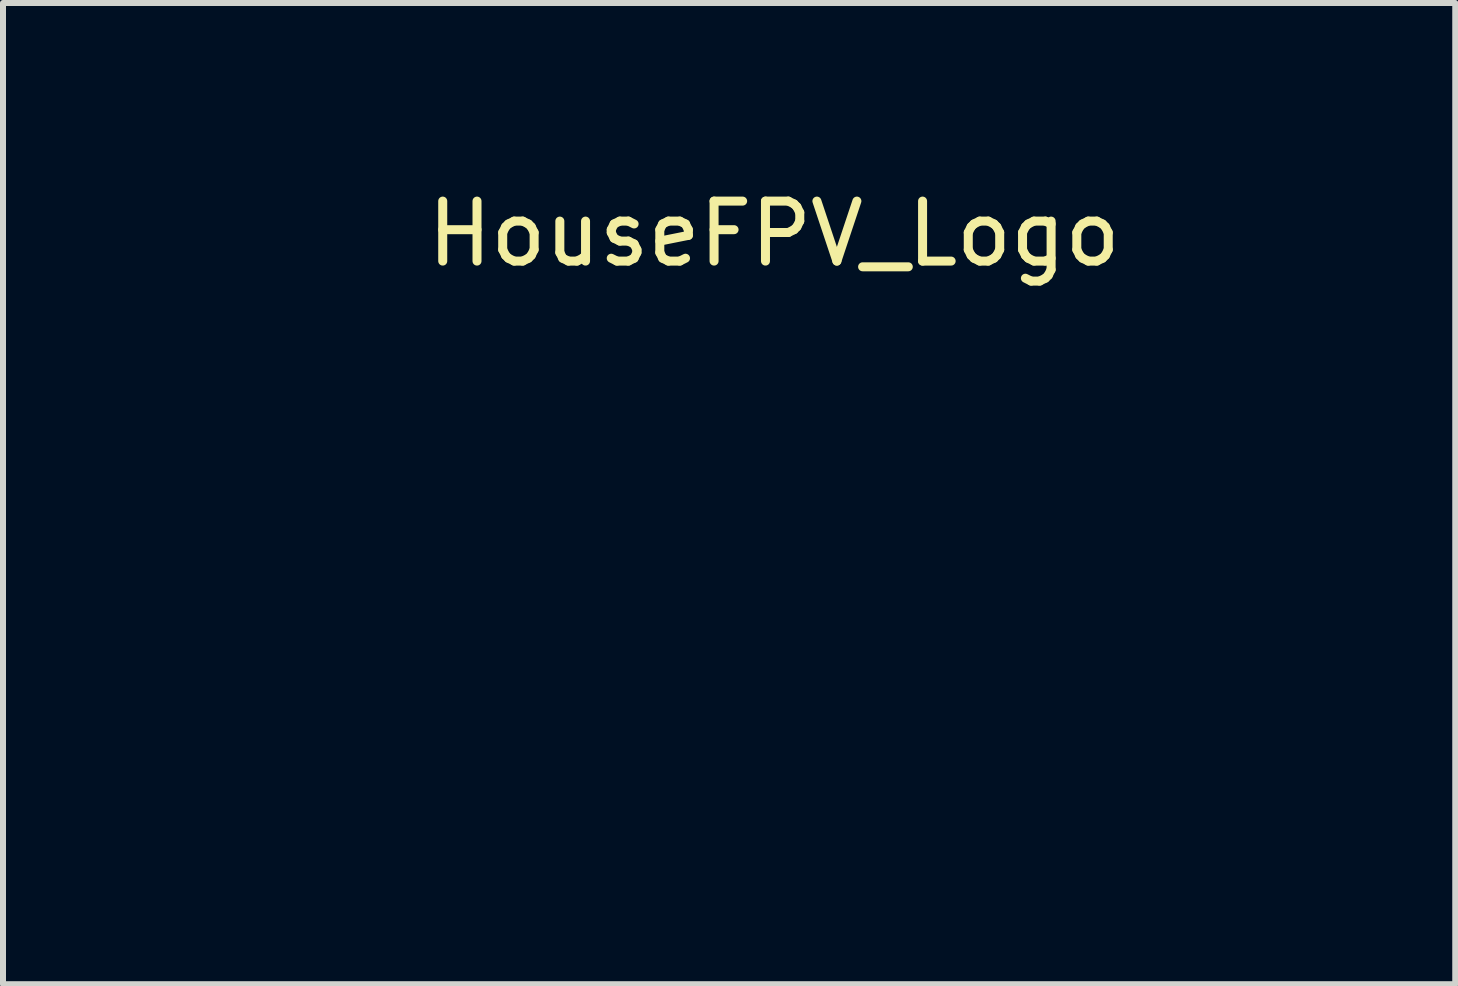
<source format=kicad_pcb>
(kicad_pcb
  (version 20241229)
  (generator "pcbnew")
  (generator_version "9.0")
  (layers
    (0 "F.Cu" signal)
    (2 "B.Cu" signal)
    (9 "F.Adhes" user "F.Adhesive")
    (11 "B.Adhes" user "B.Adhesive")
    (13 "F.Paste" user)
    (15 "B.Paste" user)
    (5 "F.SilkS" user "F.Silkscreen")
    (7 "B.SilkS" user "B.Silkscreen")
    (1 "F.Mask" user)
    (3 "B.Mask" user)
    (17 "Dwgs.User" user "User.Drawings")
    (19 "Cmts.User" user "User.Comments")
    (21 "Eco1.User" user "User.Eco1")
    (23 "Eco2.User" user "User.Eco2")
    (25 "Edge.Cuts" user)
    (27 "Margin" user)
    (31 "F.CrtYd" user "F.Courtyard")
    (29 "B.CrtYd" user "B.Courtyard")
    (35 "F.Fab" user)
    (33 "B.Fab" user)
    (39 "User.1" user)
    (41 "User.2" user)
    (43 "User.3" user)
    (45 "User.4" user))
  (footprint "HouseFPV_Logo"
    (layer "F.Cu")
    (at 9.855 0.348)
    (property "Reference" "HouseFPV_Logo" (at 0 0.5 0) (layer "F.SilkS") (effects (font (size 1 1) (thickness 0.15))))
    (attr through_hole)
    (fp_line (start -9.68 7.284) (end -9.606 7.308) (stroke (width 0.000005) (type solid)) (layer "F.SilkS"))
    (fp_line (start -9.606 7.308) (end -9.522 7.327) (stroke (width 0.000005) (type solid)) (layer "F.SilkS"))
    (fp_line (start -9.522 7.327) (end -9.435 7.341) (stroke (width 0.000005) (type solid)) (layer "F.SilkS"))
    (fp_line (start -9.435 7.341) (end -9.266 7.369) (stroke (width 0.000005) (type solid)) (layer "F.SilkS"))
    (fp_line (start -9.24 6.949) (end -8.977 6.808) (stroke (width 0.000005) (type solid)) (layer "F.SilkS"))
    (fp_line (start -9.195 6.97) (end -9.232 6.96) (stroke (width 0.000005) (type solid)) (layer "F.SilkS"))
    (fp_line (start -9.149 6.981) (end -9.195 6.97) (stroke (width 0.000005) (type solid)) (layer "F.SilkS"))
    (fp_line (start -9.093 6.994) (end -9.149 6.981) (stroke (width 0.000005) (type solid)) (layer "F.SilkS"))
    (fp_line (start -9.003 6.369) (end -9.329 6.557) (stroke (width 0.000005) (type solid)) (layer "F.SilkS"))
    (fp_line (start -8.977 6.808) (end -8.713 6.668) (stroke (width 0.000005) (type solid)) (layer "F.SilkS"))
    (fp_line (start -8.902 6.314) (end -9.003 6.369) (stroke (width 0.000005) (type solid)) (layer "F.SilkS"))
    (fp_line (start -8.804 7.531) (end -8.722 7.577) (stroke (width 0.000005) (type solid)) (layer "F.SilkS"))
    (fp_line (start -8.787 6.254) (end -8.902 6.314) (stroke (width 0.000005) (type solid)) (layer "F.SilkS"))
    (fp_line (start -8.713 6.668) (end -8.463 6.54) (stroke (width 0.000005) (type solid)) (layer "F.SilkS"))
    (fp_line (start -8.684 7.136) (end -8.9 7.05) (stroke (width 0.000005) (type solid)) (layer "F.SilkS"))
    (fp_line (start -8.648 6.182) (end -8.787 6.254) (stroke (width 0.000005) (type solid)) (layer "F.SilkS"))
    (fp_line (start -8.486 7.233) (end -8.684 7.136) (stroke (width 0.000005) (type solid)) (layer "F.SilkS"))
    (fp_line (start -8.472 6.092) (end -8.648 6.182) (stroke (width 0.000005) (type solid)) (layer "F.SilkS"))
    (fp_line (start -8.463 6.54) (end -8.305 6.461) (stroke (width 0.000005) (type solid)) (layer "F.SilkS"))
    (fp_line (start -8.395 6.053) (end -8.472 6.092) (stroke (width 0.000005) (type solid)) (layer "F.SilkS"))
    (fp_line (start -8.343 8.15) (end -8.335 8.218) (stroke (width 0.000005) (type solid)) (layer "F.SilkS"))
    (fp_line (start -8.335 8.218) (end -8.327 8.31) (stroke (width 0.000005) (type solid)) (layer "F.SilkS"))
    (fp_line (start -8.331 6.019) (end -8.395 6.053) (stroke (width 0.000005) (type solid)) (layer "F.SilkS"))
    (fp_line (start -8.327 8.31) (end -8.32 8.413) (stroke (width 0.000005) (type solid)) (layer "F.SilkS"))
    (fp_line (start -8.32 8.413) (end -8.315 8.511) (stroke (width 0.000005) (type solid)) (layer "F.SilkS"))
    (fp_line (start -8.319 7.35) (end -8.355 7.321) (stroke (width 0.000005) (type solid)) (layer "F.SilkS"))
    (fp_line (start -8.316 7.027) (end -8.319 7.35) (stroke (width 0.000005) (type solid)) (layer "F.SilkS"))
    (fp_line (start -8.315 8.511) (end -8.305 8.699) (stroke (width 0.000005) (type solid)) (layer "F.SilkS"))
    (fp_line (start -8.315 6.898) (end -8.316 7.027) (stroke (width 0.000005) (type solid)) (layer "F.SilkS"))
    (fp_line (start -8.312 6.779) (end -8.315 6.898) (stroke (width 0.000005) (type solid)) (layer "F.SilkS"))
    (fp_line (start -8.31 6.679) (end -8.312 6.779) (stroke (width 0.000005) (type solid)) (layer "F.SilkS"))
    (fp_line (start -8.308 6.636) (end -8.31 6.679) (stroke (width 0.000005) (type solid)) (layer "F.SilkS"))
    (fp_line (start -8.306 6.606) (end -8.308 6.636) (stroke (width 0.000005) (type solid)) (layer "F.SilkS"))
    (fp_line (start -8.305 6.461) (end -8.304 6.515) (stroke (width 0.000005) (type solid)) (layer "F.SilkS"))
    (fp_line (start -8.305 8.699) (end -8.289 8.853) (stroke (width 0.000005) (type solid)) (layer "F.SilkS"))
    (fp_line (start -8.304 6.573) (end -8.306 6.606) (stroke (width 0.000005) (type solid)) (layer "F.SilkS"))
    (fp_line (start -8.304 6.515) (end -8.304 6.54) (stroke (width 0.000005) (type solid)) (layer "F.SilkS"))
    (fp_line (start -8.304 6.54) (end -8.304 6.573) (stroke (width 0.000005) (type solid)) (layer "F.SilkS"))
    (fp_line (start -8.289 8.853) (end -8.267 8.974) (stroke (width 0.000005) (type solid)) (layer "F.SilkS"))
    (fp_line (start -8.273 5.989) (end -8.331 6.019) (stroke (width 0.000005) (type solid)) (layer "F.SilkS"))
    (fp_line (start -8.248 5.831) (end -8.268 5.98) (stroke (width 0.000005) (type solid)) (layer "F.SilkS"))
    (fp_line (start -8.226 5.662) (end -8.248 5.831) (stroke (width 0.000005) (type solid)) (layer "F.SilkS"))
    (fp_line (start -8.201 5.459) (end -8.226 5.662) (stroke (width 0.000005) (type solid)) (layer "F.SilkS"))
    (fp_line (start -8.095 9.173) (end -8.065 9.174) (stroke (width 0.000005) (type solid)) (layer "F.SilkS"))
    (fp_line (start -8.065 9.174) (end -8.036 9.173) (stroke (width 0.000005) (type solid)) (layer "F.SilkS"))
    (fp_line (start -8.034 4.392) (end -8.201 5.459) (stroke (width 0.000005) (type solid)) (layer "F.SilkS"))
    (fp_line (start -7.881 8.729) (end -7.88 8.661) (stroke (width 0.000005) (type solid)) (layer "F.SilkS"))
    (fp_line (start -7.88 8.661) (end -7.878 8.576) (stroke (width 0.000005) (type solid)) (layer "F.SilkS"))
    (fp_line (start -7.88 8.791) (end -7.881 8.729) (stroke (width 0.000005) (type solid)) (layer "F.SilkS"))
    (fp_line (start -7.878 8.576) (end -7.867 8.314) (stroke (width 0.000005) (type solid)) (layer "F.SilkS"))
    (fp_line (start -7.878 8.856) (end -7.88 8.791) (stroke (width 0.000005) (type solid)) (layer "F.SilkS"))
    (fp_line (start -7.874 8.925) (end -7.878 8.856) (stroke (width 0.000005) (type solid)) (layer "F.SilkS"))
    (fp_line (start -7.874 8.96) (end -7.874 8.925) (stroke (width 0.000005) (type solid)) (layer "F.SilkS"))
    (fp_line (start -7.867 8.314) (end -7.85 8.025) (stroke (width 0.000005) (type solid)) (layer "F.SilkS"))
    (fp_line (start -7.85 8.025) (end -7.828 7.736) (stroke (width 0.000005) (type solid)) (layer "F.SilkS"))
    (fp_line (start -7.828 7.736) (end -7.805 7.479) (stroke (width 0.000005) (type solid)) (layer "F.SilkS"))
    (fp_line (start -7.805 7.479) (end -7.798 7.41) (stroke (width 0.000005) (type solid)) (layer "F.SilkS"))
    (fp_line (start -7.799 3.295) (end -8.034 4.392) (stroke (width 0.000005) (type solid)) (layer "F.SilkS"))
    (fp_line (start -7.798 7.41) (end -7.787 7.287) (stroke (width 0.000005) (type solid)) (layer "F.SilkS"))
    (fp_line (start -7.787 7.287) (end -7.773 7.144) (stroke (width 0.000005) (type solid)) (layer "F.SilkS"))
    (fp_line (start -7.773 7.144) (end -7.76 6.999) (stroke (width 0.000005) (type solid)) (layer "F.SilkS"))
    (fp_line (start -7.76 6.999) (end -7.729 6.654) (stroke (width 0.000005) (type solid)) (layer "F.SilkS"))
    (fp_line (start -7.729 6.654) (end -7.703 6.388) (stroke (width 0.000005) (type solid)) (layer "F.SilkS"))
    (fp_line (start -7.703 6.388) (end -7.681 6.162) (stroke (width 0.000005) (type solid)) (layer "F.SilkS"))
    (fp_line (start -7.668 6.149) (end -7.437 6.06) (stroke (width 0.000005) (type solid)) (layer "F.SilkS"))
    (fp_line (start -7.636 5.696) (end -7.636 5.693) (stroke (width 0.000005) (type solid)) (layer "F.SilkS"))
    (fp_line (start -7.636 5.693) (end -7.635 5.689) (stroke (width 0.000005) (type solid)) (layer "F.SilkS"))
    (fp_line (start -7.635 5.689) (end -7.635 5.685) (stroke (width 0.000005) (type solid)) (layer "F.SilkS"))
    (fp_line (start -7.635 5.685) (end -7.634 5.678) (stroke (width 0.000005) (type solid)) (layer "F.SilkS"))
    (fp_line (start -7.634 5.678) (end -7.631 5.657) (stroke (width 0.000005) (type solid)) (layer "F.SilkS"))
    (fp_line (start -7.631 5.657) (end -7.628 5.633) (stroke (width 0.000005) (type solid)) (layer "F.SilkS"))
    (fp_line (start -7.628 5.633) (end -7.625 5.606) (stroke (width 0.000005) (type solid)) (layer "F.SilkS"))
    (fp_line (start -7.625 5.606) (end -7.586 5.318) (stroke (width 0.000005) (type solid)) (layer "F.SilkS"))
    (fp_line (start -7.587 5.679) (end -7.627 5.695) (stroke (width 0.000005) (type solid)) (layer "F.SilkS"))
    (fp_line (start -7.586 5.318) (end -7.522 4.911) (stroke (width 0.000005) (type solid)) (layer "F.SilkS"))
    (fp_line (start -7.542 2.339) (end -7.799 3.295) (stroke (width 0.000005) (type solid)) (layer "F.SilkS"))
    (fp_line (start -7.542 5.661) (end -7.587 5.679) (stroke (width 0.000005) (type solid)) (layer "F.SilkS"))
    (fp_line (start -7.522 4.911) (end -7.451 4.488) (stroke (width 0.000005) (type solid)) (layer "F.SilkS"))
    (fp_line (start -7.492 5.639) (end -7.542 5.661) (stroke (width 0.000005) (type solid)) (layer "F.SilkS"))
    (fp_line (start -7.451 4.488) (end -7.385 4.136) (stroke (width 0.000005) (type solid)) (layer "F.SilkS"))
    (fp_line (start -7.437 6.06) (end -7.231 5.982) (stroke (width 0.000005) (type solid)) (layer "F.SilkS"))
    (fp_line (start -7.413 5.606) (end -7.492 5.639) (stroke (width 0.000005) (type solid)) (layer "F.SilkS"))
    (fp_line (start -7.385 4.136) (end -7.373 4.075) (stroke (width 0.000005) (type solid)) (layer "F.SilkS"))
    (fp_line (start -7.373 4.075) (end -7.36 4.004) (stroke (width 0.000005) (type solid)) (layer "F.SilkS"))
    (fp_line (start -7.36 4.004) (end -7.346 3.934) (stroke (width 0.000005) (type solid)) (layer "F.SilkS"))
    (fp_line (start -7.346 3.934) (end -7.335 3.879) (stroke (width 0.000005) (type solid)) (layer "F.SilkS"))
    (fp_line (start -7.341 5.578) (end -7.413 5.606) (stroke (width 0.000005) (type solid)) (layer "F.SilkS"))
    (fp_line (start -7.335 3.879) (end -7.292 3.667) (stroke (width 0.000005) (type solid)) (layer "F.SilkS"))
    (fp_line (start -7.292 3.667) (end -7.244 3.445) (stroke (width 0.000005) (type solid)) (layer "F.SilkS"))
    (fp_line (start -7.257 5.548) (end -7.341 5.578) (stroke (width 0.000005) (type solid)) (layer "F.SilkS"))
    (fp_line (start -7.244 3.445) (end -7.182 3.181) (stroke (width 0.000005) (type solid)) (layer "F.SilkS"))
    (fp_line (start -7.231 5.982) (end -7.113 5.939) (stroke (width 0.000005) (type solid)) (layer "F.SilkS"))
    (fp_line (start -7.188 1.751) (end -7.209 1.761) (stroke (width 0.000005) (type solid)) (layer "F.SilkS"))
    (fp_line (start -7.182 3.181) (end -7.098 2.836) (stroke (width 0.000005) (type solid)) (layer "F.SilkS"))
    (fp_line (start -7.14 5.508) (end -7.257 5.548) (stroke (width 0.000005) (type solid)) (layer "F.SilkS"))
    (fp_line (start -7.128 1.744) (end -7.156 1.744) (stroke (width 0.000005) (type solid)) (layer "F.SilkS"))
    (fp_line (start -7.113 5.939) (end -6.864 5.854) (stroke (width 0.000005) (type solid)) (layer "F.SilkS"))
    (fp_line (start -7.099 1.744) (end -7.128 1.744) (stroke (width 0.000005) (type solid)) (layer "F.SilkS"))
    (fp_line (start -7.098 2.836) (end -6.997 2.419) (stroke (width 0.000005) (type solid)) (layer "F.SilkS"))
    (fp_line (start -7.047 1.76) (end -7.068 1.751) (stroke (width 0.000005) (type solid)) (layer "F.SilkS"))
    (fp_line (start -6.997 2.419) (end -6.947 2.187) (stroke (width 0.000005) (type solid)) (layer "F.SilkS"))
    (fp_line (start -6.947 2.187) (end -6.923 2.037) (stroke (width 0.000005) (type solid)) (layer "F.SilkS"))
    (fp_line (start -6.919 5.436) (end -7.14 5.508) (stroke (width 0.000005) (type solid)) (layer "F.SilkS"))
    (fp_line (start -6.864 5.854) (end -6.558 5.757) (stroke (width 0.000005) (type solid)) (layer "F.SilkS"))
    (fp_line (start -6.672 5.359) (end -6.919 5.436) (stroke (width 0.000005) (type solid)) (layer "F.SilkS"))
    (fp_line (start -6.558 5.757) (end -6.259 5.666) (stroke (width 0.000005) (type solid)) (layer "F.SilkS"))
    (fp_line (start -6.396 5.278) (end -6.672 5.359) (stroke (width 0.000005) (type solid)) (layer "F.SilkS"))
    (fp_line (start -6.259 5.666) (end -6.038 5.604) (stroke (width 0.000005) (type solid)) (layer "F.SilkS"))
    (fp_line (start -6.141 9.311) (end -6.134 9.539) (stroke (width 0.000005) (type solid)) (layer "F.SilkS"))
    (fp_line (start -6.14 8.707) (end -6.141 9.311) (stroke (width 0.000005) (type solid)) (layer "F.SilkS"))
    (fp_line (start -6.134 9.539) (end -6.117 9.727) (stroke (width 0.000005) (type solid)) (layer "F.SilkS"))
    (fp_line (start -6.133 8.09) (end -6.14 8.707) (stroke (width 0.000005) (type solid)) (layer "F.SilkS"))
    (fp_line (start -6.123 7.636) (end -6.133 8.09) (stroke (width 0.000005) (type solid)) (layer "F.SilkS"))
    (fp_line (start -6.105 7.219) (end -6.123 7.636) (stroke (width 0.000005) (type solid)) (layer "F.SilkS"))
    (fp_line (start -6.088 5.191) (end -6.396 5.278) (stroke (width 0.000005) (type solid)) (layer "F.SilkS"))
    (fp_line (start -6.08 6.812) (end -6.105 7.219) (stroke (width 0.000005) (type solid)) (layer "F.SilkS"))
    (fp_line (start -6.048 6.414) (end -6.08 6.812) (stroke (width 0.000005) (type solid)) (layer "F.SilkS"))
    (fp_line (start -6.038 5.604) (end -5.971 5.586) (stroke (width 0.000005) (type solid)) (layer "F.SilkS"))
    (fp_line (start -6.018 5.171) (end -6.088 5.191) (stroke (width 0.000005) (type solid)) (layer "F.SilkS"))
    (fp_line (start -6.008 6.021) (end -6.048 6.414) (stroke (width 0.000005) (type solid)) (layer "F.SilkS"))
    (fp_line (start -5.993 5.887) (end -6.008 6.021) (stroke (width 0.000005) (type solid)) (layer "F.SilkS"))
    (fp_line (start -5.984 5.795) (end -5.993 5.887) (stroke (width 0.000005) (type solid)) (layer "F.SilkS"))
    (fp_line (start -5.978 5.724) (end -5.984 5.795) (stroke (width 0.000005) (type solid)) (layer "F.SilkS"))
    (fp_line (start -5.974 5.66) (end -5.978 5.724) (stroke (width 0.000005) (type solid)) (layer "F.SilkS"))
    (fp_line (start -5.971 5.586) (end -5.974 5.66) (stroke (width 0.000005) (type solid)) (layer "F.SilkS"))
    (fp_line (start -5.958 5.154) (end -6.018 5.171) (stroke (width 0.000005) (type solid)) (layer "F.SilkS"))
    (fp_line (start -5.905 5.139) (end -5.958 5.154) (stroke (width 0.000005) (type solid)) (layer "F.SilkS"))
    (fp_line (start -5.885 5.039) (end -5.899 5.133) (stroke (width 0.000005) (type solid)) (layer "F.SilkS"))
    (fp_line (start -5.87 4.933) (end -5.885 5.039) (stroke (width 0.000005) (type solid)) (layer "F.SilkS"))
    (fp_line (start -5.853 4.808) (end -5.87 4.933) (stroke (width 0.000005) (type solid)) (layer "F.SilkS"))
    (fp_line (start -5.687 3.702) (end -5.853 4.808) (stroke (width 0.000005) (type solid)) (layer "F.SilkS"))
    (fp_line (start -5.66 9.218) (end -5.628 8.457) (stroke (width 0.000005) (type solid)) (layer "F.SilkS"))
    (fp_line (start -5.64 9.726) (end -5.645 9.636) (stroke (width 0.000005) (type solid)) (layer "F.SilkS"))
    (fp_line (start -5.628 8.457) (end -5.567 7.551) (stroke (width 0.000005) (type solid)) (layer "F.SilkS"))
    (fp_line (start -5.567 7.551) (end -5.48 6.586) (stroke (width 0.000005) (type solid)) (layer "F.SilkS"))
    (fp_line (start -5.522 2.806) (end -5.687 3.702) (stroke (width 0.000005) (type solid)) (layer "F.SilkS"))
    (fp_line (start -5.48 6.586) (end -5.442 6.215) (stroke (width 0.000005) (type solid)) (layer "F.SilkS"))
    (fp_line (start -5.442 6.215) (end -5.403 5.833) (stroke (width 0.000005) (type solid)) (layer "F.SilkS"))
    (fp_line (start -5.403 5.833) (end -5.363 5.446) (stroke (width 0.000005) (type solid)) (layer "F.SilkS"))
    (fp_line (start -5.349 5.437) (end -5.286 5.415) (stroke (width 0.000005) (type solid)) (layer "F.SilkS"))
    (fp_line (start -5.344 2.056) (end -5.522 2.806) (stroke (width 0.000005) (type solid)) (layer "F.SilkS"))
    (fp_line (start -5.297 4.961) (end -5.258 4.66) (stroke (width 0.000005) (type solid)) (layer "F.SilkS"))
    (fp_line (start -5.286 5.415) (end -5.226 5.394) (stroke (width 0.000005) (type solid)) (layer "F.SilkS"))
    (fp_line (start -5.277 4.979) (end -5.288 4.981) (stroke (width 0.000005) (type solid)) (layer "F.SilkS"))
    (fp_line (start -5.263 4.977) (end -5.277 4.979) (stroke (width 0.000005) (type solid)) (layer "F.SilkS"))
    (fp_line (start -5.258 4.66) (end -5.214 4.343) (stroke (width 0.000005) (type solid)) (layer "F.SilkS"))
    (fp_line (start -5.247 4.974) (end -5.263 4.977) (stroke (width 0.000005) (type solid)) (layer "F.SilkS"))
    (fp_line (start -5.226 5.394) (end -5.185 5.382) (stroke (width 0.000005) (type solid)) (layer "F.SilkS"))
    (fp_line (start -5.214 4.343) (end -5.165 4.014) (stroke (width 0.000005) (type solid)) (layer "F.SilkS"))
    (fp_line (start -5.185 5.382) (end -5.076 5.353) (stroke (width 0.000005) (type solid)) (layer "F.SilkS"))
    (fp_line (start -5.165 4.014) (end -5.069 3.432) (stroke (width 0.000005) (type solid)) (layer "F.SilkS"))
    (fp_line (start -5.144 1.399) (end -5.344 2.056) (stroke (width 0.000005) (type solid)) (layer "F.SilkS"))
    (fp_line (start -5.138 4.951) (end -5.247 4.974) (stroke (width 0.000005) (type solid)) (layer "F.SilkS"))
    (fp_line (start -5.081 1.228) (end -5.144 1.399) (stroke (width 0.000005) (type solid)) (layer "F.SilkS"))
    (fp_line (start -5.076 5.353) (end -4.868 5.303) (stroke (width 0.000005) (type solid)) (layer "F.SilkS"))
    (fp_line (start -5.069 3.432) (end -4.967 2.867) (stroke (width 0.000005) (type solid)) (layer "F.SilkS"))
    (fp_line (start -5.025 4.925) (end -5.138 4.951) (stroke (width 0.000005) (type solid)) (layer "F.SilkS"))
    (fp_line (start -4.967 2.867) (end -4.865 2.351) (stroke (width 0.000005) (type solid)) (layer "F.SilkS"))
    (fp_line (start -4.893 4.894) (end -5.025 4.925) (stroke (width 0.000005) (type solid)) (layer "F.SilkS"))
    (fp_line (start -4.889 1.009) (end -4.92 1.024) (stroke (width 0.000005) (type solid)) (layer "F.SilkS"))
    (fp_line (start -4.868 5.303) (end -4.631 5.246) (stroke (width 0.000005) (type solid)) (layer "F.SilkS"))
    (fp_line (start -4.865 2.351) (end -4.77 1.921) (stroke (width 0.000005) (type solid)) (layer "F.SilkS"))
    (fp_line (start -4.82 0.999) (end -4.853 1) (stroke (width 0.000005) (type solid)) (layer "F.SilkS"))
    (fp_line (start -4.807 5.967) (end -4.845 6.318) (stroke (width 0.000005) (type solid)) (layer "F.SilkS"))
    (fp_line (start -4.794 0.999) (end -4.82 0.999) (stroke (width 0.000005) (type solid)) (layer "F.SilkS"))
    (fp_line (start -4.77 1.921) (end -4.67 1.486) (stroke (width 0.000005) (type solid)) (layer "F.SilkS"))
    (fp_line (start -4.739 5.621) (end -4.807 5.967) (stroke (width 0.000005) (type solid)) (layer "F.SilkS"))
    (fp_line (start -4.726 4.853) (end -4.893 4.894) (stroke (width 0.000005) (type solid)) (layer "F.SilkS"))
    (fp_line (start -4.637 5.287) (end -4.646 5.31) (stroke (width 0.000005) (type solid)) (layer "F.SilkS"))
    (fp_line (start -4.63 5.267) (end -4.637 5.287) (stroke (width 0.000005) (type solid)) (layer "F.SilkS"))
    (fp_line (start -4.624 5.249) (end -4.63 5.267) (stroke (width 0.000005) (type solid)) (layer "F.SilkS"))
    (fp_line (start -4.618 4.827) (end -4.726 4.853) (stroke (width 0.000005) (type solid)) (layer "F.SilkS"))
    (fp_line (start -4.522 4.804) (end -4.618 4.827) (stroke (width 0.000005) (type solid)) (layer "F.SilkS"))
    (fp_line (start -4.44 4.784) (end -4.522 4.804) (stroke (width 0.000005) (type solid)) (layer "F.SilkS"))
    (fp_line (start -4.417 4.778) (end -4.44 4.784) (stroke (width 0.000005) (type solid)) (layer "F.SilkS"))
    (fp_line (start -4.384 4.77) (end -4.417 4.778) (stroke (width 0.000005) (type solid)) (layer "F.SilkS"))
    (fp_line (start -4.349 4.72) (end -4.384 4.77) (stroke (width 0.000005) (type solid)) (layer "F.SilkS"))
    (fp_line (start -4.252 6.877) (end -4.239 6.612) (stroke (width 0.000005) (type solid)) (layer "F.SilkS"))
    (fp_line (start -4.239 6.612) (end -4.202 6.318) (stroke (width 0.000005) (type solid)) (layer "F.SilkS"))
    (fp_line (start -4.202 6.318) (end -4.145 6.016) (stroke (width 0.000005) (type solid)) (layer "F.SilkS"))
    (fp_line (start -4.145 6.016) (end -4.049 5.648) (stroke (width 0.000005) (type solid)) (layer "F.SilkS"))
    (fp_line (start -3.604 4.76) (end -3.542 4.701) (stroke (width 0.000005) (type solid)) (layer "F.SilkS"))
    (fp_line (start -3.393 4.603) (end -3.353 4.59) (stroke (width 0.000005) (type solid)) (layer "F.SilkS"))
    (fp_line (start -3.353 4.59) (end -3.315 4.579) (stroke (width 0.000005) (type solid)) (layer "F.SilkS"))
    (fp_line (start -3.291 4.576) (end -3.278 4.577) (stroke (width 0.000005) (type solid)) (layer "F.SilkS"))
    (fp_line (start -3.262 4.649) (end -3.27 4.666) (stroke (width 0.000005) (type solid)) (layer "F.SilkS"))
    (fp_line (start -3.258 4.592) (end -3.254 4.599) (stroke (width 0.000005) (type solid)) (layer "F.SilkS"))
    (fp_line (start -3.254 4.634) (end -3.262 4.649) (stroke (width 0.000005) (type solid)) (layer "F.SilkS"))
    (fp_line (start -3.254 4.599) (end -3.251 4.606) (stroke (width 0.000005) (type solid)) (layer "F.SilkS"))
    (fp_line (start -3.251 4.606) (end -3.248 4.612) (stroke (width 0.000005) (type solid)) (layer "F.SilkS"))
    (fp_line (start -3.249 4.621) (end -3.254 4.634) (stroke (width 0.000005) (type solid)) (layer "F.SilkS"))
    (fp_line (start -3.192 5.668) (end -3.147 5.748) (stroke (width 0.000005) (type solid)) (layer "F.SilkS"))
    (fp_line (start -3.147 5.748) (end -3.092 5.832) (stroke (width 0.000005) (type solid)) (layer "F.SilkS"))
    (fp_line (start -3.092 5.832) (end -3.037 5.906) (stroke (width 0.000005) (type solid)) (layer "F.SilkS"))
    (fp_line (start -2.998 6.092) (end -3.102 6.527) (stroke (width 0.000005) (type solid)) (layer "F.SilkS"))
    (fp_line (start -2.99 6.052) (end -2.998 6.092) (stroke (width 0.000005) (type solid)) (layer "F.SilkS"))
    (fp_line (start -2.984 6.017) (end -2.99 6.052) (stroke (width 0.000005) (type solid)) (layer "F.SilkS"))
    (fp_line (start -2.978 5.987) (end -2.984 6.017) (stroke (width 0.000005) (type solid)) (layer "F.SilkS"))
    (fp_line (start -2.873 8.694) (end -2.873 8.927) (stroke (width 0.000005) (type solid)) (layer "F.SilkS"))
    (fp_line (start -2.873 8.927) (end -2.871 9.005) (stroke (width 0.000005) (type solid)) (layer "F.SilkS"))
    (fp_line (start -2.873 8.462) (end -2.873 8.694) (stroke (width 0.000005) (type solid)) (layer "F.SilkS"))
    (fp_line (start -2.871 8.382) (end -2.873 8.462) (stroke (width 0.000005) (type solid)) (layer "F.SilkS"))
    (fp_line (start -2.871 9.005) (end -2.869 9.047) (stroke (width 0.000005) (type solid)) (layer "F.SilkS"))
    (fp_line (start -2.869 8.34) (end -2.871 8.382) (stroke (width 0.000005) (type solid)) (layer "F.SilkS"))
    (fp_line (start -2.789 4.558) (end -2.795 4.536) (stroke (width 0.000005) (type solid)) (layer "F.SilkS"))
    (fp_line (start -2.78 4.584) (end -2.789 4.558) (stroke (width 0.000005) (type solid)) (layer "F.SilkS"))
    (fp_line (start -2.776 6.558) (end -2.708 6.18) (stroke (width 0.000005) (type solid)) (layer "F.SilkS"))
    (fp_line (start -2.77 4.61) (end -2.78 4.584) (stroke (width 0.000005) (type solid)) (layer "F.SilkS"))
    (fp_line (start -2.761 4.631) (end -2.77 4.61) (stroke (width 0.000005) (type solid)) (layer "F.SilkS"))
    (fp_line (start -2.708 6.18) (end -2.702 6.137) (stroke (width 0.000005) (type solid)) (layer "F.SilkS"))
    (fp_line (start -2.705 8.263) (end -2.791 8.265) (stroke (width 0.000005) (type solid)) (layer "F.SilkS"))
    (fp_line (start -2.702 6.137) (end -2.676 6.144) (stroke (width 0.000005) (type solid)) (layer "F.SilkS"))
    (fp_line (start -2.687 4.902) (end -2.705 4.801) (stroke (width 0.000005) (type solid)) (layer "F.SilkS"))
    (fp_line (start -2.681 9.027) (end -2.678 8.941) (stroke (width 0.000005) (type solid)) (layer "F.SilkS"))
    (fp_line (start -2.678 8.461) (end -2.387 8.461) (stroke (width 0.000005) (type solid)) (layer "F.SilkS"))
    (fp_line (start -2.678 8.941) (end -2.675 8.824) (stroke (width 0.000005) (type solid)) (layer "F.SilkS"))
    (fp_line (start -2.677 8.542) (end -2.678 8.461) (stroke (width 0.000005) (type solid)) (layer "F.SilkS"))
    (fp_line (start -2.675 8.624) (end -2.677 8.542) (stroke (width 0.000005) (type solid)) (layer "F.SilkS"))
    (fp_line (start -2.675 8.824) (end -2.37 8.821) (stroke (width 0.000005) (type solid)) (layer "F.SilkS"))
    (fp_line (start -2.673 5.031) (end -2.687 4.902) (stroke (width 0.000005) (type solid)) (layer "F.SilkS"))
    (fp_line (start -2.668 5.111) (end -2.673 5.031) (stroke (width 0.000005) (type solid)) (layer "F.SilkS"))
    (fp_line (start -2.663 5.223) (end -2.668 5.111) (stroke (width 0.000005) (type solid)) (layer "F.SilkS"))
    (fp_line (start -2.659 5.34) (end -2.663 5.223) (stroke (width 0.000005) (type solid)) (layer "F.SilkS"))
    (fp_line (start -2.658 5.436) (end -2.659 5.34) (stroke (width 0.000005) (type solid)) (layer "F.SilkS"))
    (fp_line (start -2.658 5.539) (end -2.658 5.436) (stroke (width 0.000005) (type solid)) (layer "F.SilkS"))
    (fp_line (start -2.625 5.587) (end -2.658 5.539) (stroke (width 0.000005) (type solid)) (layer "F.SilkS"))
    (fp_line (start -2.592 8.263) (end -2.705 8.263) (stroke (width 0.000005) (type solid)) (layer "F.SilkS"))
    (fp_line (start -2.429 8.263) (end -2.592 8.263) (stroke (width 0.000005) (type solid)) (layer "F.SilkS"))
    (fp_line (start -2.4 5.734) (end -2.413 5.737) (stroke (width 0.000005) (type solid)) (layer "F.SilkS"))
    (fp_line (start -2.387 8.461) (end -2.256 8.461) (stroke (width 0.000005) (type solid)) (layer "F.SilkS"))
    (fp_line (start -2.37 8.626) (end -2.675 8.624) (stroke (width 0.000005) (type solid)) (layer "F.SilkS"))
    (fp_line (start -2.37 8.821) (end -2.226 8.82) (stroke (width 0.000005) (type solid)) (layer "F.SilkS"))
    (fp_line (start -2.256 8.461) (end -2.163 8.46) (stroke (width 0.000005) (type solid)) (layer "F.SilkS"))
    (fp_line (start -2.226 8.628) (end -2.37 8.626) (stroke (width 0.000005) (type solid)) (layer "F.SilkS"))
    (fp_line (start -2.226 8.82) (end -2.133 8.818) (stroke (width 0.000005) (type solid)) (layer "F.SilkS"))
    (fp_line (start -2.163 8.46) (end -2.093 8.458) (stroke (width 0.000005) (type solid)) (layer "F.SilkS"))
    (fp_line (start -2.133 8.629) (end -2.226 8.628) (stroke (width 0.000005) (type solid)) (layer "F.SilkS"))
    (fp_line (start -2.133 8.818) (end -2.066 8.816) (stroke (width 0.000005) (type solid)) (layer "F.SilkS"))
    (fp_line (start -2.126 6.522) (end -2.125 6.616) (stroke (width 0.000005) (type solid)) (layer "F.SilkS"))
    (fp_line (start -2.125 6.616) (end -2.119 6.697) (stroke (width 0.000005) (type solid)) (layer "F.SilkS"))
    (fp_line (start -2.124 6.422) (end -2.126 6.522) (stroke (width 0.000005) (type solid)) (layer "F.SilkS"))
    (fp_line (start -2.116 5.887) (end -2.099 5.866) (stroke (width 0.000005) (type solid)) (layer "F.SilkS"))
    (fp_line (start -2.116 6.291) (end -2.124 6.422) (stroke (width 0.000005) (type solid)) (layer "F.SilkS"))
    (fp_line (start -2.103 6.138) (end -2.116 6.291) (stroke (width 0.000005) (type solid)) (layer "F.SilkS"))
    (fp_line (start -2.099 5.866) (end -2.084 5.848) (stroke (width 0.000005) (type solid)) (layer "F.SilkS"))
    (fp_line (start -2.088 5.987) (end -2.103 6.138) (stroke (width 0.000005) (type solid)) (layer "F.SilkS"))
    (fp_line (start -2.084 5.848) (end -2.071 5.832) (stroke (width 0.000005) (type solid)) (layer "F.SilkS"))
    (fp_line (start -2.073 5.864) (end -2.088 5.987) (stroke (width 0.000005) (type solid)) (layer "F.SilkS"))
    (fp_line (start -2.072 5.852) (end -2.073 5.864) (stroke (width 0.000005) (type solid)) (layer "F.SilkS"))
    (fp_line (start -2.071 5.842) (end -2.072 5.852) (stroke (width 0.000005) (type solid)) (layer "F.SilkS"))
    (fp_line (start -2.07 5.834) (end -2.071 5.842) (stroke (width 0.000005) (type solid)) (layer "F.SilkS"))
    (fp_line (start -2.069 8.264) (end -2.429 8.263) (stroke (width 0.000005) (type solid)) (layer "F.SilkS"))
    (fp_line (start -2.066 8.631) (end -2.133 8.629) (stroke (width 0.000005) (type solid)) (layer "F.SilkS"))
    (fp_line (start -2.047 8.279) (end -2.069 8.264) (stroke (width 0.000005) (type solid)) (layer "F.SilkS"))
    (fp_line (start -2.044 6.931) (end -2.009 6.988) (stroke (width 0.000005) (type solid)) (layer "F.SilkS"))
    (fp_line (start -2.006 8.753) (end -2.004 8.743) (stroke (width 0.000005) (type solid)) (layer "F.SilkS"))
    (fp_line (start -2.004 8.704) (end -2.006 8.695) (stroke (width 0.000005) (type solid)) (layer "F.SilkS"))
    (fp_line (start -2.004 8.743) (end -2.003 8.733) (stroke (width 0.000005) (type solid)) (layer "F.SilkS"))
    (fp_line (start -2.003 8.714) (end -2.004 8.704) (stroke (width 0.000005) (type solid)) (layer "F.SilkS"))
    (fp_line (start -2.003 8.733) (end -2.003 8.724) (stroke (width 0.000005) (type solid)) (layer "F.SilkS"))
    (fp_line (start -2.003 8.724) (end -2.003 8.714) (stroke (width 0.000005) (type solid)) (layer "F.SilkS"))
    (fp_line (start -1.982 5.241) (end -2.022 5.32) (stroke (width 0.000005) (type solid)) (layer "F.SilkS"))
    (fp_line (start -1.975 7.034) (end -1.927 7.088) (stroke (width 0.000005) (type solid)) (layer "F.SilkS"))
    (fp_line (start -1.952 5.07) (end -1.982 5.241) (stroke (width 0.000005) (type solid)) (layer "F.SilkS"))
    (fp_line (start -1.927 7.088) (end -1.875 7.138) (stroke (width 0.000005) (type solid)) (layer "F.SilkS"))
    (fp_line (start -1.879 4.671) (end -1.952 5.07) (stroke (width 0.000005) (type solid)) (layer "F.SilkS"))
    (fp_line (start -1.801 4.283) (end -1.879 4.671) (stroke (width 0.000005) (type solid)) (layer "F.SilkS"))
    (fp_line (start -1.728 3.951) (end -1.801 4.283) (stroke (width 0.000005) (type solid)) (layer "F.SilkS"))
    (fp_line (start -1.665 3.739) (end -1.679 3.781) (stroke (width 0.000005) (type solid)) (layer "F.SilkS"))
    (fp_line (start -1.633 3.737) (end -1.665 3.739) (stroke (width 0.000005) (type solid)) (layer "F.SilkS"))
    (fp_line (start -1.578 6.792) (end -1.577 6.713) (stroke (width 0.000005) (type solid)) (layer "F.SilkS"))
    (fp_line (start -1.577 6.868) (end -1.578 6.792) (stroke (width 0.000005) (type solid)) (layer "F.SilkS"))
    (fp_line (start -1.577 6.713) (end -1.573 6.651) (stroke (width 0.000005) (type solid)) (layer "F.SilkS"))
    (fp_line (start -1.573 6.651) (end -1.552 6.47) (stroke (width 0.000005) (type solid)) (layer "F.SilkS"))
    (fp_line (start -1.552 6.47) (end -1.519 6.263) (stroke (width 0.000005) (type solid)) (layer "F.SilkS"))
    (fp_line (start -1.519 6.263) (end -1.467 5.981) (stroke (width 0.000005) (type solid)) (layer "F.SilkS"))
    (fp_line (start -1.467 5.981) (end -1.381 5.541) (stroke (width 0.000005) (type solid)) (layer "F.SilkS"))
    (fp_line (start -1.381 5.541) (end -1.345 5.363) (stroke (width 0.000005) (type solid)) (layer "F.SilkS"))
    (fp_line (start -1.345 5.363) (end -1.311 5.188) (stroke (width 0.000005) (type solid)) (layer "F.SilkS"))
    (fp_line (start -1.311 5.188) (end -1.282 5.038) (stroke (width 0.000005) (type solid)) (layer "F.SilkS"))
    (fp_line (start -1.282 5.038) (end -1.266 4.954) (stroke (width 0.000005) (type solid)) (layer "F.SilkS"))
    (fp_line (start -1.266 4.954) (end -1.216 4.655) (stroke (width 0.000005) (type solid)) (layer "F.SilkS"))
    (fp_line (start -1.216 4.655) (end -1.188 4.422) (stroke (width 0.000005) (type solid)) (layer "F.SilkS"))
    (fp_line (start -1.214 4.051) (end -1.232 4.015) (stroke (width 0.000005) (type solid)) (layer "F.SilkS"))
    (fp_line (start -1.199 4.087) (end -1.214 4.051) (stroke (width 0.000005) (type solid)) (layer "F.SilkS"))
    (fp_line (start -1.188 4.422) (end -1.178 4.242) (stroke (width 0.000005) (type solid)) (layer "F.SilkS"))
    (fp_line (start -0.95 6.299) (end -1.13 6.624) (stroke (width 0.000005) (type solid)) (layer "F.SilkS"))
    (fp_line (start -0.948 8.343) (end -0.948 8.688) (stroke (width 0.000005) (type solid)) (layer "F.SilkS"))
    (fp_line (start -0.948 8.688) (end -0.947 8.84) (stroke (width 0.000005) (type solid)) (layer "F.SilkS"))
    (fp_line (start -0.947 8.84) (end -0.946 8.95) (stroke (width 0.000005) (type solid)) (layer "F.SilkS"))
    (fp_line (start -0.946 8.95) (end -0.945 9.036) (stroke (width 0.000005) (type solid)) (layer "F.SilkS"))
    (fp_line (start -0.935 8.318) (end -0.948 8.343) (stroke (width 0.000005) (type solid)) (layer "F.SilkS"))
    (fp_line (start -0.801 5.989) (end -0.95 6.299) (stroke (width 0.000005) (type solid)) (layer "F.SilkS"))
    (fp_line (start -0.768 8.263) (end -0.863 8.265) (stroke (width 0.000005) (type solid)) (layer "F.SilkS"))
    (fp_line (start -0.751 9.04) (end -0.749 9.01) (stroke (width 0.000005) (type solid)) (layer "F.SilkS"))
    (fp_line (start -0.749 9.01) (end -0.748 8.973) (stroke (width 0.000005) (type solid)) (layer "F.SilkS"))
    (fp_line (start -0.748 8.973) (end -0.748 8.932) (stroke (width 0.000005) (type solid)) (layer "F.SilkS"))
    (fp_line (start -0.748 8.932) (end -0.748 8.831) (stroke (width 0.000005) (type solid)) (layer "F.SilkS"))
    (fp_line (start -0.748 8.461) (end -0.475 8.461) (stroke (width 0.000005) (type solid)) (layer "F.SilkS"))
    (fp_line (start -0.748 8.549) (end -0.748 8.461) (stroke (width 0.000005) (type solid)) (layer "F.SilkS"))
    (fp_line (start -0.748 8.636) (end -0.748 8.549) (stroke (width 0.000005) (type solid)) (layer "F.SilkS"))
    (fp_line (start -0.748 8.831) (end -0.466 8.831) (stroke (width 0.000005) (type solid)) (layer "F.SilkS"))
    (fp_line (start -0.679 6.704) (end -0.635 6.635) (stroke (width 0.000005) (type solid)) (layer "F.SilkS"))
    (fp_line (start -0.658 8.262) (end -0.768 8.263) (stroke (width 0.000005) (type solid)) (layer "F.SilkS"))
    (fp_line (start -0.656 5.654) (end -0.801 5.989) (stroke (width 0.000005) (type solid)) (layer "F.SilkS"))
    (fp_line (start -0.635 6.635) (end -0.596 6.572) (stroke (width 0.000005) (type solid)) (layer "F.SilkS"))
    (fp_line (start -0.596 6.572) (end -0.559 6.508) (stroke (width 0.000005) (type solid)) (layer "F.SilkS"))
    (fp_line (start -0.559 6.508) (end -0.522 6.439) (stroke (width 0.000005) (type solid)) (layer "F.SilkS"))
    (fp_line (start -0.53 8.262) (end -0.658 8.262) (stroke (width 0.000005) (type solid)) (layer "F.SilkS"))
    (fp_line (start -0.522 6.439) (end -0.484 6.364) (stroke (width 0.000005) (type solid)) (layer "F.SilkS"))
    (fp_line (start -0.511 5.279) (end -0.656 5.654) (stroke (width 0.000005) (type solid)) (layer "F.SilkS"))
    (fp_line (start -0.484 6.364) (end -0.478 6.387) (stroke (width 0.000005) (type solid)) (layer "F.SilkS"))
    (fp_line (start -0.478 6.387) (end -0.475 6.398) (stroke (width 0.000005) (type solid)) (layer "F.SilkS"))
    (fp_line (start -0.475 8.461) (end -0.333 8.461) (stroke (width 0.000005) (type solid)) (layer "F.SilkS"))
    (fp_line (start -0.475 6.398) (end -0.47 6.415) (stroke (width 0.000005) (type solid)) (layer "F.SilkS"))
    (fp_line (start -0.474 8.635) (end -0.748 8.636) (stroke (width 0.000005) (type solid)) (layer "F.SilkS"))
    (fp_line (start -0.47 6.415) (end -0.465 6.435) (stroke (width 0.000005) (type solid)) (layer "F.SilkS"))
    (fp_line (start -0.466 8.831) (end -0.26 8.831) (stroke (width 0.000005) (type solid)) (layer "F.SilkS"))
    (fp_line (start -0.465 6.435) (end -0.46 6.454) (stroke (width 0.000005) (type solid)) (layer "F.SilkS"))
    (fp_line (start -0.357 4.849) (end -0.511 5.279) (stroke (width 0.000005) (type solid)) (layer "F.SilkS"))
    (fp_line (start -0.353 8.262) (end -0.53 8.262) (stroke (width 0.000005) (type solid)) (layer "F.SilkS"))
    (fp_line (start -0.334 4.781) (end -0.357 4.849) (stroke (width 0.000005) (type solid)) (layer "F.SilkS"))
    (fp_line (start -0.333 8.461) (end -0.254 8.463) (stroke (width 0.000005) (type solid)) (layer "F.SilkS"))
    (fp_line (start -0.317 4.723) (end -0.334 4.781) (stroke (width 0.000005) (type solid)) (layer "F.SilkS"))
    (fp_line (start -0.305 8.634) (end -0.474 8.635) (stroke (width 0.000005) (type solid)) (layer "F.SilkS"))
    (fp_line (start -0.301 4.667) (end -0.317 4.723) (stroke (width 0.000005) (type solid)) (layer "F.SilkS"))
    (fp_line (start -0.287 4.606) (end -0.301 4.667) (stroke (width 0.000005) (type solid)) (layer "F.SilkS"))
    (fp_line (start -0.26 8.831) (end -0.186 8.827) (stroke (width 0.000005) (type solid)) (layer "F.SilkS"))
    (fp_line (start -0.257 8.263) (end -0.353 8.262) (stroke (width 0.000005) (type solid)) (layer "F.SilkS"))
    (fp_line (start -0.254 8.463) (end -0.203 8.464) (stroke (width 0.000005) (type solid)) (layer "F.SilkS"))
    (fp_line (start -0.238 8.632) (end -0.305 8.634) (stroke (width 0.000005) (type solid)) (layer "F.SilkS"))
    (fp_line (start -0.204 4.265) (end -0.287 4.606) (stroke (width 0.000005) (type solid)) (layer "F.SilkS"))
    (fp_line (start -0.201 8.63) (end -0.238 8.632) (stroke (width 0.000005) (type solid)) (layer "F.SilkS"))
    (fp_line (start -0.196 8.265) (end -0.257 8.263) (stroke (width 0.000005) (type solid)) (layer "F.SilkS"))
    (fp_line (start -0.115 3.953) (end -0.204 4.265) (stroke (width 0.000005) (type solid)) (layer "F.SilkS"))
    (fp_line (start -0.029 3.697) (end -0.115 3.953) (stroke (width 0.000005) (type solid)) (layer "F.SilkS"))
    (fp_line (start 0.108 6.023) (end 0.112 5.901) (stroke (width 0.000005) (type solid)) (layer "F.SilkS"))
    (fp_line (start 0.109 6.164) (end 0.108 6.023) (stroke (width 0.000005) (type solid)) (layer "F.SilkS"))
    (fp_line (start 0.112 6.297) (end 0.109 6.164) (stroke (width 0.000005) (type solid)) (layer "F.SilkS"))
    (fp_line (start 0.112 5.901) (end 0.121 5.776) (stroke (width 0.000005) (type solid)) (layer "F.SilkS"))
    (fp_line (start 0.117 6.387) (end 0.112 6.297) (stroke (width 0.000005) (type solid)) (layer "F.SilkS"))
    (fp_line (start 0.121 5.776) (end 0.135 5.629) (stroke (width 0.000005) (type solid)) (layer "F.SilkS"))
    (fp_line (start 0.127 6.468) (end 0.117 6.387) (stroke (width 0.000005) (type solid)) (layer "F.SilkS"))
    (fp_line (start 0.13 7.035) (end 0.163 7.042) (stroke (width 0.000005) (type solid)) (layer "F.SilkS"))
    (fp_line (start 0.135 5.629) (end 0.166 5.384) (stroke (width 0.000005) (type solid)) (layer "F.SilkS"))
    (fp_line (start 0.145 6.564) (end 0.127 6.468) (stroke (width 0.000005) (type solid)) (layer "F.SilkS"))
    (fp_line (start 0.159 6.631) (end 0.145 6.564) (stroke (width 0.000005) (type solid)) (layer "F.SilkS"))
    (fp_line (start 0.166 5.384) (end 0.207 5.128) (stroke (width 0.000005) (type solid)) (layer "F.SilkS"))
    (fp_line (start 0.167 6.664) (end 0.159 6.631) (stroke (width 0.000005) (type solid)) (layer "F.SilkS"))
    (fp_line (start 0.189 7.046) (end 0.219 7.048) (stroke (width 0.000005) (type solid)) (layer "F.SilkS"))
    (fp_line (start 0.207 5.128) (end 0.264 4.822) (stroke (width 0.000005) (type solid)) (layer "F.SilkS"))
    (fp_line (start 0.208 6.7) (end 0.197 6.704) (stroke (width 0.000005) (type solid)) (layer "F.SilkS"))
    (fp_line (start 0.219 7.048) (end 0.265 7.048) (stroke (width 0.000005) (type solid)) (layer "F.SilkS"))
    (fp_line (start 0.264 4.822) (end 0.347 4.416) (stroke (width 0.000005) (type solid)) (layer "F.SilkS"))
    (fp_line (start 0.265 7.048) (end 0.316 7.048) (stroke (width 0.000005) (type solid)) (layer "F.SilkS"))
    (fp_line (start 0.347 4.416) (end 0.406 4.131) (stroke (width 0.000005) (type solid)) (layer "F.SilkS"))
    (fp_line (start 0.406 4.131) (end 0.432 3.994) (stroke (width 0.000005) (type solid)) (layer "F.SilkS"))
    (fp_line (start 0.407 6.349) (end 0.273 6.638) (stroke (width 0.000005) (type solid)) (layer "F.SilkS"))
    (fp_line (start 0.432 3.994) (end 0.444 3.908) (stroke (width 0.000005) (type solid)) (layer "F.SilkS"))
    (fp_line (start 0.446 3.842) (end 0.445 3.815) (stroke (width 0.000005) (type solid)) (layer "F.SilkS"))
    (fp_line (start 0.521 6.871) (end 0.727 6.412) (stroke (width 0.000005) (type solid)) (layer "F.SilkS"))
    (fp_line (start 0.572 5.955) (end 0.407 6.349) (stroke (width 0.000005) (type solid)) (layer "F.SilkS"))
    (fp_line (start 0.727 6.412) (end 0.964 5.771) (stroke (width 0.000005) (type solid)) (layer "F.SilkS"))
    (fp_line (start 0.781 5.411) (end 0.572 5.955) (stroke (width 0.000005) (type solid)) (layer "F.SilkS"))
    (fp_line (start 0.874 5.157) (end 0.781 5.411) (stroke (width 0.000005) (type solid)) (layer "F.SilkS"))
    (fp_line (start 0.964 5.771) (end 1.235 4.912) (stroke (width 0.000005) (type solid)) (layer "F.SilkS"))
    (fp_line (start 0.988 3.916) (end 0.988 4.006) (stroke (width 0.000005) (type solid)) (layer "F.SilkS"))
    (fp_line (start 0.993 3.826) (end 0.988 3.916) (stroke (width 0.000005) (type solid)) (layer "F.SilkS"))
    (fp_line (start 0.993 4.83) (end 0.874 5.157) (stroke (width 0.000005) (type solid)) (layer "F.SilkS"))
    (fp_line (start 0.994 4.078) (end 1.009 4.161) (stroke (width 0.000005) (type solid)) (layer "F.SilkS"))
    (fp_line (start 1.009 4.161) (end 1.031 4.243) (stroke (width 0.000005) (type solid)) (layer "F.SilkS"))
    (fp_line (start 1.031 4.243) (end 1.059 4.323) (stroke (width 0.000005) (type solid)) (layer "F.SilkS"))
    (fp_line (start 1.059 4.323) (end 1.095 4.404) (stroke (width 0.000005) (type solid)) (layer "F.SilkS"))
    (fp_line (start 1.09 6.54) (end 1.175 6.591) (stroke (width 0.000005) (type solid)) (layer "F.SilkS"))
    (fp_line (start 1.095 4.404) (end 1.106 4.425) (stroke (width 0.000005) (type solid)) (layer "F.SilkS"))
    (fp_line (start 1.097 8.402) (end 1.165 8.503) (stroke (width 0.000005) (type solid)) (layer "F.SilkS"))
    (fp_line (start 1.106 4.425) (end 1.114 4.444) (stroke (width 0.000005) (type solid)) (layer "F.SilkS"))
    (fp_line (start 1.114 4.444) (end 1.122 4.46) (stroke (width 0.000005) (type solid)) (layer "F.SilkS"))
    (fp_line (start 1.12 4.478) (end 0.993 4.83) (stroke (width 0.000005) (type solid)) (layer "F.SilkS"))
    (fp_line (start 1.165 8.503) (end 1.245 8.617) (stroke (width 0.000005) (type solid)) (layer "F.SilkS"))
    (fp_line (start 1.235 4.912) (end 1.289 4.73) (stroke (width 0.000005) (type solid)) (layer "F.SilkS"))
    (fp_line (start 1.245 8.617) (end 1.337 8.751) (stroke (width 0.000005) (type solid)) (layer "F.SilkS"))
    (fp_line (start 1.257 3.279) (end 1.212 3.327) (stroke (width 0.000005) (type solid)) (layer "F.SilkS"))
    (fp_line (start 1.289 4.73) (end 1.302 4.746) (stroke (width 0.000005) (type solid)) (layer "F.SilkS"))
    (fp_line (start 1.29 8.341) (end 1.247 8.283) (stroke (width 0.000005) (type solid)) (layer "F.SilkS"))
    (fp_line (start 1.302 4.746) (end 1.335 4.792) (stroke (width 0.000005) (type solid)) (layer "F.SilkS"))
    (fp_line (start 1.305 3.233) (end 1.257 3.279) (stroke (width 0.000005) (type solid)) (layer "F.SilkS"))
    (fp_line (start 1.335 4.792) (end 1.41 4.901) (stroke (width 0.000005) (type solid)) (layer "F.SilkS"))
    (fp_line (start 1.337 8.751) (end 1.507 8.993) (stroke (width 0.000005) (type solid)) (layer "F.SilkS"))
    (fp_line (start 1.342 3.2) (end 1.305 3.233) (stroke (width 0.000005) (type solid)) (layer "F.SilkS"))
    (fp_line (start 1.351 8.426) (end 1.29 8.341) (stroke (width 0.000005) (type solid)) (layer "F.SilkS"))
    (fp_line (start 1.41 4.901) (end 1.484 5.01) (stroke (width 0.000005) (type solid)) (layer "F.SilkS"))
    (fp_line (start 1.448 8.564) (end 1.351 8.426) (stroke (width 0.000005) (type solid)) (layer "F.SilkS"))
    (fp_line (start 1.484 5.01) (end 1.526 5.074) (stroke (width 0.000005) (type solid)) (layer "F.SilkS"))
    (fp_line (start 1.507 8.993) (end 1.563 9.068) (stroke (width 0.000005) (type solid)) (layer "F.SilkS"))
    (fp_line (start 1.526 5.074) (end 1.592 5.188) (stroke (width 0.000005) (type solid)) (layer "F.SilkS"))
    (fp_line (start 1.578 8.75) (end 1.448 8.564) (stroke (width 0.000005) (type solid)) (layer "F.SilkS"))
    (fp_line (start 1.592 5.188) (end 1.646 5.302) (stroke (width 0.000005) (type solid)) (layer "F.SilkS"))
    (fp_line (start 1.62 8.808) (end 1.578 8.75) (stroke (width 0.000005) (type solid)) (layer "F.SilkS"))
    (fp_line (start 1.66 8.827) (end 1.654 8.835) (stroke (width 0.000005) (type solid)) (layer "F.SilkS"))
    (fp_line (start 1.709 8.756) (end 1.66 8.827) (stroke (width 0.000005) (type solid)) (layer "F.SilkS"))
    (fp_line (start 1.721 5.577) (end 1.726 5.669) (stroke (width 0.000005) (type solid)) (layer "F.SilkS"))
    (fp_line (start 1.726 5.669) (end 1.727 5.762) (stroke (width 0.000005) (type solid)) (layer "F.SilkS"))
    (fp_line (start 1.746 9.052) (end 1.961 8.742) (stroke (width 0.000005) (type solid)) (layer "F.SilkS"))
    (fp_line (start 1.766 8.676) (end 1.709 8.756) (stroke (width 0.000005) (type solid)) (layer "F.SilkS"))
    (fp_line (start 1.793 4.566) (end 1.712 4.393) (stroke (width 0.000005) (type solid)) (layer "F.SilkS"))
    (fp_line (start 1.831 8.582) (end 1.766 8.676) (stroke (width 0.000005) (type solid)) (layer "F.SilkS"))
    (fp_line (start 1.86 6.708) (end 1.949 6.685) (stroke (width 0.000005) (type solid)) (layer "F.SilkS"))
    (fp_line (start 1.9 2.946) (end 1.842 2.958) (stroke (width 0.000005) (type solid)) (layer "F.SilkS"))
    (fp_line (start 1.91 4.781) (end 1.793 4.566) (stroke (width 0.000005) (type solid)) (layer "F.SilkS"))
    (fp_line (start 1.949 6.685) (end 2.035 6.655) (stroke (width 0.000005) (type solid)) (layer "F.SilkS"))
    (fp_line (start 1.961 8.742) (end 2.179 8.426) (stroke (width 0.000005) (type solid)) (layer "F.SilkS"))
    (fp_line (start 1.975 8.373) (end 1.831 8.582) (stroke (width 0.000005) (type solid)) (layer "F.SilkS"))
    (fp_line (start 2.016 8.317) (end 1.975 8.373) (stroke (width 0.000005) (type solid)) (layer "F.SilkS"))
    (fp_line (start 2.09 5.086) (end 1.91 4.781) (stroke (width 0.000005) (type solid)) (layer "F.SilkS"))
    (fp_line (start 2.144 4.125) (end 2.146 4.21) (stroke (width 0.000005) (type solid)) (layer "F.SilkS"))
    (fp_line (start 2.145 4.025) (end 2.144 4.125) (stroke (width 0.000005) (type solid)) (layer "F.SilkS"))
    (fp_line (start 2.149 3.921) (end 2.145 4.025) (stroke (width 0.000005) (type solid)) (layer "F.SilkS"))
    (fp_line (start 2.155 4.255) (end 2.159 4.264) (stroke (width 0.000005) (type solid)) (layer "F.SilkS"))
    (fp_line (start 2.156 3.76) (end 2.149 3.921) (stroke (width 0.000005) (type solid)) (layer "F.SilkS"))
    (fp_line (start 2.159 4.264) (end 2.164 4.273) (stroke (width 0.000005) (type solid)) (layer "F.SilkS"))
    (fp_line (start 2.218 6.555) (end 2.254 6.524) (stroke (width 0.000005) (type solid)) (layer "F.SilkS"))
    (fp_line (start 2.249 5.355) (end 2.09 5.086) (stroke (width 0.000005) (type solid)) (layer "F.SilkS"))
    (fp_line (start 2.254 6.524) (end 2.305 6.478) (stroke (width 0.000005) (type solid)) (layer "F.SilkS"))
    (fp_line (start 2.305 6.478) (end 2.386 6.399) (stroke (width 0.000005) (type solid)) (layer "F.SilkS"))
    (fp_line (start 2.341 5.525) (end 2.249 5.355) (stroke (width 0.000005) (type solid)) (layer "F.SilkS"))
    (fp_line (start 2.431 5.767) (end 2.428 5.755) (stroke (width 0.000005) (type solid)) (layer "F.SilkS"))
    (fp_line (start 2.433 5.777) (end 2.431 5.767) (stroke (width 0.000005) (type solid)) (layer "F.SilkS"))
    (fp_line (start 2.436 5.785) (end 2.433 5.777) (stroke (width 0.000005) (type solid)) (layer "F.SilkS"))
    (fp_line (start 2.482 4.383) (end 2.508 4.383) (stroke (width 0.000005) (type solid)) (layer "F.SilkS"))
    (fp_line (start 2.498 5.699) (end 2.443 5.783) (stroke (width 0.000005) (type solid)) (layer "F.SilkS"))
    (fp_line (start 2.55 5.619) (end 2.498 5.699) (stroke (width 0.000005) (type solid)) (layer "F.SilkS"))
    (fp_line (start 2.591 5.551) (end 2.55 5.619) (stroke (width 0.000005) (type solid)) (layer "F.SilkS"))
    (fp_line (start 2.721 5.316) (end 2.591 5.551) (stroke (width 0.000005) (type solid)) (layer "F.SilkS"))
    (fp_line (start 2.852 5.05) (end 2.721 5.316) (stroke (width 0.000005) (type solid)) (layer "F.SilkS"))
    (fp_line (start 2.924 5.617) (end 3.09 5.254) (stroke (width 0.000005) (type solid)) (layer "F.SilkS"))
    (fp_line (start 2.98 4.76) (end 2.852 5.05) (stroke (width 0.000005) (type solid)) (layer "F.SilkS"))
    (fp_line (start 3.09 5.254) (end 3.103 5.226) (stroke (width 0.000005) (type solid)) (layer "F.SilkS"))
    (fp_line (start 3.101 4.456) (end 2.98 4.76) (stroke (width 0.000005) (type solid)) (layer "F.SilkS"))
    (fp_line (start 3.103 5.226) (end 3.113 5.203) (stroke (width 0.000005) (type solid)) (layer "F.SilkS"))
    (fp_line (start 3.113 5.203) (end 3.122 5.186) (stroke (width 0.000005) (type solid)) (layer "F.SilkS"))
    (fp_line (start 3.118 4.409) (end 3.101 4.456) (stroke (width 0.000005) (type solid)) (layer "F.SilkS"))
    (fp_line (start 3.124 5.186) (end 3.125 5.192) (stroke (width 0.000005) (type solid)) (layer "F.SilkS"))
    (fp_line (start 3.125 5.192) (end 3.13 5.215) (stroke (width 0.000005) (type solid)) (layer "F.SilkS"))
    (fp_line (start 3.13 5.215) (end 3.135 5.243) (stroke (width 0.000005) (type solid)) (layer "F.SilkS"))
    (fp_line (start 3.13 4.372) (end 3.118 4.409) (stroke (width 0.000005) (type solid)) (layer "F.SilkS"))
    (fp_line (start 3.135 5.243) (end 3.141 5.274) (stroke (width 0.000005) (type solid)) (layer "F.SilkS"))
    (fp_line (start 3.138 4.34) (end 3.13 4.372) (stroke (width 0.000005) (type solid)) (layer "F.SilkS"))
    (fp_line (start 3.144 4.309) (end 3.138 4.34) (stroke (width 0.000005) (type solid)) (layer "F.SilkS"))
    (fp_line (start 3.196 4.048) (end 3.144 4.309) (stroke (width 0.000005) (type solid)) (layer "F.SilkS"))
    (fp_line (start 3.27 3.783) (end 3.196 4.048) (stroke (width 0.000005) (type solid)) (layer "F.SilkS"))
    (fp_line (start 3.363 3.523) (end 3.27 3.783) (stroke (width 0.000005) (type solid)) (layer "F.SilkS"))
    (fp_line (start 3.472 3.279) (end 3.363 3.523) (stroke (width 0.000005) (type solid)) (layer "F.SilkS"))
    (fp_line (start 3.74 4.536) (end 3.741 4.525) (stroke (width 0.000005) (type solid)) (layer "F.SilkS"))
    (fp_line (start 3.741 4.525) (end 3.744 4.499) (stroke (width 0.000005) (type solid)) (layer "F.SilkS"))
    (fp_line (start 3.744 4.499) (end 3.748 4.467) (stroke (width 0.000005) (type solid)) (layer "F.SilkS"))
    (fp_line (start 3.748 4.467) (end 3.752 4.434) (stroke (width 0.000005) (type solid)) (layer "F.SilkS"))
    (fp_line (start 3.779 5.181) (end 3.957 5.002) (stroke (width 0.000005) (type solid)) (layer "F.SilkS"))
    (fp_line (start 3.793 4.498) (end 3.757 4.534) (stroke (width 0.000005) (type solid)) (layer "F.SilkS"))
    (fp_line (start 3.797 5.227) (end 3.779 5.181) (stroke (width 0.000005) (type solid)) (layer "F.SilkS"))
    (fp_line (start 3.957 5.002) (end 4.123 4.832) (stroke (width 0.000005) (type solid)) (layer "F.SilkS"))
    (fp_line (start 3.971 4.309) (end 3.793 4.498) (stroke (width 0.000005) (type solid)) (layer "F.SilkS"))
    (fp_line (start 4.123 4.832) (end 4.262 4.68) (stroke (width 0.000005) (type solid)) (layer "F.SilkS"))
    (fp_line (start 4.135 4.106) (end 3.971 4.309) (stroke (width 0.000005) (type solid)) (layer "F.SilkS"))
    (fp_line (start 4.262 4.68) (end 4.386 4.533) (stroke (width 0.000005) (type solid)) (layer "F.SilkS"))
    (fp_line (start 4.276 3.903) (end 4.135 4.106) (stroke (width 0.000005) (type solid)) (layer "F.SilkS"))
    (fp_line (start 4.377 6.068) (end 4.433 6.054) (stroke (width 0.000005) (type solid)) (layer "F.SilkS"))
    (fp_line (start 4.386 4.533) (end 4.508 4.378) (stroke (width 0.000005) (type solid)) (layer "F.SilkS"))
    (fp_line (start 4.433 6.054) (end 4.483 6.038) (stroke (width 0.000005) (type solid)) (layer "F.SilkS"))
    (fp_line (start 4.455 3.555) (end 4.385 3.711) (stroke (width 0.000005) (type solid)) (layer "F.SilkS"))
    (fp_line (start 4.48 2.389) (end 4.409 2.39) (stroke (width 0.000005) (type solid)) (layer "F.SilkS"))
    (fp_line (start 4.483 6.038) (end 4.534 6.017) (stroke (width 0.000005) (type solid)) (layer "F.SilkS"))
    (fp_line (start 4.525 3.058) (end 4.531 3.137) (stroke (width 0.000005) (type solid)) (layer "F.SilkS"))
    (fp_line (start 4.534 6.017) (end 4.595 5.989) (stroke (width 0.000005) (type solid)) (layer "F.SilkS"))
    (fp_line (start 4.551 2.391) (end 4.48 2.389) (stroke (width 0.000005) (type solid)) (layer "F.SilkS"))
    (fp_line (start 4.647 2.415) (end 4.592 2.398) (stroke (width 0.000005) (type solid)) (layer "F.SilkS"))
    (fp_line (start 5.126 5.555) (end 5.309 5.329) (stroke (width 0.000005) (type solid)) (layer "F.SilkS"))
    (fp_line (start 5.388 2.007) (end 5.384 2.057) (stroke (width 0.000005) (type solid)) (layer "F.SilkS"))
    (fp_line (start 5.431 1.879) (end 5.409 1.926) (stroke (width 0.000005) (type solid)) (layer "F.SilkS"))
    (fp_line (start 5.445 1.853) (end 5.431 1.879) (stroke (width 0.000005) (type solid)) (layer "F.SilkS"))
    (fp_line (start 5.504 1.783) (end 5.477 1.812) (stroke (width 0.000005) (type solid)) (layer "F.SilkS"))
    (fp_line (start 5.533 1.756) (end 5.504 1.783) (stroke (width 0.000005) (type solid)) (layer "F.SilkS"))
    (fp_line (start 5.6 1.71) (end 5.574 1.724) (stroke (width 0.000005) (type solid)) (layer "F.SilkS"))
    (fp_line (start 5.628 4.841) (end 5.948 4.231) (stroke (width 0.000005) (type solid)) (layer "F.SilkS"))
    (fp_line (start 5.652 1.686) (end 5.6 1.71) (stroke (width 0.000005) (type solid)) (layer "F.SilkS"))
    (fp_line (start 5.797 1.664) (end 5.737 1.666) (stroke (width 0.000005) (type solid)) (layer "F.SilkS"))
    (fp_line (start 5.857 1.666) (end 5.797 1.664) (stroke (width 0.000005) (type solid)) (layer "F.SilkS"))
    (fp_line (start 5.948 4.231) (end 6.261 3.519) (stroke (width 0.000005) (type solid)) (layer "F.SilkS"))
    (fp_line (start 5.96 2.003) (end 5.968 2.021) (stroke (width 0.000005) (type solid)) (layer "F.SilkS"))
    (fp_line (start 5.968 2.131) (end 5.961 2.149) (stroke (width 0.000005) (type solid)) (layer "F.SilkS"))
    (fp_line (start 5.974 2.052) (end 5.975 2.076) (stroke (width 0.000005) (type solid)) (layer "F.SilkS"))
    (fp_line (start 5.975 2.076) (end 5.974 2.1) (stroke (width 0.000005) (type solid)) (layer "F.SilkS"))
    (fp_line (start 5.994 1.71) (end 5.942 1.686) (stroke (width 0.000005) (type solid)) (layer "F.SilkS"))
    (fp_line (start 6.02 0.566) (end 6.022 0.617) (stroke (width 0.000005) (type solid)) (layer "F.SilkS"))
    (fp_line (start 6.021 0.528) (end 6.02 0.566) (stroke (width 0.000005) (type solid)) (layer "F.SilkS"))
    (fp_line (start 6.034 0.455) (end 6.027 0.481) (stroke (width 0.000005) (type solid)) (layer "F.SilkS"))
    (fp_line (start 6.039 0.699) (end 6.057 0.744) (stroke (width 0.000005) (type solid)) (layer "F.SilkS"))
    (fp_line (start 6.055 3.399) (end 5.658 4.282) (stroke (width 0.000005) (type solid)) (layer "F.SilkS"))
    (fp_line (start 6.154 1.861) (end 6.135 1.834) (stroke (width 0.000005) (type solid)) (layer "F.SilkS"))
    (fp_line (start 6.154 3.152) (end 6.055 3.399) (stroke (width 0.000005) (type solid)) (layer "F.SilkS"))
    (fp_line (start 6.182 1.845) (end 6.154 1.861) (stroke (width 0.000005) (type solid)) (layer "F.SilkS"))
    (fp_line (start 6.21 1.994) (end 6.282 1.974) (stroke (width 0.000005) (type solid)) (layer "F.SilkS"))
    (fp_line (start 6.211 2.057) (end 6.21 1.994) (stroke (width 0.000005) (type solid)) (layer "F.SilkS"))
    (fp_line (start 6.251 1.807) (end 6.182 1.845) (stroke (width 0.000005) (type solid)) (layer "F.SilkS"))
    (fp_line (start 6.261 3.519) (end 6.558 2.72) (stroke (width 0.000005) (type solid)) (layer "F.SilkS"))
    (fp_line (start 6.264 2.868) (end 6.154 3.152) (stroke (width 0.000005) (type solid)) (layer "F.SilkS"))
    (fp_line (start 6.282 1.974) (end 6.314 1.964) (stroke (width 0.000005) (type solid)) (layer "F.SilkS"))
    (fp_line (start 6.304 2.518) (end 6.335 2.533) (stroke (width 0.000005) (type solid)) (layer "F.SilkS"))
    (fp_line (start 6.314 1.964) (end 6.35 1.953) (stroke (width 0.000005) (type solid)) (layer "F.SilkS"))
    (fp_line (start 6.335 2.533) (end 6.35 2.54) (stroke (width 0.000005) (type solid)) (layer "F.SilkS"))
    (fp_line (start 6.343 1.758) (end 6.251 1.807) (stroke (width 0.000005) (type solid)) (layer "F.SilkS"))
    (fp_line (start 6.35 2.54) (end 6.363 2.547) (stroke (width 0.000005) (type solid)) (layer "F.SilkS"))
    (fp_line (start 6.35 1.953) (end 6.385 1.943) (stroke (width 0.000005) (type solid)) (layer "F.SilkS"))
    (fp_line (start 6.354 2.248) (end 6.275 2.467) (stroke (width 0.000005) (type solid)) (layer "F.SilkS"))
    (fp_line (start 6.363 2.547) (end 6.374 2.553) (stroke (width 0.000005) (type solid)) (layer "F.SilkS"))
    (fp_line (start 6.376 2.575) (end 6.264 2.868) (stroke (width 0.000005) (type solid)) (layer "F.SilkS"))
    (fp_line (start 6.385 1.943) (end 6.412 1.934) (stroke (width 0.000005) (type solid)) (layer "F.SilkS"))
    (fp_line (start 6.412 1.934) (end 6.434 1.927) (stroke (width 0.000005) (type solid)) (layer "F.SilkS"))
    (fp_line (start 6.426 2.051) (end 6.354 2.248) (stroke (width 0.000005) (type solid)) (layer "F.SilkS"))
    (fp_line (start 6.434 1.927) (end 6.453 1.922) (stroke (width 0.000005) (type solid)) (layer "F.SilkS"))
    (fp_line (start 6.434 1.711) (end 6.343 1.758) (stroke (width 0.000005) (type solid)) (layer "F.SilkS"))
    (fp_line (start 6.453 1.922) (end 6.47 1.917) (stroke (width 0.000005) (type solid)) (layer "F.SilkS"))
    (fp_line (start 6.472 1.93) (end 6.426 2.051) (stroke (width 0.000005) (type solid)) (layer "F.SilkS"))
    (fp_line (start 6.474 0.983) (end 6.489 0.981) (stroke (width 0.000005) (type solid)) (layer "F.SilkS"))
    (fp_line (start 6.489 0.981) (end 6.502 0.98) (stroke (width 0.000005) (type solid)) (layer "F.SilkS"))
    (fp_line (start 6.499 1.679) (end 6.434 1.711) (stroke (width 0.000005) (type solid)) (layer "F.SilkS"))
    (fp_line (start 6.502 0.98) (end 6.513 0.98) (stroke (width 0.000005) (type solid)) (layer "F.SilkS"))
    (fp_line (start 6.516 0.983) (end 6.522 1.004) (stroke (width 0.000005) (type solid)) (layer "F.SilkS"))
    (fp_line (start 6.522 1.004) (end 6.529 1.028) (stroke (width 0.000005) (type solid)) (layer "F.SilkS"))
    (fp_line (start 6.529 1.028) (end 6.537 1.056) (stroke (width 0.000005) (type solid)) (layer "F.SilkS"))
    (fp_line (start 6.537 1.056) (end 6.548 1.094) (stroke (width 0.000005) (type solid)) (layer "F.SilkS"))
    (fp_line (start 6.548 1.094) (end 6.566 1.152) (stroke (width 0.000005) (type solid)) (layer "F.SilkS"))
    (fp_line (start 6.558 2.72) (end 6.568 2.69) (stroke (width 0.000005) (type solid)) (layer "F.SilkS"))
    (fp_line (start 6.566 1.152) (end 6.587 1.217) (stroke (width 0.000005) (type solid)) (layer "F.SilkS"))
    (fp_line (start 6.568 2.69) (end 6.579 2.664) (stroke (width 0.000005) (type solid)) (layer "F.SilkS"))
    (fp_line (start 6.579 2.664) (end 6.588 2.643) (stroke (width 0.000005) (type solid)) (layer "F.SilkS"))
    (fp_line (start 6.58 1.64) (end 6.499 1.679) (stroke (width 0.000005) (type solid)) (layer "F.SilkS"))
    (fp_line (start 6.587 1.217) (end 6.608 1.28) (stroke (width 0.000005) (type solid)) (layer "F.SilkS"))
    (fp_line (start 6.595 2.642) (end 6.606 2.646) (stroke (width 0.000005) (type solid)) (layer "F.SilkS"))
    (fp_line (start 6.606 2.646) (end 6.62 2.65) (stroke (width 0.000005) (type solid)) (layer "F.SilkS"))
    (fp_line (start 6.608 1.28) (end 6.659 1.431) (stroke (width 0.000005) (type solid)) (layer "F.SilkS"))
    (fp_line (start 6.609 0.54) (end 6.61 0.569) (stroke (width 0.000005) (type solid)) (layer "F.SilkS"))
    (fp_line (start 6.62 1.536) (end 6.58 1.64) (stroke (width 0.000005) (type solid)) (layer "F.SilkS"))
    (fp_line (start 6.62 2.65) (end 6.635 2.656) (stroke (width 0.000005) (type solid)) (layer "F.SilkS"))
    (fp_line (start 6.635 2.656) (end 6.65 2.662) (stroke (width 0.000005) (type solid)) (layer "F.SilkS"))
    (fp_line (start 6.65 2.662) (end 6.663 2.666) (stroke (width 0.000005) (type solid)) (layer "F.SilkS"))
    (fp_line (start 6.659 1.431) (end 6.62 1.536) (stroke (width 0.000005) (type solid)) (layer "F.SilkS"))
    (fp_line (start 6.661 0.919) (end 6.666 0.915) (stroke (width 0.000005) (type solid)) (layer "F.SilkS"))
    (fp_line (start 6.663 2.666) (end 6.674 2.669) (stroke (width 0.000005) (type solid)) (layer "F.SilkS"))
    (fp_line (start 6.664 0.951) (end 6.653 0.931) (stroke (width 0.000005) (type solid)) (layer "F.SilkS"))
    (fp_line (start 6.673 0.91) (end 6.685 0.901) (stroke (width 0.000005) (type solid)) (layer "F.SilkS"))
    (fp_line (start 6.676 0.975) (end 6.664 0.951) (stroke (width 0.000005) (type solid)) (layer "F.SilkS"))
    (fp_line (start 6.679 2.665) (end 6.802 2.404) (stroke (width 0.000005) (type solid)) (layer "F.SilkS"))
    (fp_line (start 6.685 0.901) (end 6.698 0.89) (stroke (width 0.000005) (type solid)) (layer "F.SilkS"))
    (fp_line (start 6.692 1.003) (end 6.676 0.975) (stroke (width 0.000005) (type solid)) (layer "F.SilkS"))
    (fp_line (start 6.698 0.89) (end 6.711 0.879) (stroke (width 0.000005) (type solid)) (layer "F.SilkS"))
    (fp_line (start 6.708 1.032) (end 6.692 1.003) (stroke (width 0.000005) (type solid)) (layer "F.SilkS"))
    (fp_line (start 6.725 1.063) (end 6.708 1.032) (stroke (width 0.000005) (type solid)) (layer "F.SilkS"))
    (fp_line (start 6.74 1.09) (end 6.725 1.063) (stroke (width 0.000005) (type solid)) (layer "F.SilkS"))
    (fp_line (start 6.75 1.108) (end 6.74 1.09) (stroke (width 0.000005) (type solid)) (layer "F.SilkS"))
    (fp_line (start 6.761 1.128) (end 6.75 1.108) (stroke (width 0.000005) (type solid)) (layer "F.SilkS"))
    (fp_line (start 6.776 1.126) (end 6.773 1.133) (stroke (width 0.000005) (type solid)) (layer "F.SilkS"))
    (fp_line (start 6.802 2.404) (end 6.918 2.161) (stroke (width 0.000005) (type solid)) (layer "F.SilkS"))
    (fp_line (start 6.805 1.049) (end 6.776 1.126) (stroke (width 0.000005) (type solid)) (layer "F.SilkS"))
    (fp_line (start 6.838 0.962) (end 6.805 1.049) (stroke (width 0.000005) (type solid)) (layer "F.SilkS"))
    (fp_line (start 6.877 0.861) (end 6.838 0.962) (stroke (width 0.000005) (type solid)) (layer "F.SilkS"))
    (fp_line (start 6.918 2.161) (end 6.938 2.116) (stroke (width 0.000005) (type solid)) (layer "F.SilkS"))
    (fp_line (start 6.938 2.116) (end 6.948 2.094) (stroke (width 0.000005) (type solid)) (layer "F.SilkS"))
    (fp_line (start 6.942 0.691) (end 6.877 0.861) (stroke (width 0.000005) (type solid)) (layer "F.SilkS"))
    (fp_line (start 6.948 2.094) (end 6.984 2.164) (stroke (width 0.000005) (type solid)) (layer "F.SilkS"))
    (fp_line (start 6.967 0.631) (end 6.942 0.691) (stroke (width 0.000005) (type solid)) (layer "F.SilkS"))
    (fp_line (start 6.984 2.164) (end 7 2.195) (stroke (width 0.000005) (type solid)) (layer "F.SilkS"))
    (fp_line (start 7 2.195) (end 7.02 2.23) (stroke (width 0.000005) (type solid)) (layer "F.SilkS"))
    (fp_line (start 7.02 2.23) (end 7.038 2.265) (stroke (width 0.000005) (type solid)) (layer "F.SilkS"))
    (fp_line (start 7.026 2.404) (end 7.013 2.417) (stroke (width 0.000005) (type solid)) (layer "F.SilkS"))
    (fp_line (start 7.038 2.265) (end 7.054 2.292) (stroke (width 0.000005) (type solid)) (layer "F.SilkS"))
    (fp_line (start 7.041 2.391) (end 7.026 2.404) (stroke (width 0.000005) (type solid)) (layer "F.SilkS"))
    (fp_line (start 7.054 2.292) (end 7.067 2.315) (stroke (width 0.000005) (type solid)) (layer "F.SilkS"))
    (fp_line (start 7.055 2.38) (end 7.041 2.391) (stroke (width 0.000005) (type solid)) (layer "F.SilkS"))
    (fp_line (start 7.067 2.315) (end 7.077 2.335) (stroke (width 0.000005) (type solid)) (layer "F.SilkS"))
    (fp_line (start 7.072 1.833) (end 7.117 1.738) (stroke (width 0.000005) (type solid)) (layer "F.SilkS"))
    (fp_line (start 7.074 2.367) (end 7.065 2.372) (stroke (width 0.000005) (type solid)) (layer "F.SilkS"))
    (fp_line (start 7.077 2.335) (end 7.087 2.352) (stroke (width 0.000005) (type solid)) (layer "F.SilkS"))
    (fp_line (start 7.081 2.362) (end 7.074 2.367) (stroke (width 0.000005) (type solid)) (layer "F.SilkS"))
    (fp_line (start 7.086 2.357) (end 7.081 2.362) (stroke (width 0.000005) (type solid)) (layer "F.SilkS"))
    (fp_line (start 7.09 1.883) (end 7.072 1.833) (stroke (width 0.000005) (type solid)) (layer "F.SilkS"))
    (fp_line (start 7.117 1.738) (end 7.161 1.644) (stroke (width 0.000005) (type solid)) (layer "F.SilkS"))
    (fp_line (start 7.125 1.983) (end 7.09 1.883) (stroke (width 0.000005) (type solid)) (layer "F.SilkS"))
    (fp_line (start 7.141 2.641) (end 7.148 2.627) (stroke (width 0.000005) (type solid)) (layer "F.SilkS"))
    (fp_line (start 7.148 2.627) (end 7.156 2.613) (stroke (width 0.000005) (type solid)) (layer "F.SilkS"))
    (fp_line (start 7.156 2.613) (end 7.164 2.6) (stroke (width 0.000005) (type solid)) (layer "F.SilkS"))
    (fp_line (start 7.161 1.644) (end 7.308 1.569) (stroke (width 0.000005) (type solid)) (layer "F.SilkS"))
    (fp_line (start 7.162 2.097) (end 7.125 1.983) (stroke (width 0.000005) (type solid)) (layer "F.SilkS"))
    (fp_line (start 7.195 2.203) (end 7.162 2.097) (stroke (width 0.000005) (type solid)) (layer "F.SilkS"))
    (fp_line (start 7.217 2.279) (end 7.195 2.203) (stroke (width 0.000005) (type solid)) (layer "F.SilkS"))
    (fp_line (start 7.222 2.299) (end 7.217 2.279) (stroke (width 0.000005) (type solid)) (layer "F.SilkS"))
    (fp_line (start 7.231 0.601) (end 7.109 0.552) (stroke (width 0.000005) (type solid)) (layer "F.SilkS"))
    (fp_line (start 7.296 2.299) (end 7.222 2.299) (stroke (width 0.000005) (type solid)) (layer "F.SilkS"))
    (fp_line (start 7.298 1.354) (end 7.301 1.348) (stroke (width 0.000005) (type solid)) (layer "F.SilkS"))
    (fp_line (start 7.301 1.348) (end 7.309 1.332) (stroke (width 0.000005) (type solid)) (layer "F.SilkS"))
    (fp_line (start 7.305 2.889) (end 7.276 2.888) (stroke (width 0.000005) (type solid)) (layer "F.SilkS"))
    (fp_line (start 7.305 1.354) (end 7.3 1.356) (stroke (width 0.000005) (type solid)) (layer "F.SilkS"))
    (fp_line (start 7.308 1.569) (end 7.369 1.537) (stroke (width 0.000005) (type solid)) (layer "F.SilkS"))
    (fp_line (start 7.309 1.332) (end 7.391 1.157) (stroke (width 0.000005) (type solid)) (layer "F.SilkS"))
    (fp_line (start 7.321 1.349) (end 7.305 1.354) (stroke (width 0.000005) (type solid)) (layer "F.SilkS"))
    (fp_line (start 7.334 2.888) (end 7.305 2.889) (stroke (width 0.000005) (type solid)) (layer "F.SilkS"))
    (fp_line (start 7.352 2.3) (end 7.296 2.299) (stroke (width 0.000005) (type solid)) (layer "F.SilkS"))
    (fp_line (start 7.352 0.652) (end 7.231 0.601) (stroke (width 0.000005) (type solid)) (layer "F.SilkS"))
    (fp_line (start 7.369 1.537) (end 7.43 1.505) (stroke (width 0.000005) (type solid)) (layer "F.SilkS"))
    (fp_line (start 7.391 1.157) (end 7.465 0.998) (stroke (width 0.000005) (type solid)) (layer "F.SilkS"))
    (fp_line (start 7.395 1.326) (end 7.321 1.349) (stroke (width 0.000005) (type solid)) (layer "F.SilkS"))
    (fp_line (start 7.43 1.505) (end 7.485 1.476) (stroke (width 0.000005) (type solid)) (layer "F.SilkS"))
    (fp_line (start 7.443 0.694) (end 7.352 0.652) (stroke (width 0.000005) (type solid)) (layer "F.SilkS"))
    (fp_line (start 7.445 3.103) (end 7.49 3.084) (stroke (width 0.000005) (type solid)) (layer "F.SilkS"))
    (fp_line (start 7.465 0.998) (end 7.508 0.904) (stroke (width 0.000005) (type solid)) (layer "F.SilkS"))
    (fp_line (start 7.465 1.305) (end 7.395 1.326) (stroke (width 0.000005) (type solid)) (layer "F.SilkS"))
    (fp_line (start 7.473 2.775) (end 7.465 2.793) (stroke (width 0.000005) (type solid)) (layer "F.SilkS"))
    (fp_line (start 7.479 2.685) (end 7.48 2.714) (stroke (width 0.000005) (type solid)) (layer "F.SilkS"))
    (fp_line (start 7.48 2.714) (end 7.479 2.743) (stroke (width 0.000005) (type solid)) (layer "F.SilkS"))
    (fp_line (start 7.485 1.476) (end 7.519 1.457) (stroke (width 0.000005) (type solid)) (layer "F.SilkS"))
    (fp_line (start 7.49 3.084) (end 7.532 3.061) (stroke (width 0.000005) (type solid)) (layer "F.SilkS"))
    (fp_line (start 7.504 1.294) (end 7.465 1.305) (stroke (width 0.000005) (type solid)) (layer "F.SilkS"))
    (fp_line (start 7.508 0.904) (end 7.524 0.868) (stroke (width 0.000005) (type solid)) (layer "F.SilkS"))
    (fp_line (start 7.519 1.457) (end 7.544 1.443) (stroke (width 0.000005) (type solid)) (layer "F.SilkS"))
    (fp_line (start 7.527 1.202) (end 7.527 1.222) (stroke (width 0.000005) (type solid)) (layer "F.SilkS"))
    (fp_line (start 7.527 1.222) (end 7.528 1.242) (stroke (width 0.000005) (type solid)) (layer "F.SilkS"))
    (fp_line (start 7.528 1.242) (end 7.529 1.259) (stroke (width 0.000005) (type solid)) (layer "F.SilkS"))
    (fp_line (start 7.53 1.269) (end 7.533 1.286) (stroke (width 0.000005) (type solid)) (layer "F.SilkS"))
    (fp_line (start 7.533 1.286) (end 7.504 1.294) (stroke (width 0.000005) (type solid)) (layer "F.SilkS"))
    (fp_line (start 7.544 1.443) (end 7.565 1.432) (stroke (width 0.000005) (type solid)) (layer "F.SilkS"))
    (fp_line (start 7.565 1.432) (end 7.583 1.422) (stroke (width 0.000005) (type solid)) (layer "F.SilkS"))
    (fp_line (start 7.605 2.427) (end 7.575 2.398) (stroke (width 0.000005) (type solid)) (layer "F.SilkS"))
    (fp_line (start 7.841 0.802) (end 7.812 0.81) (stroke (width 0.000005) (type solid)) (layer "F.SilkS"))
    (fp_line (start 7.887 1.377) (end 7.869 1.369) (stroke (width 0.000005) (type solid)) (layer "F.SilkS"))
    (fp_line (start 7.928 0.792) (end 7.888 0.794) (stroke (width 0.000005) (type solid)) (layer "F.SilkS"))
    (fp_line (start 7.942 1.383) (end 7.918 1.383) (stroke (width 0.000005) (type solid)) (layer "F.SilkS"))
    (fp_line (start 7.966 0.792) (end 7.928 0.792) (stroke (width 0.000005) (type solid)) (layer "F.SilkS"))
    (fp_line (start 7.966 1.383) (end 7.942 1.383) (stroke (width 0.000005) (type solid)) (layer "F.SilkS"))
    (fp_line (start 7.991 0.792) (end 7.966 0.792) (stroke (width 0.000005) (type solid)) (layer "F.SilkS"))
    (fp_line (start 8.038 0.801) (end 8.013 0.795) (stroke (width 0.000005) (type solid)) (layer "F.SilkS"))
    (fp_line (start 8.105 1.133) (end 8.113 1.151) (stroke (width 0.000005) (type solid)) (layer "F.SilkS"))
    (fp_line (start 8.112 1.262) (end 8.103 1.282) (stroke (width 0.000005) (type solid)) (layer "F.SilkS"))
    (fp_line (start 8.119 1.182) (end 8.12 1.206) (stroke (width 0.000005) (type solid)) (layer "F.SilkS"))
    (fp_line (start 8.12 1.206) (end 8.119 1.231) (stroke (width 0.000005) (type solid)) (layer "F.SilkS"))
    (fp_arc (start -9.854405 7.066545) (mid -9.846522 7.026516) (end -9.831893 6.98843) (stroke (width 0.000005) (type solid)) (layer "F.SilkS"))
    (fp_arc (start -9.845803 7.140175) (mid -9.854256 7.103845) (end -9.854404 7.066545) (stroke (width 0.000005) (type solid)) (layer "F.SilkS"))
    (fp_arc (start -9.831893 6.988431) (mid -9.792496 6.923001) (end -9.742122 6.865593) (stroke (width 0.000005) (type solid)) (layer "F.SilkS"))
    (fp_arc (start -9.805451 7.205171) (mid -9.829129 7.174847) (end -9.845803 7.140175) (stroke (width 0.000005) (type solid)) (layer "F.SilkS"))
    (fp_arc (start -9.742122 6.865593) (mid -9.65901 6.790983) (end -9.571589 6.721472) (stroke (width 0.000005) (type solid)) (layer "F.SilkS"))
    (fp_arc (start -9.736185 7.258222) (mid -9.772769 7.234244) (end -9.805451 7.205171) (stroke (width 0.000005) (type solid)) (layer "F.SilkS"))
    (fp_arc (start -9.680042 7.28382) (mid -9.708619 7.272129) (end -9.736185 7.258222) (stroke (width 0.000005) (type solid)) (layer "F.SilkS"))
    (fp_arc (start -9.571588 6.721471) (mid -9.452036 6.636446) (end -9.328594 6.557174) (stroke (width 0.000005) (type solid)) (layer "F.SilkS"))
    (fp_arc (start -9.265764 7.36942) (mid -9.184145 7.388244) (end -9.103426 7.410613) (stroke (width 0.000005) (type solid)) (layer "F.SilkS"))
    (fp_arc (start -9.239531 6.95727) (mid -9.241999 6.953114) (end -9.239517 6.948967) (stroke (width 0.000005) (type solid)) (layer "F.SilkS"))
    (fp_arc (start -9.232481 6.960029) (mid -9.236091 6.958868) (end -9.23953 6.957269) (stroke (width 0.000005) (type solid)) (layer "F.SilkS"))
    (fp_arc (start -9.103425 7.410613) (mid -9.025736 7.43589) (end -8.949256 7.46462) (stroke (width 0.000005) (type solid)) (layer "F.SilkS"))
    (fp_arc (start -9.093385 6.993739) (mid -8.996088 7.019206) (end -8.900417 7.050227) (stroke (width 0.000005) (type solid)) (layer "F.SilkS"))
    (fp_arc (start -8.949256 7.46462) (mid -8.875925 7.496122) (end -8.804192 7.531109) (stroke (width 0.000005) (type solid)) (layer "F.SilkS"))
    (fp_arc (start -8.722297 7.576678) (mid -8.6885 7.597954) (end -8.655769 7.620835) (stroke (width 0.000005) (type solid)) (layer "F.SilkS"))
    (fp_arc (start -8.655769 7.620835) (mid -8.626356 7.643689) (end -8.598187 7.66806) (stroke (width 0.000005) (type solid)) (layer "F.SilkS"))
    (fp_arc (start -8.598187 7.66806) (mid -8.570267 7.694767) (end -8.543639 7.722763) (stroke (width 0.000005) (type solid)) (layer "F.SilkS"))
    (fp_arc (start -8.543639 7.722762) (mid -8.501084 7.772351) (end -8.461324 7.824207) (stroke (width 0.000005) (type solid)) (layer "F.SilkS"))
    (fp_arc (start -8.486352 7.233147) (mid -8.418452 7.273855) (end -8.354827 7.320967) (stroke (width 0.000005) (type solid)) (layer "F.SilkS"))
    (fp_arc (start -8.461325 7.824207) (mid -8.431426 7.86988) (end -8.405941 7.918156) (stroke (width 0.000005) (type solid)) (layer "F.SilkS"))
    (fp_arc (start -8.40594 7.918156) (mid -8.385011 7.968776) (end -8.368897 8.021128) (stroke (width 0.000005) (type solid)) (layer "F.SilkS"))
    (fp_arc (start -8.368898 8.021128) (mid -8.354192 8.085403) (end -8.342972 8.150378) (stroke (width 0.000005) (type solid)) (layer "F.SilkS"))
    (fp_arc (start -8.270475 5.986479) (mid -8.271633 5.987889) (end -8.273122 5.988944) (stroke (width 0.000005) (type solid)) (layer "F.SilkS"))
    (fp_arc (start -8.268068 5.979735) (mid -8.268915 5.983234) (end -8.270475 5.986479) (stroke (width 0.000005) (type solid)) (layer "F.SilkS"))
    (fp_arc (start -8.238716 9.057415) (mid -8.254877 9.016241) (end -8.266706 8.97362) (stroke (width 0.000005) (type solid)) (layer "F.SilkS"))
    (fp_arc (start -8.221496 9.088031) (mid -8.23077 9.073096) (end -8.238716 9.057415) (stroke (width 0.000005) (type solid)) (layer "F.SilkS"))
    (fp_arc (start -8.198499 9.116805) (mid -8.210539 9.102851) (end -8.221496 9.088031) (stroke (width 0.000005) (type solid)) (layer "F.SilkS"))
    (fp_arc (start -8.171944 9.141287) (mid -8.18569 9.129554) (end -8.198499 9.116805) (stroke (width 0.000005) (type solid)) (layer "F.SilkS"))
    (fp_arc (start -8.144111 9.15907) (mid -8.158471 9.150873) (end -8.171944 9.141287) (stroke (width 0.000005) (type solid)) (layer "F.SilkS"))
    (fp_arc (start -8.126169 9.167194) (mid -8.135229 9.163328) (end -8.144112 9.15907) (stroke (width 0.000005) (type solid)) (layer "F.SilkS"))
    (fp_arc (start -8.111897 9.171334) (mid -8.119136 9.169618) (end -8.126169 9.167194) (stroke (width 0.000005) (type solid)) (layer "F.SilkS"))
    (fp_arc (start -8.094838 9.173183) (mid -8.103402 9.172579) (end -8.111897 9.171334) (stroke (width 0.000005) (type solid)) (layer "F.SilkS"))
    (fp_arc (start -8.019026 9.17139) (mid -8.027403 9.172607) (end -8.035847 9.173194) (stroke (width 0.000005) (type solid)) (layer "F.SilkS"))
    (fp_arc (start -8.005265 9.167368) (mid -8.012042 9.169733) (end -8.019026 9.17139) (stroke (width 0.000005) (type solid)) (layer "F.SilkS"))
    (fp_arc (start -7.988505 9.159563) (mid -7.99679 9.16367) (end -8.005265 9.167368) (stroke (width 0.000005) (type solid)) (layer "F.SilkS"))
    (fp_arc (start -7.951957 9.134032) (mid -7.969431 9.147943) (end -7.988505 9.159563) (stroke (width 0.000005) (type solid)) (layer "F.SilkS"))
    (fp_arc (start -7.920584 9.098928) (mid -7.935335 9.117316) (end -7.951957 9.134032) (stroke (width 0.000005) (type solid)) (layer "F.SilkS"))
    (fp_arc (start -7.896055 9.056209) (mid -7.907234 9.078191) (end -7.920584 9.098927) (stroke (width 0.000005) (type solid)) (layer "F.SilkS"))
    (fp_arc (start -7.879771 9.008155) (mid -7.886794 9.032561) (end -7.896054 9.05621) (stroke (width 0.000005) (type solid)) (layer "F.SilkS"))
    (fp_arc (start -7.875554 8.984547) (mid -7.877328 8.99641) (end -7.879772 9.008154) (stroke (width 0.000005) (type solid)) (layer "F.SilkS"))
    (fp_arc (start -7.873902 8.960018) (mid -7.874404 8.972304) (end -7.875553 8.984547) (stroke (width 0.000005) (type solid)) (layer "F.SilkS"))
    (fp_arc (start -7.681464 6.161951) (mid -7.680504 6.158502) (end -7.678423 6.155589) (stroke (width 0.000005) (type solid)) (layer "F.SilkS"))
    (fp_arc (start -7.678424 6.155588) (mid -7.673634 6.151764) (end -7.668166 6.148994) (stroke (width 0.000005) (type solid)) (layer "F.SilkS"))
    (fp_arc (start -7.635373 5.696169) (mid -7.635627 5.696062) (end -7.635728 5.695805) (stroke (width 0.000005) (type solid)) (layer "F.SilkS"))
    (fp_arc (start -7.626786 5.694569) (mid -7.631006 5.695766) (end -7.635373 5.696169) (stroke (width 0.000005) (type solid)) (layer "F.SilkS"))
    (fp_arc (start -7.541979 2.338891) (mid -7.452183 2.09863) (end -7.32897 1.873669) (stroke (width 0.000005) (type solid)) (layer "F.SilkS"))
    (fp_arc (start -7.32897 1.87367) (mid -7.316548 1.855634) (end -7.303055 1.838384) (stroke (width 0.000005) (type solid)) (layer "F.SilkS"))
    (fp_arc (start -7.303055 1.838384) (mid -7.288439 1.821845) (end -7.272868 1.806201) (stroke (width 0.000005) (type solid)) (layer "F.SilkS"))
    (fp_arc (start -7.272867 1.806201) (mid -7.257271 1.792325) (end -7.240844 1.779442) (stroke (width 0.000005) (type solid)) (layer "F.SilkS"))
    (fp_arc (start -7.240844 1.779441) (mid -7.225583 1.769257) (end -7.209458 1.760505) (stroke (width 0.000005) (type solid)) (layer "F.SilkS"))
    (fp_arc (start -7.188439 1.751133) (mid -7.180916 1.748465) (end -7.173179 1.746506) (stroke (width 0.000005) (type solid)) (layer "F.SilkS"))
    (fp_arc (start -7.17318 1.746506) (mid -7.164697 1.745124) (end -7.156131 1.744424) (stroke (width 0.000005) (type solid)) (layer "F.SilkS"))
    (fp_arc (start -7.09919 1.744256) (mid -7.090748 1.744894) (end -7.082386 1.746214) (stroke (width 0.000005) (type solid)) (layer "F.SilkS"))
    (fp_arc (start -7.082387 1.746214) (mid -7.074844 1.748102) (end -7.067517 1.750706) (stroke (width 0.000005) (type solid)) (layer "F.SilkS"))
    (fp_arc (start -7.047154 1.759885) (mid -7.022334 1.77396) (end -6.99933 1.79084) (stroke (width 0.000005) (type solid)) (layer "F.SilkS"))
    (fp_arc (start -6.99933 1.79084) (mid -6.979251 1.809785) (end -6.961783 1.831162) (stroke (width 0.000005) (type solid)) (layer "F.SilkS"))
    (fp_arc (start -6.961783 1.831162) (mid -6.94736 1.854421) (end -6.936091 1.879361) (stroke (width 0.000005) (type solid)) (layer "F.SilkS"))
    (fp_arc (start -6.936091 1.879361) (mid -6.927927 1.906017) (end -6.923114 1.933477) (stroke (width 0.000005) (type solid)) (layer "F.SilkS"))
    (fp_arc (start -6.923114 1.933477) (mid -6.92028 1.985116) (end -6.923322 2.036743) (stroke (width 0.000005) (type solid)) (layer "F.SilkS"))
    (fp_arc (start -6.095427 9.842392) (mid -6.108601 9.785286) (end -6.117227 9.727319) (stroke (width 0.000005) (type solid)) (layer "F.SilkS"))
    (fp_arc (start -6.063505 9.918152) (mid -6.081981 9.881331) (end -6.095428 9.842392) (stroke (width 0.000005) (type solid)) (layer "F.SilkS"))
    (fp_arc (start -6.015733 9.971805) (mid -6.042258 9.947328) (end -6.063505 9.918152) (stroke (width 0.000005) (type solid)) (layer "F.SilkS"))
    (fp_arc (start -5.936357 10.006305) (mid -5.9781 9.993784) (end -6.015733 9.971805) (stroke (width 0.000005) (type solid)) (layer "F.SilkS"))
    (fp_arc (start -5.901311 5.136497) (mid -5.903011 5.137766) (end -5.904962 5.1386) (stroke (width 0.000005) (type solid)) (layer "F.SilkS"))
    (fp_arc (start -5.899388 5.132795) (mid -5.90004 5.134806) (end -5.901311 5.136496) (stroke (width 0.000005) (type solid)) (layer "F.SilkS"))
    (fp_arc (start -5.840949 10.005674) (mid -5.888625 10.010281) (end -5.936357 10.006305) (stroke (width 0.000005) (type solid)) (layer "F.SilkS"))
    (fp_arc (start -5.750732 9.971392) (mid -5.794319 9.992538) (end -5.840949 10.005674) (stroke (width 0.000005) (type solid)) (layer "F.SilkS"))
    (fp_arc (start -5.686246 9.90979) (mid -5.715052 9.944189) (end -5.750732 9.971392) (stroke (width 0.000005) (type solid)) (layer "F.SilkS"))
    (fp_arc (start -5.660197 9.858037) (mid -5.671671 9.884693) (end -5.686246 9.909789) (stroke (width 0.000005) (type solid)) (layer "F.SilkS"))
    (fp_arc (start -5.645219 9.635813) (mid -5.65916 9.427199) (end -5.659672 9.21812) (stroke (width 0.000005) (type solid)) (layer "F.SilkS"))
    (fp_arc (start -5.645056 9.79815) (mid -5.651143 9.828468) (end -5.660197 9.858037) (stroke (width 0.000005) (type solid)) (layer "F.SilkS"))
    (fp_arc (start -5.640158 9.725806) (mid -5.64114 9.762077) (end -5.645055 9.79815) (stroke (width 0.000005) (type solid)) (layer "F.SilkS"))
    (fp_arc (start -5.363125 5.446182) (mid -5.362744 5.445027) (end -5.361917 5.444136) (stroke (width 0.000005) (type solid)) (layer "F.SilkS"))
    (fp_arc (start -5.361917 5.444135) (mid -5.355665 5.440374) (end -5.348977 5.43746) (stroke (width 0.000005) (type solid)) (layer "F.SilkS"))
    (fp_arc (start -5.29085 4.97977) (mid -5.296149 4.971263) (end -5.297154 4.961292) (stroke (width 0.000005) (type solid)) (layer "F.SilkS"))
    (fp_arc (start -5.288222 4.980711) (mid -5.289642 4.980536) (end -5.29085 4.97977) (stroke (width 0.000005) (type solid)) (layer "F.SilkS"))
    (fp_arc (start -5.080798 1.228284) (mid -5.059099 1.178896) (end -5.033395 1.131469) (stroke (width 0.000005) (type solid)) (layer "F.SilkS"))
    (fp_arc (start -5.033395 1.131469) (mid -5.010854 1.098971) (end -4.984092 1.069851) (stroke (width 0.000005) (type solid)) (layer "F.SilkS"))
    (fp_arc (start -4.984091 1.069851) (mid -4.953778 1.044865) (end -4.920283 1.024339) (stroke (width 0.000005) (type solid)) (layer "F.SilkS"))
    (fp_arc (start -4.888711 1.008581) (mid -4.880092 1.004968) (end -4.871162 1.002215) (stroke (width 0.000005) (type solid)) (layer "F.SilkS"))
    (fp_arc (start -4.871162 1.002215) (mid -4.862204 1.000414) (end -4.853108 0.999548) (stroke (width 0.000005) (type solid)) (layer "F.SilkS"))
    (fp_arc (start -4.848247 6.644966) (mid -4.851116 6.481226) (end -4.845101 6.317572) (stroke (width 0.000005) (type solid)) (layer "F.SilkS"))
    (fp_arc (start -4.818295 6.967084) (mid -4.837143 6.806385) (end -4.848247 6.644966) (stroke (width 0.000005) (type solid)) (layer "F.SilkS"))
    (fp_arc (start -4.794311 0.999176) (mid -4.78546 0.999685) (end -4.776647 1.000647) (stroke (width 0.000005) (type solid)) (layer "F.SilkS"))
    (fp_arc (start -4.776647 1.000647) (mid -4.76986 1.00182) (end -4.763178 1.003487) (stroke (width 0.000005) (type solid)) (layer "F.SilkS"))
    (fp_arc (start -4.763179 1.003487) (mid -4.757085 1.005548) (end -4.751201 1.008147) (stroke (width 0.000005) (type solid)) (layer "F.SilkS"))
    (fp_arc (start -4.758636 7.231333) (mid -4.793837 7.100421) (end -4.818295 6.967084) (stroke (width 0.000005) (type solid)) (layer "F.SilkS"))
    (fp_arc (start -4.7512 1.008147) (mid -4.739759 1.014665) (end -4.729133 1.022441) (stroke (width 0.000005) (type solid)) (layer "F.SilkS"))
    (fp_arc (start -4.73947 5.621169) (mid -4.696934 5.464476) (end -4.645797 5.310376) (stroke (width 0.000005) (type solid)) (layer "F.SilkS"))
    (fp_arc (start -4.729133 1.022441) (mid -4.717822 1.032487) (end -4.707299 1.043355) (stroke (width 0.000005) (type solid)) (layer "F.SilkS"))
    (fp_arc (start -4.707299 1.043355) (mid -4.696587 1.056144) (end -4.686777 1.069639) (stroke (width 0.000005) (type solid)) (layer "F.SilkS"))
    (fp_arc (start -4.686777 1.069639) (mid -4.677274 1.08461) (end -4.668643 1.100101) (stroke (width 0.000005) (type solid)) (layer "F.SilkS"))
    (fp_arc (start -4.668643 1.100102) (mid -4.649606 1.14608) (end -4.638834 1.194664) (stroke (width 0.000005) (type solid)) (layer "F.SilkS"))
    (fp_arc (start -4.666499 7.450089) (mid -4.717785 7.342909) (end -4.758636 7.231333) (stroke (width 0.000005) (type solid)) (layer "F.SilkS"))
    (fp_arc (start -4.638834 1.194664) (mid -4.6351 1.249894) (end -4.638396 1.305152) (stroke (width 0.000005) (type solid)) (layer "F.SilkS"))
    (fp_arc (start -4.638395 1.305151) (mid -4.651912 1.395955) (end -4.669894 1.485981) (stroke (width 0.000005) (type solid)) (layer "F.SilkS"))
    (fp_arc (start -4.630842 5.24644) (mid -4.627415 5.246453) (end -4.624373 5.248031) (stroke (width 0.000005) (type solid)) (layer "F.SilkS"))
    (fp_arc (start -4.624373 5.248031) (mid -4.62415 5.248388) (end -4.624164 5.248808) (stroke (width 0.000005) (type solid)) (layer "F.SilkS"))
    (fp_arc (start -4.538646 7.634222) (mid -4.607777 7.54577) (end -4.666498 7.450089) (stroke (width 0.000005) (type solid)) (layer "F.SilkS"))
    (fp_arc (start -4.388134 7.769005) (mid -4.46746 7.706158) (end -4.538647 7.634223) (stroke (width 0.000005) (type solid)) (layer "F.SilkS"))
    (fp_arc (start -4.349266 4.719578) (mid -4.30561 4.65924) (end -4.259299 4.600916) (stroke (width 0.000005) (type solid)) (layer "F.SilkS"))
    (fp_arc (start -4.259299 4.600916) (mid -4.210972 4.545445) (end -4.160123 4.492277) (stroke (width 0.000005) (type solid)) (layer "F.SilkS"))
    (fp_arc (start -4.240453 7.086674) (mid -4.250285 6.982298) (end -4.252449 6.877483) (stroke (width 0.000005) (type solid)) (layer "F.SilkS"))
    (fp_arc (start -4.2108 7.862803) (mid -4.302359 7.821371) (end -4.388134 7.769004) (stroke (width 0.000005) (type solid)) (layer "F.SilkS"))
    (fp_arc (start -4.194062 7.274204) (mid -4.222512 7.181738) (end -4.240453 7.086673) (stroke (width 0.000005) (type solid)) (layer "F.SilkS"))
    (fp_arc (start -4.160123 4.492277) (mid -4.108539 4.443197) (end -4.054664 4.396644) (stroke (width 0.000005) (type solid)) (layer "F.SilkS"))
    (fp_arc (start -4.110737 7.410466) (mid -4.159042 7.346397) (end -4.194062 7.274204) (stroke (width 0.000005) (type solid)) (layer "F.SilkS"))
    (fp_arc (start -4.054664 4.396643) (mid -4.001399 4.35526) (end -3.945888 4.316942) (stroke (width 0.000005) (type solid)) (layer "F.SilkS"))
    (fp_arc (start -4.048808 5.648195) (mid -3.994487 5.482005) (end -3.932335 5.318583) (stroke (width 0.000005) (type solid)) (layer "F.SilkS"))
    (fp_arc (start -4.016676 7.910239) (mid -4.115207 7.892533) (end -4.2108 7.862804) (stroke (width 0.000005) (type solid)) (layer "F.SilkS"))
    (fp_arc (start -3.991784 7.492345) (mid -4.055879 7.458116) (end -4.110736 7.410466) (stroke (width 0.000005) (type solid)) (layer "F.SilkS"))
    (fp_arc (start -3.945888 4.316943) (mid -3.856416 4.264735) (end -3.762369 4.221306) (stroke (width 0.000005) (type solid)) (layer "F.SilkS"))
    (fp_arc (start -3.932335 5.318583) (mid -3.870078 5.176757) (end -3.800408 5.038423) (stroke (width 0.000005) (type solid)) (layer "F.SilkS"))
    (fp_arc (start -3.841149 7.52117) (mid -3.917834 7.513899) (end -3.991785 7.492345) (stroke (width 0.000005) (type solid)) (layer "F.SilkS"))
    (fp_arc (start -3.816789 7.90871) (mid -3.916685 7.915659) (end -4.016676 7.910239) (stroke (width 0.000005) (type solid)) (layer "F.SilkS"))
    (fp_arc (start -3.800409 5.038423) (mid -3.733793 4.926625) (end -3.657535 4.821169) (stroke (width 0.000005) (type solid)) (layer "F.SilkS"))
    (fp_arc (start -3.762369 4.221306) (mid -3.664405 4.18695) (end -3.563625 4.162041) (stroke (width 0.000005) (type solid)) (layer "F.SilkS"))
    (fp_arc (start -3.749574 7.513664) (mid -3.795208 7.51929) (end -3.841149 7.521169) (stroke (width 0.000005) (type solid)) (layer "F.SilkS"))
    (fp_arc (start -3.670349 7.491172) (mid -3.709325 7.50466) (end -3.749574 7.513664) (stroke (width 0.000005) (type solid)) (layer "F.SilkS"))
    (fp_arc (start -3.657534 4.821169) (mid -3.631469 4.789887) (end -3.603918 4.759905) (stroke (width 0.000005) (type solid)) (layer "F.SilkS"))
    (fp_arc (start -3.620717 7.860458) (mid -3.717425 7.889984) (end -3.81679 7.90871) (stroke (width 0.000005) (type solid)) (layer "F.SilkS"))
    (fp_arc (start -3.597753 7.451332) (mid -3.632932 7.473292) (end -3.670349 7.491173) (stroke (width 0.000005) (type solid)) (layer "F.SilkS"))
    (fp_arc (start -3.563625 4.162042) (mid -3.46461 4.147526) (end -3.364647 4.142816) (stroke (width 0.000005) (type solid)) (layer "F.SilkS"))
    (fp_arc (start -3.542143 4.701044) (mid -3.511431 4.675318) (end -3.479625 4.650958) (stroke (width 0.000005) (type solid)) (layer "F.SilkS"))
    (fp_arc (start -3.526047 7.39176) (mid -3.560722 7.422963) (end -3.597753 7.451331) (stroke (width 0.000005) (type solid)) (layer "F.SilkS"))
    (fp_arc (start -3.479625 4.650959) (mid -3.452575 4.632787) (end -3.424153 4.616846) (stroke (width 0.000005) (type solid)) (layer "F.SilkS"))
    (fp_arc (start -3.444052 7.77115) (mid -3.529776 7.820965) (end -3.620717 7.860458) (stroke (width 0.000005) (type solid)) (layer "F.SilkS"))
    (fp_arc (start -3.424152 4.616846) (mid -3.408663 4.609497) (end -3.392789 4.603024) (stroke (width 0.000005) (type solid)) (layer "F.SilkS"))
    (fp_arc (start -3.371852 7.192208) (mid -3.441921 7.297415) (end -3.526047 7.39176) (stroke (width 0.000005) (type solid)) (layer "F.SilkS"))
    (fp_arc (start -3.364647 4.142816) (mid -3.271843 4.148714) (end -3.180457 4.165917) (stroke (width 0.000005) (type solid)) (layer "F.SilkS"))
    (fp_arc (start -3.346307 5.130095) (mid -3.349141 5.003325) (end -3.337825 4.877029) (stroke (width 0.000005) (type solid)) (layer "F.SilkS"))
    (fp_arc (start -3.337825 4.877029) (mid -3.312722 4.768891) (end -3.27012 4.666378) (stroke (width 0.000005) (type solid)) (layer "F.SilkS"))
    (fp_arc (start -3.315344 4.579183) (mid -3.303487 4.577028) (end -3.29146 4.576272) (stroke (width 0.000005) (type solid)) (layer "F.SilkS"))
    (fp_arc (start -3.296643 5.401787) (mid -3.328451 5.267216) (end -3.346308 5.130095) (stroke (width 0.000005) (type solid)) (layer "F.SilkS"))
    (fp_arc (start -3.283931 7.637831) (mid -3.360337 7.70888) (end -3.444052 7.77115) (stroke (width 0.000005) (type solid)) (layer "F.SilkS"))
    (fp_arc (start -3.27753 4.576757) (mid -3.273606 4.577419) (end -3.269872 4.578796) (stroke (width 0.000005) (type solid)) (layer "F.SilkS"))
    (fp_arc (start -3.269872 4.578796) (mid -3.266764 4.580733) (end -3.264157 4.583306) (stroke (width 0.000005) (type solid)) (layer "F.SilkS"))
    (fp_arc (start -3.264157 4.583306) (mid -3.260791 4.587755) (end -3.257729 4.592419) (stroke (width 0.000005) (type solid)) (layer "F.SilkS"))
    (fp_arc (start -3.248431 4.612081) (mid -3.247963 4.613965) (end -3.247802 4.6159) (stroke (width 0.000005) (type solid)) (layer "F.SilkS"))
    (fp_arc (start -3.247802 4.6159) (mid -3.248031 4.618273) (end -3.248721 4.620554) (stroke (width 0.000005) (type solid)) (layer "F.SilkS"))
    (fp_arc (start -3.228912 6.897459) (mid -3.29554 7.047182) (end -3.371853 7.192208) (stroke (width 0.000005) (type solid)) (layer "F.SilkS"))
    (fp_arc (start -3.191644 5.667859) (mid -3.250298 5.537251) (end -3.296643 5.401786) (stroke (width 0.000005) (type solid)) (layer "F.SilkS"))
    (fp_arc (start -3.180456 4.165917) (mid -3.11166 4.187818) (end -3.046029 4.217905) (stroke (width 0.000005) (type solid)) (layer "F.SilkS"))
    (fp_arc (start -3.13697 7.458669) (mid -3.206867 7.551189) (end -3.28393 7.63783) (stroke (width 0.000005) (type solid)) (layer "F.SilkS"))
    (fp_arc (start -3.102229 6.526942) (mid -3.160344 6.713988) (end -3.228912 6.89746) (stroke (width 0.000005) (type solid)) (layer "F.SilkS"))
    (fp_arc (start -3.04603 4.217906) (mid -2.987281 4.254687) (end -2.934122 4.299167) (stroke (width 0.000005) (type solid)) (layer "F.SilkS"))
    (fp_arc (start -2.995279 7.211974) (mid -3.060838 7.338358) (end -3.136971 7.458669) (stroke (width 0.000005) (type solid)) (layer "F.SilkS"))
    (fp_arc (start -2.99098 5.955791) (mid -2.988343 5.958421) (end -2.98593 5.961259) (stroke (width 0.000005) (type solid)) (layer "F.SilkS"))
    (fp_arc (start -2.990979 5.955791) (mid -3.014972 5.931957) (end -3.037028 5.90632) (stroke (width 0.000005) (type solid)) (layer "F.SilkS"))
    (fp_arc (start -2.98593 5.96126) (mid -2.983676 5.964377) (end -2.98166 5.967654) (stroke (width 0.000005) (type solid)) (layer "F.SilkS"))
    (fp_arc (start -2.98166 5.967654) (mid -2.980064 5.97076) (end -2.978716 5.973981) (stroke (width 0.000005) (type solid)) (layer "F.SilkS"))
    (fp_arc (start -2.978716 5.97398) (mid -2.978018 5.976525) (end -2.977783 5.979153) (stroke (width 0.000005) (type solid)) (layer "F.SilkS"))
    (fp_arc (start -2.977783 5.979153) (mid -2.977953 5.983109) (end -2.978462 5.987036) (stroke (width 0.000005) (type solid)) (layer "F.SilkS"))
    (fp_arc (start -2.934121 4.299167) (mid -2.888064 4.350035) (end -2.849503 4.406797) (stroke (width 0.000005) (type solid)) (layer "F.SilkS"))
    (fp_arc (start -2.873457 6.906805) (mid -2.930104 7.061092) (end -2.995279 7.211974) (stroke (width 0.000005) (type solid)) (layer "F.SilkS"))
    (fp_arc (start -2.868728 8.340458) (mid -2.866504 8.328751) (end -2.862272 8.317612) (stroke (width 0.000005) (type solid)) (layer "F.SilkS"))
    (fp_arc (start -2.862271 8.317612) (mid -2.857665 8.309221) (end -2.852227 8.301343) (stroke (width 0.000005) (type solid)) (layer "F.SilkS"))
    (fp_arc (start -2.862177 9.069921) (mid -2.86644 9.05872) (end -2.868696 9.046949) (stroke (width 0.000005) (type solid)) (layer "F.SilkS"))
    (fp_arc (start -2.852227 8.301344) (mid -2.84589 8.293866) (end -2.838871 8.287025) (stroke (width 0.000005) (type solid)) (layer "F.SilkS"))
    (fp_arc (start -2.849504 4.406797) (mid -2.818129 4.469723) (end -2.795131 4.536169) (stroke (width 0.000005) (type solid)) (layer "F.SilkS"))
    (fp_arc (start -2.838871 8.287025) (mid -2.831183 8.280838) (end -2.822944 8.275406) (stroke (width 0.000005) (type solid)) (layer "F.SilkS"))
    (fp_arc (start -2.836585 9.10189) (mid -2.851181 9.087346) (end -2.862178 9.069921) (stroke (width 0.000005) (type solid)) (layer "F.SilkS"))
    (fp_arc (start -2.822944 8.275405) (mid -2.814316 8.270838) (end -2.805283 8.267136) (stroke (width 0.000005) (type solid)) (layer "F.SilkS"))
    (fp_arc (start -2.805284 8.267136) (mid -2.798264 8.265274) (end -2.791035 8.264568) (stroke (width 0.000005) (type solid)) (layer "F.SilkS"))
    (fp_arc (start -2.799368 9.120072) (mid -2.818967 9.113008) (end -2.836585 9.10189) (stroke (width 0.000005) (type solid)) (layer "F.SilkS"))
    (fp_arc (start -2.775996 6.55832) (mid -2.820262 6.733811) (end -2.873457 6.906805) (stroke (width 0.000005) (type solid)) (layer "F.SilkS"))
    (fp_arc (start -2.760507 4.631169) (mid -2.743318 4.671952) (end -2.728359 4.713604) (stroke (width 0.000005) (type solid)) (layer "F.SilkS"))
    (fp_arc (start -2.757154 9.121161) (mid -2.778319 9.122858) (end -2.799368 9.120072) (stroke (width 0.000005) (type solid)) (layer "F.SilkS"))
    (fp_arc (start -2.72836 4.713605) (mid -2.715363 4.756815) (end -2.704588 4.800632) (stroke (width 0.000005) (type solid)) (layer "F.SilkS"))
    (fp_arc (start -2.717559 9.104913) (mid -2.736527 9.115059) (end -2.757154 9.121161) (stroke (width 0.000005) (type solid)) (layer "F.SilkS"))
    (fp_arc (start -2.696695 9.085722) (mid -2.706403 9.096105) (end -2.717559 9.104913) (stroke (width 0.000005) (type solid)) (layer "F.SilkS"))
    (fp_arc (start -2.685699 9.063385) (mid -2.689968 9.075158) (end -2.696694 9.085722) (stroke (width 0.000005) (type solid)) (layer "F.SilkS"))
    (fp_arc (start -2.680513 9.026691) (mid -2.682208 9.045165) (end -2.6857 9.063385) (stroke (width 0.000005) (type solid)) (layer "F.SilkS"))
    (fp_arc (start -2.620958 6.15368) (mid -2.648752 6.150302) (end -2.676098 6.144289) (stroke (width 0.000005) (type solid)) (layer "F.SilkS"))
    (fp_arc (start -2.580599 5.645778) (mid -2.603737 5.616929) (end -2.62527 5.586863) (stroke (width 0.000005) (type solid)) (layer "F.SilkS"))
    (fp_arc (start -2.555422 6.154558) (mid -2.588203 6.155099) (end -2.620958 6.15368) (stroke (width 0.000005) (type solid)) (layer "F.SilkS"))
    (fp_arc (start -2.534279 5.692585) (mid -2.558339 5.670073) (end -2.580599 5.645779) (stroke (width 0.000005) (type solid)) (layer "F.SilkS"))
    (fp_arc (start -2.489462 5.724851) (mid -2.512595 5.709724) (end -2.53428 5.692585) (stroke (width 0.000005) (type solid)) (layer "F.SilkS"))
    (fp_arc (start -2.488213 6.147474) (mid -2.521714 6.152002) (end -2.555422 6.154558) (stroke (width 0.000005) (type solid)) (layer "F.SilkS"))
    (fp_arc (start -2.449539 5.739042) (mid -2.470186 5.733876) (end -2.489461 5.724851) (stroke (width 0.000005) (type solid)) (layer "F.SilkS"))
    (fp_arc (start -2.438814 5.739829) (mid -2.444192 5.739638) (end -2.44954 5.739042) (stroke (width 0.000005) (type solid)) (layer "F.SilkS"))
    (fp_arc (start -2.427816 6.132766) (mid -2.457738 6.141256) (end -2.488213 6.147474) (stroke (width 0.000005) (type solid)) (layer "F.SilkS"))
    (fp_arc (start -2.426628 5.739167) (mid -2.432712 5.739656) (end -2.438814 5.739829) (stroke (width 0.000005) (type solid)) (layer "F.SilkS"))
    (fp_arc (start -2.413463 5.737122) (mid -2.420021 5.738302) (end -2.426628 5.739167) (stroke (width 0.000005) (type solid)) (layer "F.SilkS"))
    (fp_arc (start -2.350834 6.098604) (mid -2.38844 6.117679) (end -2.427816 6.132765) (stroke (width 0.000005) (type solid)) (layer "F.SilkS"))
    (fp_arc (start -2.300939 5.686014) (mid -2.348362 5.71401) (end -2.399778 5.733738) (stroke (width 0.000005) (type solid)) (layer "F.SilkS"))
    (fp_arc (start -2.272354 6.045566) (mid -2.310624 6.07352) (end -2.350833 6.098604) (stroke (width 0.000005) (type solid)) (layer "F.SilkS"))
    (fp_arc (start -2.205084 5.60135) (mid -2.25075 5.646243) (end -2.300939 5.686014) (stroke (width 0.000005) (type solid)) (layer "F.SilkS"))
    (fp_arc (start -2.19375 5.974827) (mid -2.231896 6.011481) (end -2.272355 6.045566) (stroke (width 0.000005) (type solid)) (layer "F.SilkS"))
    (fp_arc (start -2.116393 5.887343) (mid -2.154008 5.932026) (end -2.19375 5.974827) (stroke (width 0.000005) (type solid)) (layer "F.SilkS"))
    (fp_arc (start -2.112021 5.479773) (mid -2.155899 5.542592) (end -2.205084 5.601349) (stroke (width 0.000005) (type solid)) (layer "F.SilkS"))
    (fp_arc (start -2.110276 6.757233) (mid -2.115785 6.727394) (end -2.119468 6.697274) (stroke (width 0.000005) (type solid)) (layer "F.SilkS"))
    (fp_arc (start -2.094441 6.815596) (mid -2.103116 6.78662) (end -2.110276 6.757233) (stroke (width 0.000005) (type solid)) (layer "F.SilkS"))
    (fp_arc (start -2.075283 8.45565) (mid -2.083996 8.457475) (end -2.092865 8.45824) (stroke (width 0.000005) (type solid)) (layer "F.SilkS"))
    (fp_arc (start -2.072286 6.873609) (mid -2.084059 6.844868) (end -2.094441 6.815596) (stroke (width 0.000005) (type solid)) (layer "F.SilkS"))
    (fp_arc (start -2.07102 5.832353) (mid -2.070563 5.832138) (end -2.070102 5.832343) (stroke (width 0.000005) (type solid)) (layer "F.SilkS"))
    (fp_arc (start -2.070102 5.832343) (mid -2.06979 5.832888) (end -2.069718 5.833511) (stroke (width 0.000005) (type solid)) (layer "F.SilkS"))
    (fp_arc (start -2.065873 8.631453) (mid -2.060388 8.632322) (end -2.055283 8.634509) (stroke (width 0.000005) (type solid)) (layer "F.SilkS"))
    (fp_arc (start -2.055284 8.634509) (mid -2.048591 8.638921) (end -2.042414 8.644031) (stroke (width 0.000005) (type solid)) (layer "F.SilkS"))
    (fp_arc (start -2.055283 8.81283) (mid -2.060388 8.815017) (end -2.065873 8.815886) (stroke (width 0.000005) (type solid)) (layer "F.SilkS"))
    (fp_arc (start -2.047003 8.278877) (mid -2.036973 8.286722) (end -2.027796 8.29555) (stroke (width 0.000005) (type solid)) (layer "F.SilkS"))
    (fp_arc (start -2.04532 8.442241) (mid -2.059784 8.450103) (end -2.075283 8.455651) (stroke (width 0.000005) (type solid)) (layer "F.SilkS"))
    (fp_arc (start -2.043812 6.931224) (mid -2.058716 6.902747) (end -2.072286 6.87361) (stroke (width 0.000005) (type solid)) (layer "F.SilkS"))
    (fp_arc (start -2.042414 8.644032) (mid -2.034924 8.651302) (end -2.027806 8.658938) (stroke (width 0.000005) (type solid)) (layer "F.SilkS"))
    (fp_arc (start -2.042414 8.803307) (mid -2.04859 8.808418) (end -2.055283 8.81283) (stroke (width 0.000005) (type solid)) (layer "F.SilkS"))
    (fp_arc (start -2.027806 8.658938) (mid -2.021196 8.666777) (end -2.014981 8.674933) (stroke (width 0.000005) (type solid)) (layer "F.SilkS"))
    (fp_arc (start -2.027806 8.788402) (mid -2.034924 8.796038) (end -2.042414 8.803308) (stroke (width 0.000005) (type solid)) (layer "F.SilkS"))
    (fp_arc (start -2.027796 8.295551) (mid -2.020283 8.30466) (end -2.013994 8.314653) (stroke (width 0.000005) (type solid)) (layer "F.SilkS"))
    (fp_arc (start -2.022229 8.420791) (mid -2.032842 8.432521) (end -2.045321 8.442241) (stroke (width 0.000005) (type solid)) (layer "F.SilkS"))
    (fp_arc (start -2.021642 5.320081) (mid -2.064791 5.401082) (end -2.112021 5.479774) (stroke (width 0.000005) (type solid)) (layer "F.SilkS"))
    (fp_arc (start -2.014981 8.674933) (mid -2.011109 8.68111) (end -2.00809 8.687745) (stroke (width 0.000005) (type solid)) (layer "F.SilkS"))
    (fp_arc (start -2.014981 8.772406) (mid -2.021196 8.780562) (end -2.027806 8.788401) (stroke (width 0.000005) (type solid)) (layer "F.SilkS"))
    (fp_arc (start -2.013994 8.314653) (mid -2.009151 8.325158) (end -2.005726 8.336206) (stroke (width 0.000005) (type solid)) (layer "F.SilkS"))
    (fp_arc (start -2.008091 8.687745) (mid -2.006942 8.691173) (end -2.006051 8.694676) (stroke (width 0.000005) (type solid)) (layer "F.SilkS"))
    (fp_arc (start -2.00809 8.759594) (mid -2.011109 8.766229) (end -2.014981 8.772406) (stroke (width 0.000005) (type solid)) (layer "F.SilkS"))
    (fp_arc (start -2.007778 8.392719) (mid -2.013785 8.407382) (end -2.022229 8.42079) (stroke (width 0.000005) (type solid)) (layer "F.SilkS"))
    (fp_arc (start -2.00605 8.752663) (mid -2.006941 8.756166) (end -2.00809 8.759594) (stroke (width 0.000005) (type solid)) (layer "F.SilkS"))
    (fp_arc (start -2.005726 8.336206) (mid -2.003602 8.34808) (end -2.002866 8.360119) (stroke (width 0.000005) (type solid)) (layer "F.SilkS"))
    (fp_arc (start -2.002866 8.360118) (mid -2.004075 8.376606) (end -2.007778 8.392719) (stroke (width 0.000005) (type solid)) (layer "F.SilkS"))
    (fp_arc (start -1.974546 7.034234) (mid -1.992462 7.011811) (end -2.009052 6.98839) (stroke (width 0.000005) (type solid)) (layer "F.SilkS"))
    (fp_arc (start -1.830847 7.174773) (mid -1.85362 7.157014) (end -1.875343 7.137985) (stroke (width 0.000005) (type solid)) (layer "F.SilkS"))
    (fp_arc (start -1.727737 3.950756) (mid -1.705747 3.865126) (end -1.679404 3.780734) (stroke (width 0.000005) (type solid)) (layer "F.SilkS"))
    (fp_arc (start -1.704968 7.251261) (mid -1.769587 7.215779) (end -1.830848 7.174772) (stroke (width 0.000005) (type solid)) (layer "F.SilkS"))
    (fp_arc (start -1.63318 3.737161) (mid -1.588228 3.739966) (end -1.54496 3.752477) (stroke (width 0.000005) (type solid)) (layer "F.SilkS"))
    (fp_arc (start -1.573058 7.30062) (mid -1.640251 7.279249) (end -1.704968 7.251262) (stroke (width 0.000005) (type solid)) (layer "F.SilkS"))
    (fp_arc (start -1.57298 6.906169) (mid -1.575767 6.887119) (end -1.577017 6.867907) (stroke (width 0.000005) (type solid)) (layer "F.SilkS"))
    (fp_arc (start -1.567207 6.930781) (mid -1.57037 6.91854) (end -1.572979 6.906169) (stroke (width 0.000005) (type solid)) (layer "F.SilkS"))
    (fp_arc (start -1.560348 6.946454) (mid -1.564316 6.938853) (end -1.567207 6.930781) (stroke (width 0.000005) (type solid)) (layer "F.SilkS"))
    (fp_arc (start -1.550487 6.957645) (mid -1.555901 6.952476) (end -1.560348 6.946454) (stroke (width 0.000005) (type solid)) (layer "F.SilkS"))
    (fp_arc (start -1.54496 3.752477) (mid -1.489364 3.778364) (end -1.436304 3.809115) (stroke (width 0.000005) (type solid)) (layer "F.SilkS"))
    (fp_arc (start -1.535495 6.967337) (mid -1.543239 6.962874) (end -1.550487 6.957645) (stroke (width 0.000005) (type solid)) (layer "F.SilkS"))
    (fp_arc (start -1.443173 7.320258) (mid -1.508645 7.313942) (end -1.573058 7.30062) (stroke (width 0.000005) (type solid)) (layer "F.SilkS"))
    (fp_arc (start -1.436304 3.809116) (mid -1.382146 3.847236) (end -1.33149 3.889901) (stroke (width 0.000005) (type solid)) (layer "F.SilkS"))
    (fp_arc (start -1.427147 6.961841) (mid -1.480586 6.979071) (end -1.535495 6.967337) (stroke (width 0.000005) (type solid)) (layer "F.SilkS"))
    (fp_arc (start -1.33149 3.889901) (mid -1.289625 3.933097) (end -1.253015 3.980829) (stroke (width 0.000005) (type solid)) (layer "F.SilkS"))
    (fp_arc (start -1.323257 7.308619) (mid -1.38281 7.318614) (end -1.443173 7.320258) (stroke (width 0.000005) (type solid)) (layer "F.SilkS"))
    (fp_arc (start -1.290032 6.843444) (mid -1.354464 6.90742) (end -1.427147 6.961841) (stroke (width 0.000005) (type solid)) (layer "F.SilkS"))
    (fp_arc (start -1.253015 3.980829) (mid -1.242155 3.997596) (end -1.232036 4.014821) (stroke (width 0.000005) (type solid)) (layer "F.SilkS"))
    (fp_arc (start -1.199397 4.08667) (mid -1.194358 4.102593) (end -1.190377 4.118813) (stroke (width 0.000005) (type solid)) (layer "F.SilkS"))
    (fp_arc (start -1.190376 4.118813) (mid -1.180924 4.180311) (end -1.178313 4.242476) (stroke (width 0.000005) (type solid)) (layer "F.SilkS"))
    (fp_arc (start -1.182025 7.245491) (mid -1.249721 7.283589) (end -1.323258 7.308619) (stroke (width 0.000005) (type solid)) (layer "F.SilkS"))
    (fp_arc (start -1.130173 6.62435) (mid -1.205223 6.737457) (end -1.290032 6.843444) (stroke (width 0.000005) (type solid)) (layer "F.SilkS"))
    (fp_arc (start -1.017123 7.112274) (mid -1.097087 7.181961) (end -1.182026 7.245491) (stroke (width 0.000005) (type solid)) (layer "F.SilkS"))
    (fp_arc (start -0.942483 9.052556) (mid -0.944241 9.04423) (end -0.944941 9.035749) (stroke (width 0.000005) (type solid)) (layer "F.SilkS"))
    (fp_arc (start -0.935397 9.069263) (mid -0.939485 9.061141) (end -0.942483 9.052556) (stroke (width 0.000005) (type solid)) (layer "F.SilkS"))
    (fp_arc (start -0.935369 8.318401) (mid -0.930245 8.309344) (end -0.924247 8.30084) (stroke (width 0.000005) (type solid)) (layer "F.SilkS"))
    (fp_arc (start -0.924247 8.30084) (mid -0.917435 8.292971) (end -0.909876 8.285817) (stroke (width 0.000005) (type solid)) (layer "F.SilkS"))
    (fp_arc (start -0.922908 9.087276) (mid -0.92949 9.078503) (end -0.935397 9.069263) (stroke (width 0.000005) (type solid)) (layer "F.SilkS"))
    (fp_arc (start -0.909876 8.285818) (mid -0.901743 8.279533) (end -0.89302 8.274096) (stroke (width 0.000005) (type solid)) (layer "F.SilkS"))
    (fp_arc (start -0.907945 9.103146) (mid -0.915724 9.095491) (end -0.922908 9.087276) (stroke (width 0.000005) (type solid)) (layer "F.SilkS"))
    (fp_arc (start -0.893292 9.113257) (mid -0.900963 9.1087) (end -0.907945 9.103146) (stroke (width 0.000005) (type solid)) (layer "F.SilkS"))
    (fp_arc (start -0.893019 8.274096) (mid -0.88399 8.269701) (end -0.874541 8.266303) (stroke (width 0.000005) (type solid)) (layer "F.SilkS"))
    (fp_arc (start -0.874541 8.266303) (mid -0.868971 8.265044) (end -0.863281 8.264563) (stroke (width 0.000005) (type solid)) (layer "F.SilkS"))
    (fp_arc (start -0.852118 9.123247) (mid -0.873282 9.12063) (end -0.893291 9.113257) (stroke (width 0.000005) (type solid)) (layer "F.SilkS"))
    (fp_arc (start -0.844832 6.927704) (mid -0.927947 7.022817) (end -1.017122 7.112274) (stroke (width 0.000005) (type solid)) (layer "F.SilkS"))
    (fp_arc (start -0.809079 9.114536) (mid -0.830145 9.121135) (end -0.852118 9.123247) (stroke (width 0.000005) (type solid)) (layer "F.SilkS"))
    (fp_arc (start -0.773467 9.089288) (mid -0.789948 9.103781) (end -0.80908 9.114535) (stroke (width 0.000005) (type solid)) (layer "F.SilkS"))
    (fp_arc (start -0.753144 9.052773) (mid -0.761131 9.072241) (end -0.773466 9.089289) (stroke (width 0.000005) (type solid)) (layer "F.SilkS"))
    (fp_arc (start -0.75105 9.04038) (mid -0.751776 9.046631) (end -0.753144 9.052773) (stroke (width 0.000005) (type solid)) (layer "F.SilkS"))
    (fp_arc (start -0.67928 6.703669) (mid -0.759314 6.817713) (end -0.844833 6.927704) (stroke (width 0.000005) (type solid)) (layer "F.SilkS"))
    (fp_arc (start -0.376614 6.655215) (mid -0.424933 6.557165) (end -0.460107 6.453669) (stroke (width 0.000005) (type solid)) (layer "F.SilkS"))
    (fp_arc (start -0.244831 6.825676) (mid -0.316489 6.744904) (end -0.376614 6.655215) (stroke (width 0.000005) (type solid)) (layer "F.SilkS"))
    (fp_arc (start -0.202708 8.464255) (mid -0.19434 8.465367) (end -0.186295 8.467925) (stroke (width 0.000005) (type solid)) (layer "F.SilkS"))
    (fp_arc (start -0.196198 8.264766) (mid -0.180661 8.266104) (end -0.165283 8.268691) (stroke (width 0.000005) (type solid)) (layer "F.SilkS"))
    (fp_arc (start -0.186295 8.467925) (mid -0.178448 8.471894) (end -0.171257 8.476955) (stroke (width 0.000005) (type solid)) (layer "F.SilkS"))
    (fp_arc (start -0.181251 8.624216) (mid -0.190717 8.627905) (end -0.200689 8.629851) (stroke (width 0.000005) (type solid)) (layer "F.SilkS"))
    (fp_arc (start -0.171257 8.476955) (mid -0.162839 8.484358) (end -0.154967 8.49234) (stroke (width 0.000005) (type solid)) (layer "F.SilkS"))
    (fp_arc (start -0.165284 8.268691) (mid -0.118732 8.282748) (end -0.075286 8.304592) (stroke (width 0.000005) (type solid)) (layer "F.SilkS"))
    (fp_arc (start -0.157822 8.606854) (mid -0.168767 8.616573) (end -0.181251 8.624216) (stroke (width 0.000005) (type solid)) (layer "F.SilkS"))
    (fp_arc (start -0.154966 8.49234) (mid -0.147825 8.50069) (end -0.141292 8.509525) (stroke (width 0.000005) (type solid)) (layer "F.SilkS"))
    (fp_arc (start -0.141292 8.509526) (mid -0.137368 8.516501) (end -0.134739 8.524059) (stroke (width 0.000005) (type solid)) (layer "F.SilkS"))
    (fp_arc (start -0.140924 8.581917) (mid -0.148368 8.595066) (end -0.157822 8.606854) (stroke (width 0.000005) (type solid)) (layer "F.SilkS"))
    (fp_arc (start -0.138282 8.817745) (mid -0.161811 8.823686) (end -0.185838 8.827097) (stroke (width 0.000005) (type solid)) (layer "F.SilkS"))
    (fp_arc (start -0.134739 8.524059) (mid -0.132473 8.538433) (end -0.132805 8.55298) (stroke (width 0.000005) (type solid)) (layer "F.SilkS"))
    (fp_arc (start -0.132804 8.55298) (mid -0.135695 8.567777) (end -0.140924 8.581917) (stroke (width 0.000005) (type solid)) (layer "F.SilkS"))
    (fp_arc (start -0.088037 8.797829) (mid -0.112776 8.808754) (end -0.138282 8.817745) (stroke (width 0.000005) (type solid)) (layer "F.SilkS"))
    (fp_arc (start -0.075286 8.304592) (mid -0.035119 8.334037) (end -0.000184 8.369532) (stroke (width 0.000005) (type solid)) (layer "F.SilkS"))
    (fp_arc (start -0.072454 6.954637) (mid -0.16301 6.895994) (end -0.244831 6.825676) (stroke (width 0.000005) (type solid)) (layer "F.SilkS"))
    (fp_arc (start -0.028514 3.696633) (mid -0.001642 3.636141) (end 0.03373 3.580192) (stroke (width 0.000005) (type solid)) (layer "F.SilkS"))
    (fp_arc (start -0.026968 8.755278) (mid -0.055858 8.778913) (end -0.088037 8.797829) (stroke (width 0.000005) (type solid)) (layer "F.SilkS"))
    (fp_arc (start -0.000184 8.369532) (mid 0.028226 8.409705) (end 0.049739 8.453956) (stroke (width 0.000005) (type solid)) (layer "F.SilkS"))
    (fp_arc (start 0.022928 8.693592) (mid -0.000046 8.726032) (end -0.026969 8.755278) (stroke (width 0.000005) (type solid)) (layer "F.SilkS"))
    (fp_arc (start 0.033729 3.580192) (mid 0.042976 3.57081) (end 0.054476 3.564383) (stroke (width 0.000005) (type solid)) (layer "F.SilkS"))
    (fp_arc (start 0.049739 8.453955) (mid 0.06268 8.499257) (end 0.067043 8.546169) (stroke (width 0.000005) (type solid)) (layer "F.SilkS"))
    (fp_arc (start 0.054476 3.564383) (mid 0.069649 3.559934) (end 0.085349 3.558051) (stroke (width 0.000005) (type solid)) (layer "F.SilkS"))
    (fp_arc (start 0.055824 8.620924) (mid 0.041689 8.658305) (end 0.022928 8.693592) (stroke (width 0.000005) (type solid)) (layer "F.SilkS"))
    (fp_arc (start 0.067042 8.54617) (mid 0.064222 8.583965) (end 0.055824 8.620924) (stroke (width 0.000005) (type solid)) (layer "F.SilkS"))
    (fp_arc (start 0.085348 3.558051) (mid 0.106179 3.558506) (end 0.126815 3.561382) (stroke (width 0.000005) (type solid)) (layer "F.SilkS"))
    (fp_arc (start 0.126816 3.561382) (mid 0.153444 3.567426) (end 0.179717 3.574866) (stroke (width 0.000005) (type solid)) (layer "F.SilkS"))
    (fp_arc (start 0.129989 7.034584) (mid 0.026147 7.001247) (end -0.072454 6.954638) (stroke (width 0.000005) (type solid)) (layer "F.SilkS"))
    (fp_arc (start 0.173432 6.683068) (mid 0.16981 6.673505) (end 0.166794 6.663734) (stroke (width 0.000005) (type solid)) (layer "F.SilkS"))
    (fp_arc (start 0.179716 3.574867) (mid 0.219247 3.589176) (end 0.257336 3.606972) (stroke (width 0.000005) (type solid)) (layer "F.SilkS"))
    (fp_arc (start 0.181295 6.696273) (mid 0.176889 6.689953) (end 0.173432 6.683068) (stroke (width 0.000005) (type solid)) (layer "F.SilkS"))
    (fp_arc (start 0.18705 6.702459) (mid 0.184066 6.699465) (end 0.181295 6.696273) (stroke (width 0.000005) (type solid)) (layer "F.SilkS"))
    (fp_arc (start 0.189045 7.045965) (mid 0.175911 7.044293) (end 0.162872 7.041996) (stroke (width 0.000005) (type solid)) (layer "F.SilkS"))
    (fp_arc (start 0.191431 6.704523) (mid 0.189079 6.703836) (end 0.187051 6.702459) (stroke (width 0.000005) (type solid)) (layer "F.SilkS"))
    (fp_arc (start 0.196914 6.703954) (mid 0.194205 6.704558) (end 0.19143 6.704524) (stroke (width 0.000005) (type solid)) (layer "F.SilkS"))
    (fp_arc (start 0.257336 3.606972) (mid 0.294701 3.628543) (end 0.330147 3.653142) (stroke (width 0.000005) (type solid)) (layer "F.SilkS"))
    (fp_arc (start 0.273176 6.637983) (mid 0.246238 6.67482) (end 0.207991 6.699713) (stroke (width 0.000005) (type solid)) (layer "F.SilkS"))
    (fp_arc (start 0.330148 3.653141) (mid 0.361419 3.679047) (end 0.390313 3.707579) (stroke (width 0.000005) (type solid)) (layer "F.SilkS"))
    (fp_arc (start 0.337057 7.046835) (mid 0.326467 7.047882) (end 0.315834 7.048298) (stroke (width 0.000005) (type solid)) (layer "F.SilkS"))
    (fp_arc (start 0.351598 7.043057) (mid 0.344446 7.045404) (end 0.337056 7.046835) (stroke (width 0.000005) (type solid)) (layer "F.SilkS"))
    (fp_arc (start 0.367634 7.035196) (mid 0.359765 7.03943) (end 0.351598 7.043057) (stroke (width 0.000005) (type solid)) (layer "F.SilkS"))
    (fp_arc (start 0.390313 3.707579) (mid 0.412061 3.734565) (end 0.429843 3.764314) (stroke (width 0.000005) (type solid)) (layer "F.SilkS"))
    (fp_arc (start 0.429843 3.764314) (mid 0.434046 3.773092) (end 0.437853 3.782049) (stroke (width 0.000005) (type solid)) (layer "F.SilkS"))
    (fp_arc (start 0.437853 3.782049) (mid 0.440446 3.789447) (end 0.442402 3.797039) (stroke (width 0.000005) (type solid)) (layer "F.SilkS"))
    (fp_arc (start 0.442402 3.797039) (mid 0.44396 3.805802) (end 0.44492 3.81465) (stroke (width 0.000005) (type solid)) (layer "F.SilkS"))
    (fp_arc (start 0.446428 3.842183) (mid 0.446423 3.875332) (end 0.444073 3.908398) (stroke (width 0.000005) (type solid)) (layer "F.SilkS"))
    (fp_arc (start 0.520537 6.87057) (mid 0.456141 6.96408) (end 0.367634 7.035197) (stroke (width 0.000005) (type solid)) (layer "F.SilkS"))
    (fp_arc (start 0.94232 6.36509) (mid 0.942426 6.350794) (end 0.943674 6.336553) (stroke (width 0.000005) (type solid)) (layer "F.SilkS"))
    (fp_arc (start 0.943674 6.336553) (mid 0.946009 6.323749) (end 0.949684 6.311263) (stroke (width 0.000005) (type solid)) (layer "F.SilkS"))
    (fp_arc (start 0.945489 6.39278) (mid 0.943341 6.379) (end 0.94232 6.36509) (stroke (width 0.000005) (type solid)) (layer "F.SilkS"))
    (fp_arc (start 0.949684 6.311262) (mid 0.957675 6.292617) (end 0.96804 6.275179) (stroke (width 0.000005) (type solid)) (layer "F.SilkS"))
    (fp_arc (start 0.953081 6.415456) (mid 0.94856 6.404361) (end 0.945489 6.39278) (stroke (width 0.000005) (type solid)) (layer "F.SilkS"))
    (fp_arc (start 0.968039 6.27518) (mid 0.980981 6.258519) (end 0.995778 6.243481) (stroke (width 0.000005) (type solid)) (layer "F.SilkS"))
    (fp_arc (start 0.979371 6.453132) (mid 0.964731 6.435337) (end 0.953081 6.415455) (stroke (width 0.000005) (type solid)) (layer "F.SilkS"))
    (fp_arc (start 0.992585 3.8265) (mid 0.996261 3.79258) (end 1.001968 3.758943) (stroke (width 0.000005) (type solid)) (layer "F.SilkS"))
    (fp_arc (start 0.994412 4.077756) (mid 0.990419 4.042141) (end 0.988355 4.006363) (stroke (width 0.000005) (type solid)) (layer "F.SilkS"))
    (fp_arc (start 0.995779 6.243481) (mid 1.012022 6.230458) (end 1.02969 6.219445) (stroke (width 0.000005) (type solid)) (layer "F.SilkS"))
    (fp_arc (start 1.001968 3.758943) (mid 1.014206 3.705945) (end 1.029476 3.65374) (stroke (width 0.000005) (type solid)) (layer "F.SilkS"))
    (fp_arc (start 1.025092 6.494501) (mid 1.001532 6.47459) (end 0.979372 6.453132) (stroke (width 0.000005) (type solid)) (layer "F.SilkS"))
    (fp_arc (start 1.029476 3.65374) (mid 1.047822 3.602144) (end 1.069052 3.551667) (stroke (width 0.000005) (type solid)) (layer "F.SilkS"))
    (fp_arc (start 1.029689 6.219445) (mid 1.047464 6.211369) (end 1.066212 6.205918) (stroke (width 0.000005) (type solid)) (layer "F.SilkS"))
    (fp_arc (start 1.066212 6.205917) (mid 1.087395 6.203278) (end 1.108714 6.20436) (stroke (width 0.000005) (type solid)) (layer "F.SilkS"))
    (fp_arc (start 1.069052 3.551667) (mid 1.09316 3.50233) (end 1.120008 3.454429) (stroke (width 0.000005) (type solid)) (layer "F.SilkS"))
    (fp_arc (start 1.082474 8.354238) (mid 1.084097 8.336405) (end 1.089127 8.31922) (stroke (width 0.000005) (type solid)) (layer "F.SilkS"))
    (fp_arc (start 1.089127 8.31922) (mid 1.097605 8.302701) (end 1.108977 8.288024) (stroke (width 0.000005) (type solid)) (layer "F.SilkS"))
    (fp_arc (start 1.089579 8.389114) (mid 1.084323 8.372024) (end 1.082474 8.354239) (stroke (width 0.000005) (type solid)) (layer "F.SilkS"))
    (fp_arc (start 1.08958 6.540009) (mid 1.056729 6.518115) (end 1.025091 6.494501) (stroke (width 0.000005) (type solid)) (layer "F.SilkS"))
    (fp_arc (start 1.096582 8.40201) (mid 1.092753 8.39574) (end 1.08958 8.389113) (stroke (width 0.000005) (type solid)) (layer "F.SilkS"))
    (fp_arc (start 1.108714 6.20436) (mid 1.136769 6.209338) (end 1.164371 6.216411) (stroke (width 0.000005) (type solid)) (layer "F.SilkS"))
    (fp_arc (start 1.108978 8.288024) (mid 1.123394 8.274881) (end 1.139717 8.264197) (stroke (width 0.000005) (type solid)) (layer "F.SilkS"))
    (fp_arc (start 1.120007 3.454428) (mid 1.149475 3.408179) (end 1.18151 3.363669) (stroke (width 0.000005) (type solid)) (layer "F.SilkS"))
    (fp_arc (start 1.121538 4.459898) (mid 1.122024 4.461389) (end 1.122194 4.462949) (stroke (width 0.000005) (type solid)) (layer "F.SilkS"))
    (fp_arc (start 1.122194 4.462949) (mid 1.121568 4.470525) (end 1.11963 4.477876) (stroke (width 0.000005) (type solid)) (layer "F.SilkS"))
    (fp_arc (start 1.139717 8.264196) (mid 1.149113 8.260181) (end 1.159101 8.25803) (stroke (width 0.000005) (type solid)) (layer "F.SilkS"))
    (fp_arc (start 1.159101 8.25803) (mid 1.172314 8.257084) (end 1.185558 8.257326) (stroke (width 0.000005) (type solid)) (layer "F.SilkS"))
    (fp_arc (start 1.164371 6.21641) (mid 1.196166 6.227008) (end 1.227185 6.239697) (stroke (width 0.000005) (type solid)) (layer "F.SilkS"))
    (fp_arc (start 1.18151 3.36367) (mid 1.196424 3.345009) (end 1.212149 3.327025) (stroke (width 0.000005) (type solid)) (layer "F.SilkS"))
    (fp_arc (start 1.185558 8.257326) (mid 1.199043 8.258783) (end 1.212346 8.261433) (stroke (width 0.000005) (type solid)) (layer "F.SilkS"))
    (fp_arc (start 1.212346 8.261433) (mid 1.222994 8.264953) (end 1.232965 8.270087) (stroke (width 0.000005) (type solid)) (layer "F.SilkS"))
    (fp_arc (start 1.227185 6.239698) (mid 1.260129 6.255502) (end 1.292217 6.272978) (stroke (width 0.000005) (type solid)) (layer "F.SilkS"))
    (fp_arc (start 1.232965 8.270087) (mid 1.240831 8.27602) (end 1.247469 8.283301) (stroke (width 0.000005) (type solid)) (layer "F.SilkS"))
    (fp_arc (start 1.341796 3.20019) (mid 1.395123 3.159731) (end 1.450721 3.122454) (stroke (width 0.000005) (type solid)) (layer "F.SilkS"))
    (fp_arc (start 1.349628 6.3018) (mid 1.320496 6.288238) (end 1.292217 6.272978) (stroke (width 0.000005) (type solid)) (layer "F.SilkS"))
    (fp_arc (start 1.350895 6.672977) (mid 1.261711 6.63495) (end 1.175393 6.590801) (stroke (width 0.000005) (type solid)) (layer "F.SilkS"))
    (fp_arc (start 1.398205 6.316167) (mid 1.37349 6.310425) (end 1.349628 6.3018) (stroke (width 0.000005) (type solid)) (layer "F.SilkS"))
    (fp_arc (start 1.441395 6.317116) (mid 1.419765 6.318232) (end 1.398205 6.316167) (stroke (width 0.000005) (type solid)) (layer "F.SilkS"))
    (fp_arc (start 1.450722 3.122454) (mid 1.509419 3.087764) (end 1.569943 3.05637) (stroke (width 0.000005) (type solid)) (layer "F.SilkS"))
    (fp_arc (start 1.482217 6.305395) (mid 1.46226 6.312836) (end 1.441396 6.317116) (stroke (width 0.000005) (type solid)) (layer "F.SilkS"))
    (fp_arc (start 1.516722 6.718666) (mid 1.432673 6.699942) (end 1.350895 6.672977) (stroke (width 0.000005) (type solid)) (layer "F.SilkS"))
    (fp_arc (start 1.565353 6.242136) (mid 1.527219 6.278279) (end 1.482217 6.305396) (stroke (width 0.000005) (type solid)) (layer "F.SilkS"))
    (fp_arc (start 1.569943 3.05637) (mid 1.634351 3.027278) (end 1.700215 3.001652) (stroke (width 0.000005) (type solid)) (layer "F.SilkS"))
    (fp_arc (start 1.598638 9.103056) (mid 1.580065 9.086423) (end 1.563417 9.067863) (stroke (width 0.000005) (type solid)) (layer "F.SilkS"))
    (fp_arc (start 1.600969 3.990519) (mid 1.599512 3.888727) (end 1.615903 3.788253) (stroke (width 0.000005) (type solid)) (layer "F.SilkS"))
    (fp_arc (start 1.615903 3.788253) (mid 1.647053 3.704216) (end 1.695073 3.628543) (stroke (width 0.000005) (type solid)) (layer "F.SilkS"))
    (fp_arc (start 1.632671 9.11865) (mid 1.61469 9.112957) (end 1.598638 9.103056) (stroke (width 0.000005) (type solid)) (layer "F.SilkS"))
    (fp_arc (start 1.636612 6.134764) (mid 1.604156 6.190557) (end 1.565352 6.242136) (stroke (width 0.000005) (type solid)) (layer "F.SilkS"))
    (fp_arc (start 1.643457 8.835683) (mid 1.631613 8.822274) (end 1.620457 8.808288) (stroke (width 0.000005) (type solid)) (layer "F.SilkS"))
    (fp_arc (start 1.646235 5.301784) (mid 1.667813 5.355652) (end 1.686911 5.410448) (stroke (width 0.000005) (type solid)) (layer "F.SilkS"))
    (fp_arc (start 1.650714 4.22867) (mid 1.619668 4.110884) (end 1.600969 3.990519) (stroke (width 0.000005) (type solid)) (layer "F.SilkS"))
    (fp_arc (start 1.653057 9.119578) (mid 1.642831 9.119819) (end 1.63267 9.11865) (stroke (width 0.000005) (type solid)) (layer "F.SilkS"))
    (fp_arc (start 1.653621 8.835401) (mid 1.648603 8.837842) (end 1.643457 8.835683) (stroke (width 0.000005) (type solid)) (layer "F.SilkS"))
    (fp_arc (start 1.674326 9.115105) (mid 1.66382 9.117952) (end 1.653058 9.119578) (stroke (width 0.000005) (type solid)) (layer "F.SilkS"))
    (fp_arc (start 1.68299 6.729667) (mid 1.599571 6.728471) (end 1.516722 6.718666) (stroke (width 0.000005) (type solid)) (layer "F.SilkS"))
    (fp_arc (start 1.686911 5.410447) (mid 1.701323 5.460402) (end 1.712543 5.511169) (stroke (width 0.000005) (type solid)) (layer "F.SilkS"))
    (fp_arc (start 1.690792 5.993776) (mid 1.667262 6.065638) (end 1.636612 6.134764) (stroke (width 0.000005) (type solid)) (layer "F.SilkS"))
    (fp_arc (start 1.69467 9.105698) (mid 1.68476 9.110967) (end 1.674326 9.115105) (stroke (width 0.000005) (type solid)) (layer "F.SilkS"))
    (fp_arc (start 1.695073 3.628543) (mid 1.758071 3.564133) (end 1.832973 3.514062) (stroke (width 0.000005) (type solid)) (layer "F.SilkS"))
    (fp_arc (start 1.700215 3.001652) (mid 1.770716 2.978167) (end 1.842217 2.957933) (stroke (width 0.000005) (type solid)) (layer "F.SilkS"))
    (fp_arc (start 1.711625 4.392586) (mid 1.679273 4.311332) (end 1.650714 4.228669) (stroke (width 0.000005) (type solid)) (layer "F.SilkS"))
    (fp_arc (start 1.71233 9.092075) (mid 1.703884 9.099385) (end 1.69467 9.105698) (stroke (width 0.000005) (type solid)) (layer "F.SilkS"))
    (fp_arc (start 1.712543 5.511169) (mid 1.717727 5.543751) (end 1.721076 5.576573) (stroke (width 0.000005) (type solid)) (layer "F.SilkS"))
    (fp_arc (start 1.722644 5.829498) (mid 1.709777 5.91223) (end 1.690792 5.993776) (stroke (width 0.000005) (type solid)) (layer "F.SilkS"))
    (fp_arc (start 1.726946 5.762076) (mid 1.725694 5.795844) (end 1.722644 5.829498) (stroke (width 0.000005) (type solid)) (layer "F.SilkS"))
    (fp_arc (start 1.746206 9.052179) (mid 1.730236 9.072949) (end 1.71233 9.092075) (stroke (width 0.000005) (type solid)) (layer "F.SilkS"))
    (fp_arc (start 1.832973 3.514062) (mid 1.862278 3.499487) (end 1.892252 3.486342) (stroke (width 0.000005) (type solid)) (layer "F.SilkS"))
    (fp_arc (start 1.859634 6.707925) (mid 1.771775 6.722556) (end 1.68299 6.729668) (stroke (width 0.000005) (type solid)) (layer "F.SilkS"))
    (fp_arc (start 1.892252 3.486342) (mid 1.92152 3.475272) (end 1.951354 3.465834) (stroke (width 0.000005) (type solid)) (layer "F.SilkS"))
    (fp_arc (start 1.899967 2.94558) (mid 1.925032 2.942171) (end 1.950269 2.940443) (stroke (width 0.000005) (type solid)) (layer "F.SilkS"))
    (fp_arc (start 1.950269 2.940443) (mid 1.973673 2.940487) (end 1.99701 2.942255) (stroke (width 0.000005) (type solid)) (layer "F.SilkS"))
    (fp_arc (start 1.951354 3.465834) (mid 1.977009 3.459286) (end 2.002999 3.454232) (stroke (width 0.000005) (type solid)) (layer "F.SilkS"))
    (fp_arc (start 1.997009 2.942254) (mid 2.020585 2.945752) (end 2.043859 2.950885) (stroke (width 0.000005) (type solid)) (layer "F.SilkS"))
    (fp_arc (start 2.002999 3.454231) (mid 2.019678 3.453286) (end 2.036179 3.45589) (stroke (width 0.000005) (type solid)) (layer "F.SilkS"))
    (fp_arc (start 2.01587 8.317036) (mid 2.026981 8.303098) (end 2.038965 8.289904) (stroke (width 0.000005) (type solid)) (layer "F.SilkS"))
    (fp_arc (start 2.036179 3.45589) (mid 2.046251 3.459455) (end 2.055655 3.464525) (stroke (width 0.000005) (type solid)) (layer "F.SilkS"))
    (fp_arc (start 2.038965 8.289904) (mid 2.048306 8.281916) (end 2.058972 8.275809) (stroke (width 0.000005) (type solid)) (layer "F.SilkS"))
    (fp_arc (start 2.043859 2.950886) (mid 2.145101 2.988161) (end 2.236826 3.04496) (stroke (width 0.000005) (type solid)) (layer "F.SilkS"))
    (fp_arc (start 2.055655 3.464525) (mid 2.067236 3.47255) (end 2.078239 3.481352) (stroke (width 0.000005) (type solid)) (layer "F.SilkS"))
    (fp_arc (start 2.058972 8.275809) (mid 2.086521 8.267745) (end 2.115227 8.267692) (stroke (width 0.000005) (type solid)) (layer "F.SilkS"))
    (fp_arc (start 2.078239 3.481353) (mid 2.089168 3.491391) (end 2.099394 3.502144) (stroke (width 0.000005) (type solid)) (layer "F.SilkS"))
    (fp_arc (start 2.099394 3.502144) (mid 2.107603 3.512351) (end 2.114772 3.523314) (stroke (width 0.000005) (type solid)) (layer "F.SilkS"))
    (fp_arc (start 2.114647 6.619377) (mid 2.075051 6.638232) (end 2.034655 6.655307) (stroke (width 0.000005) (type solid)) (layer "F.SilkS"))
    (fp_arc (start 2.114772 3.523314) (mid 2.129512 3.552755) (end 2.140256 3.583878) (stroke (width 0.000005) (type solid)) (layer "F.SilkS"))
    (fp_arc (start 2.115227 8.267692) (mid 2.142822 8.275654) (end 2.167103 8.290992) (stroke (width 0.000005) (type solid)) (layer "F.SilkS"))
    (fp_arc (start 2.140256 3.583878) (mid 2.148476 3.620389) (end 2.15338 3.657491) (stroke (width 0.000005) (type solid)) (layer "F.SilkS"))
    (fp_arc (start 2.151905 4.247264) (mid 2.147555 4.228881) (end 2.145618 4.210089) (stroke (width 0.000005) (type solid)) (layer "F.SilkS"))
    (fp_arc (start 2.15338 3.657491) (mid 2.156348 3.708856) (end 2.156367 3.760307) (stroke (width 0.000005) (type solid)) (layer "F.SilkS"))
    (fp_arc (start 2.154941 4.255397) (mid 2.153301 4.251376) (end 2.151905 4.247264) (stroke (width 0.000005) (type solid)) (layer "F.SilkS"))
    (fp_arc (start 2.167103 8.290992) (mid 2.185668 8.312141) (end 2.197374 8.337731) (stroke (width 0.000005) (type solid)) (layer "F.SilkS"))
    (fp_arc (start 2.169392 4.279764) (mid 2.166816 4.276512) (end 2.164461 4.273097) (stroke (width 0.000005) (type solid)) (layer "F.SilkS"))
    (fp_arc (start 2.185235 6.578758) (mid 2.150505 6.600047) (end 2.114647 6.619377) (stroke (width 0.000005) (type solid)) (layer "F.SilkS"))
    (fp_arc (start 2.196177 8.392472) (mid 2.188863 8.409956) (end 2.179208 8.426264) (stroke (width 0.000005) (type solid)) (layer "F.SilkS"))
    (fp_arc (start 2.197375 8.337731) (mid 2.200985 8.365194) (end 2.196177 8.392472) (stroke (width 0.000005) (type solid)) (layer "F.SilkS"))
    (fp_arc (start 2.215768 4.315449) (mid 2.190685 4.300069) (end 2.169392 4.279764) (stroke (width 0.000005) (type solid)) (layer "F.SilkS"))
    (fp_arc (start 2.217938 6.555162) (mid 2.201866 6.567348) (end 2.185235 6.578759) (stroke (width 0.000005) (type solid)) (layer "F.SilkS"))
    (fp_arc (start 2.236826 3.04496) (mid 2.334281 3.129532) (end 2.421013 3.22507) (stroke (width 0.000005) (type solid)) (layer "F.SilkS"))
    (fp_arc (start 2.299172 4.348855) (mid 2.256941 4.333472) (end 2.215768 4.31545) (stroke (width 0.000005) (type solid)) (layer "F.SilkS"))
    (fp_arc (start 2.341058 5.525143) (mid 2.370318 5.586553) (end 2.39667 5.649265) (stroke (width 0.000005) (type solid)) (layer "F.SilkS"))
    (fp_arc (start 2.394303 4.373549) (mid 2.346344 4.362718) (end 2.299172 4.348855) (stroke (width 0.000005) (type solid)) (layer "F.SilkS"))
    (fp_arc (start 2.39667 5.649265) (mid 2.414579 5.701412) (end 2.42788 5.754919) (stroke (width 0.000005) (type solid)) (layer "F.SilkS"))
    (fp_arc (start 2.421013 3.22507) (mid 2.501121 3.336961) (end 2.568147 3.457146) (stroke (width 0.000005) (type solid)) (layer "F.SilkS"))
    (fp_arc (start 2.437664 5.786169) (mid 2.436685 5.785859) (end 2.436064 5.785041) (stroke (width 0.000005) (type solid)) (layer "F.SilkS"))
    (fp_arc (start 2.443028 5.783268) (mid 2.440713 5.785397) (end 2.437664 5.786169) (stroke (width 0.000005) (type solid)) (layer "F.SilkS"))
    (fp_arc (start 2.482216 4.382629) (mid 2.438061 4.38001) (end 2.394302 4.373549) (stroke (width 0.000005) (type solid)) (layer "F.SilkS"))
    (fp_arc (start 2.525224 4.381164) (mid 2.516881 4.382133) (end 2.508493 4.382569) (stroke (width 0.000005) (type solid)) (layer "F.SilkS"))
    (fp_arc (start 2.538621 4.377945) (mid 2.531994 4.379851) (end 2.525224 4.381164) (stroke (width 0.000005) (type solid)) (layer "F.SilkS"))
    (fp_arc (start 2.552818 4.372136) (mid 2.545813 4.375268) (end 2.538621 4.377944) (stroke (width 0.000005) (type solid)) (layer "F.SilkS"))
    (fp_arc (start 2.568148 3.457145) (mid 2.61795 3.578965) (end 2.651709 3.706169) (stroke (width 0.000005) (type solid)) (layer "F.SilkS"))
    (fp_arc (start 2.572394 6.18924) (mid 2.483213 6.297449) (end 2.386397 6.398884) (stroke (width 0.000005) (type solid)) (layer "F.SilkS"))
    (fp_arc (start 2.631847 4.291886) (mid 2.599232 4.338805) (end 2.552819 4.372136) (stroke (width 0.000005) (type solid)) (layer "F.SilkS"))
    (fp_arc (start 2.651709 3.706169) (mid 2.67143 3.825359) (end 2.683703 3.945545) (stroke (width 0.000005) (type solid)) (layer "F.SilkS"))
    (fp_arc (start 2.676044 4.145007) (mid 2.659274 4.22005) (end 2.631846 4.291886) (stroke (width 0.000005) (type solid)) (layer "F.SilkS"))
    (fp_arc (start 2.683703 3.945545) (mid 2.685316 4.045485) (end 2.676044 4.145007) (stroke (width 0.000005) (type solid)) (layer "F.SilkS"))
    (fp_arc (start 2.751457 5.928647) (mid 2.665239 6.06122) (end 2.572394 6.189239) (stroke (width 0.000005) (type solid)) (layer "F.SilkS"))
    (fp_arc (start 2.924016 5.617301) (mid 2.841247 5.77492) (end 2.751457 5.928647) (stroke (width 0.000005) (type solid)) (layer "F.SilkS"))
    (fp_arc (start 3.121848 5.186127) (mid 3.122914 5.185559) (end 3.123841 5.186332) (stroke (width 0.000005) (type solid)) (layer "F.SilkS"))
    (fp_arc (start 3.167985 5.38518) (mid 3.153366 5.329979) (end 3.141348 5.274153) (stroke (width 0.000005) (type solid)) (layer "F.SilkS"))
    (fp_arc (start 3.20519 5.494755) (mid 3.185354 5.440386) (end 3.167985 5.38518) (stroke (width 0.000005) (type solid)) (layer "F.SilkS"))
    (fp_arc (start 3.250705 5.597046) (mid 3.226763 5.546427) (end 3.20519 5.494754) (stroke (width 0.000005) (type solid)) (layer "F.SilkS"))
    (fp_arc (start 3.30226 5.68617) (mid 3.275157 5.642375) (end 3.250705 5.597047) (stroke (width 0.000005) (type solid)) (layer "F.SilkS"))
    (fp_arc (start 3.40907 5.819762) (mid 3.35264 5.755384) (end 3.30226 5.686169) (stroke (width 0.000005) (type solid)) (layer "F.SilkS"))
    (fp_arc (start 3.471662 3.27867) (mid 3.564734 3.103805) (end 3.66908 2.935424) (stroke (width 0.000005) (type solid)) (layer "F.SilkS"))
    (fp_arc (start 3.536553 5.929489) (mid 3.470199 5.877661) (end 3.40907 5.819763) (stroke (width 0.000005) (type solid)) (layer "F.SilkS"))
    (fp_arc (start 3.66908 2.935423) (mid 3.771377 2.797381) (end 3.886981 2.670273) (stroke (width 0.000005) (type solid)) (layer "F.SilkS"))
    (fp_arc (start 3.682032 6.012791) (mid 3.607302 5.974616) (end 3.536553 5.929489) (stroke (width 0.000005) (type solid)) (layer "F.SilkS"))
    (fp_arc (start 3.741132 4.542502) (mid 3.739894 4.539334) (end 3.739766 4.535935) (stroke (width 0.000005) (type solid)) (layer "F.SilkS"))
    (fp_arc (start 3.745345 4.543389) (mid 3.743045 4.543866) (end 3.741132 4.542503) (stroke (width 0.000005) (type solid)) (layer "F.SilkS"))
    (fp_arc (start 3.752497 4.43367) (mid 3.791207 4.193984) (end 3.84774 3.957866) (stroke (width 0.000005) (type solid)) (layer "F.SilkS"))
    (fp_arc (start 3.756691 4.533931) (mid 3.751205 4.538885) (end 3.745345 4.54339) (stroke (width 0.000005) (type solid)) (layer "F.SilkS"))
    (fp_arc (start 3.842216 6.068018) (mid 3.760846 6.044112) (end 3.682032 6.01279) (stroke (width 0.000005) (type solid)) (layer "F.SilkS"))
    (fp_arc (start 3.84774 3.957865) (mid 3.923608 3.717714) (end 4.015407 3.483191) (stroke (width 0.000005) (type solid)) (layer "F.SilkS"))
    (fp_arc (start 3.877362 5.372813) (mid 3.83241 5.302551) (end 3.79688 5.227085) (stroke (width 0.000005) (type solid)) (layer "F.SilkS"))
    (fp_arc (start 3.886981 2.670274) (mid 3.997685 2.572551) (end 4.119194 2.488642) (stroke (width 0.000005) (type solid)) (layer "F.SilkS"))
    (fp_arc (start 3.969796 6.09077) (mid 3.905648 6.081404) (end 3.842217 6.068018) (stroke (width 0.000005) (type solid)) (layer "F.SilkS"))
    (fp_arc (start 3.992121 5.492506) (mid 3.930826 5.436413) (end 3.877362 5.372813) (stroke (width 0.000005) (type solid)) (layer "F.SilkS"))
    (fp_arc (start 4.015407 3.483192) (mid 4.108755 3.284798) (end 4.215037 3.093021) (stroke (width 0.000005) (type solid)) (layer "F.SilkS"))
    (fp_arc (start 4.103826 6.098387) (mid 4.036703 6.096479) (end 3.969796 6.09077) (stroke (width 0.000005) (type solid)) (layer "F.SilkS"))
    (fp_arc (start 4.119195 2.488641) (mid 4.235358 2.431502) (end 4.359717 2.395536) (stroke (width 0.000005) (type solid)) (layer "F.SilkS"))
    (fp_arc (start 4.135149 5.579527) (mid 4.060821 5.540642) (end 3.992122 5.492505) (stroke (width 0.000005) (type solid)) (layer "F.SilkS"))
    (fp_arc (start 4.215037 3.093021) (mid 4.296174 2.994348) (end 4.402703 2.923842) (stroke (width 0.000005) (type solid)) (layer "F.SilkS"))
    (fp_arc (start 4.240711 6.090785) (mid 4.172374 6.096488) (end 4.103826 6.098387) (stroke (width 0.000005) (type solid)) (layer "F.SilkS"))
    (fp_arc (start 4.298599 5.629326) (mid 4.215358 5.609404) (end 4.135149 5.579527) (stroke (width 0.000005) (type solid)) (layer "F.SilkS"))
    (fp_arc (start 4.359717 2.395536) (mid 4.384072 2.391712) (end 4.408647 2.389748) (stroke (width 0.000005) (type solid)) (layer "F.SilkS"))
    (fp_arc (start 4.373401 5.637217) (mid 4.335864 5.634562) (end 4.298599 5.629326) (stroke (width 0.000005) (type solid)) (layer "F.SilkS"))
    (fp_arc (start 4.376823 6.068051) (mid 4.309077 6.081271) (end 4.240711 6.090784) (stroke (width 0.000005) (type solid)) (layer "F.SilkS"))
    (fp_arc (start 4.385057 3.71114) (mid 4.333192 3.808387) (end 4.276227 3.902738) (stroke (width 0.000005) (type solid)) (layer "F.SilkS"))
    (fp_arc (start 4.402703 2.923842) (mid 4.414402 2.918858) (end 4.426404 2.914655) (stroke (width 0.000005) (type solid)) (layer "F.SilkS"))
    (fp_arc (start 4.426404 2.914655) (mid 4.435749 2.912477) (end 4.445314 2.911721) (stroke (width 0.000005) (type solid)) (layer "F.SilkS"))
    (fp_arc (start 4.445315 2.911721) (mid 4.453483 2.912465) (end 4.461365 2.914735) (stroke (width 0.000005) (type solid)) (layer "F.SilkS"))
    (fp_arc (start 4.458413 5.636214) (mid 4.415919 5.637734) (end 4.373401 5.637217) (stroke (width 0.000005) (type solid)) (layer "F.SilkS"))
    (fp_arc (start 4.461365 2.914734) (mid 4.469125 2.918542) (end 4.476168 2.923554) (stroke (width 0.000005) (type solid)) (layer "F.SilkS"))
    (fp_arc (start 4.476167 2.923554) (mid 4.488616 2.93656) (end 4.497994 2.951928) (stroke (width 0.000005) (type solid)) (layer "F.SilkS"))
    (fp_arc (start 4.497994 2.951928) (mid 4.507113 2.973952) (end 4.514099 2.996743) (stroke (width 0.000005) (type solid)) (layer "F.SilkS"))
    (fp_arc (start 4.501016 3.411957) (mid 4.480239 3.484112) (end 4.454878 3.554786) (stroke (width 0.000005) (type solid)) (layer "F.SilkS"))
    (fp_arc (start 4.514099 2.996744) (mid 4.520671 3.027033) (end 4.525038 3.057718) (stroke (width 0.000005) (type solid)) (layer "F.SilkS"))
    (fp_arc (start 4.525629 3.275101) (mid 4.515729 3.343962) (end 4.501015 3.411957) (stroke (width 0.000005) (type solid)) (layer "F.SilkS"))
    (fp_arc (start 4.530619 3.136941) (mid 4.530597 3.20611) (end 4.52563 3.275101) (stroke (width 0.000005) (type solid)) (layer "F.SilkS"))
    (fp_arc (start 4.541167 5.627233) (mid 4.499899 5.632725) (end 4.458414 5.636214) (stroke (width 0.000005) (type solid)) (layer "F.SilkS"))
    (fp_arc (start 4.550555 2.391063) (mid 4.571563 2.393404) (end 4.592217 2.397898) (stroke (width 0.000005) (type solid)) (layer "F.SilkS"))
    (fp_arc (start 4.608788 5.610781) (mid 4.575316 5.620397) (end 4.541167 5.627233) (stroke (width 0.000005) (type solid)) (layer "F.SilkS"))
    (fp_arc (start 4.646889 2.415151) (mid 4.670274 2.424353) (end 4.693077 2.434915) (stroke (width 0.000005) (type solid)) (layer "F.SilkS"))
    (fp_arc (start 4.693077 2.434916) (mid 4.714635 2.446517) (end 4.735446 2.459408) (stroke (width 0.000005) (type solid)) (layer "F.SilkS"))
    (fp_arc (start 4.735446 2.459408) (mid 4.75734 2.474664) (end 4.778491 2.490934) (stroke (width 0.000005) (type solid)) (layer "F.SilkS"))
    (fp_arc (start 4.748207 4.018043) (mid 4.633115 4.201238) (end 4.508037 4.377767) (stroke (width 0.000005) (type solid)) (layer "F.SilkS"))
    (fp_arc (start 4.771425 5.883332) (mid 4.68528 5.939848) (end 4.594717 5.988972) (stroke (width 0.000005) (type solid)) (layer "F.SilkS"))
    (fp_arc (start 4.778492 2.490935) (mid 4.829181 2.537907) (end 4.873021 2.591329) (stroke (width 0.000005) (type solid)) (layer "F.SilkS"))
    (fp_arc (start 4.873021 2.591329) (mid 4.914031 2.655568) (end 4.948302 2.723641) (stroke (width 0.000005) (type solid)) (layer "F.SilkS"))
    (fp_arc (start 4.916625 3.673001) (mid 4.839242 3.848854) (end 4.748207 4.018043) (stroke (width 0.000005) (type solid)) (layer "F.SilkS"))
    (fp_arc (start 4.926995 5.403622) (mid 4.781236 5.527699) (end 4.608788 5.610781) (stroke (width 0.000005) (type solid)) (layer "F.SilkS"))
    (fp_arc (start 4.947839 5.739386) (mid 4.861863 5.814094) (end 4.771425 5.883333) (stroke (width 0.000005) (type solid)) (layer "F.SilkS"))
    (fp_arc (start 4.948302 2.723641) (mid 4.978291 2.801183) (end 5.000952 2.881174) (stroke (width 0.000005) (type solid)) (layer "F.SilkS"))
    (fp_arc (start 5.000952 2.881174) (mid 5.017856 2.968384) (end 5.028068 3.056628) (stroke (width 0.000005) (type solid)) (layer "F.SilkS"))
    (fp_arc (start 5.01098 3.35001) (mid 4.971137 3.513649) (end 4.916625 3.673002) (stroke (width 0.000005) (type solid)) (layer "F.SilkS"))
    (fp_arc (start 5.028068 3.056627) (mid 5.02946 3.203897) (end 5.01098 3.350009) (stroke (width 0.000005) (type solid)) (layer "F.SilkS"))
    (fp_arc (start 5.126162 5.555404) (mid 5.039514 5.649831) (end 4.947839 5.739385) (stroke (width 0.000005) (type solid)) (layer "F.SilkS"))
    (fp_arc (start 5.280206 4.946815) (mid 5.112656 5.18222) (end 4.926995 5.403622) (stroke (width 0.000005) (type solid)) (layer "F.SilkS"))
    (fp_arc (start 5.383936 2.111403) (mid 5.383057 2.084328) (end 5.383502 2.057243) (stroke (width 0.000005) (type solid)) (layer "F.SilkS"))
    (fp_arc (start 5.387541 2.006519) (mid 5.390704 1.986111) (end 5.395318 1.965982) (stroke (width 0.000005) (type solid)) (layer "F.SilkS"))
    (fp_arc (start 5.389923 2.160283) (mid 5.386136 2.13594) (end 5.383937 2.111403) (stroke (width 0.000005) (type solid)) (layer "F.SilkS"))
    (fp_arc (start 5.395317 1.965983) (mid 5.401423 1.945969) (end 5.408915 1.926431) (stroke (width 0.000005) (type solid)) (layer "F.SilkS"))
    (fp_arc (start 5.401879 2.20622) (mid 5.395121 2.183454) (end 5.389922 2.160283) (stroke (width 0.000005) (type solid)) (layer "F.SilkS"))
    (fp_arc (start 5.420219 2.251518) (mid 5.410344 2.229154) (end 5.401879 2.206219) (stroke (width 0.000005) (type solid)) (layer "F.SilkS"))
    (fp_arc (start 5.44537 1.853194) (mid 5.452086 1.842733) (end 5.459383 1.832668) (stroke (width 0.000005) (type solid)) (layer "F.SilkS"))
    (fp_arc (start 5.459383 1.832668) (mid 5.468084 1.821891) (end 5.477286 1.81154) (stroke (width 0.000005) (type solid)) (layer "F.SilkS"))
    (fp_arc (start 5.532566 1.75626) (mid 5.542927 1.747048) (end 5.553713 1.738338) (stroke (width 0.000005) (type solid)) (layer "F.SilkS"))
    (fp_arc (start 5.546907 2.40666) (mid 5.474294 2.336659) (end 5.42022 2.251518) (stroke (width 0.000005) (type solid)) (layer "F.SilkS"))
    (fp_arc (start 5.553714 1.738338) (mid 5.563788 1.73103) (end 5.574257 1.724301) (stroke (width 0.000005) (type solid)) (layer "F.SilkS"))
    (fp_arc (start 5.618388 2.058708) (mid 5.624604 2.025579) (end 5.637069 1.994262) (stroke (width 0.000005) (type solid)) (layer "F.SilkS"))
    (fp_arc (start 5.625138 2.126029) (mid 5.618577 2.092688) (end 5.618388 2.058708) (stroke (width 0.000005) (type solid)) (layer "F.SilkS"))
    (fp_arc (start 5.628422 4.840868) (mid 5.47589 5.08958) (end 5.308678 5.328669) (stroke (width 0.000005) (type solid)) (layer "F.SilkS"))
    (fp_arc (start 5.634268 2.150859) (mid 5.629307 2.138589) (end 5.625138 2.126029) (stroke (width 0.000005) (type solid)) (layer "F.SilkS"))
    (fp_arc (start 5.637068 1.994263) (mid 5.655469 1.96561) (end 5.678969 1.940966) (stroke (width 0.000005) (type solid)) (layer "F.SilkS"))
    (fp_arc (start 5.645847 2.172094) (mid 5.639615 2.161718) (end 5.634268 2.150859) (stroke (width 0.000005) (type solid)) (layer "F.SilkS"))
    (fp_arc (start 5.65218 1.685664) (mid 5.672533 1.678058) (end 5.693455 1.672195) (stroke (width 0.000005) (type solid)) (layer "F.SilkS"))
    (fp_arc (start 5.657548 4.282122) (mid 5.479286 4.620378) (end 5.280206 4.946816) (stroke (width 0.000005) (type solid)) (layer "F.SilkS"))
    (fp_arc (start 5.661314 2.191973) (mid 5.653189 2.182338) (end 5.645848 2.172093) (stroke (width 0.000005) (type solid)) (layer "F.SilkS"))
    (fp_arc (start 5.67897 1.940966) (mid 5.70722 1.920606) (end 5.738636 1.905587) (stroke (width 0.000005) (type solid)) (layer "F.SilkS"))
    (fp_arc (start 5.68226 2.212759) (mid 5.671531 2.202624) (end 5.661314 2.191973) (stroke (width 0.000005) (type solid)) (layer "F.SilkS"))
    (fp_arc (start 5.693456 1.672195) (mid 5.715108 1.668034) (end 5.737028 1.665668) (stroke (width 0.000005) (type solid)) (layer "F.SilkS"))
    (fp_arc (start 5.730033 2.48569) (mid 5.63369 2.45725) (end 5.546907 2.40666) (stroke (width 0.000005) (type solid)) (layer "F.SilkS"))
    (fp_arc (start 5.738636 1.905587) (mid 5.752815 1.901297) (end 5.76742 1.898819) (stroke (width 0.000005) (type solid)) (layer "F.SilkS"))
    (fp_arc (start 5.753025 2.250069) (mid 5.715326 2.235808) (end 5.68226 2.212759) (stroke (width 0.000005) (type solid)) (layer "F.SilkS"))
    (fp_arc (start 5.76742 1.898819) (mid 5.785283 1.897579) (end 5.803189 1.897623) (stroke (width 0.000005) (type solid)) (layer "F.SilkS"))
    (fp_arc (start 5.803189 1.897623) (mid 5.821248 1.898962) (end 5.839166 1.901587) (stroke (width 0.000005) (type solid)) (layer "F.SilkS"))
    (fp_arc (start 5.834917 2.250628) (mid 5.793939 2.255105) (end 5.753025 2.250069) (stroke (width 0.000005) (type solid)) (layer "F.SilkS"))
    (fp_arc (start 5.839166 1.901587) (mid 5.854175 1.905235) (end 5.86867 1.910573) (stroke (width 0.000005) (type solid)) (layer "F.SilkS"))
    (fp_arc (start 5.85737 1.665668) (mid 5.879309 1.668034) (end 5.900981 1.67219) (stroke (width 0.000005) (type solid)) (layer "F.SilkS"))
    (fp_arc (start 5.868671 1.910573) (mid 5.882226 1.917401) (end 5.894926 1.925713) (stroke (width 0.000005) (type solid)) (layer "F.SilkS"))
    (fp_arc (start 5.894926 1.925712) (mid 5.908497 1.936547) (end 5.92121 1.948377) (stroke (width 0.000005) (type solid)) (layer "F.SilkS"))
    (fp_arc (start 5.900982 1.672189) (mid 5.921814 1.67802) (end 5.942077 1.685596) (stroke (width 0.000005) (type solid)) (layer "F.SilkS"))
    (fp_arc (start 5.909724 2.214387) (mid 5.874383 2.236765) (end 5.834917 2.250628) (stroke (width 0.000005) (type solid)) (layer "F.SilkS"))
    (fp_arc (start 5.92121 1.948377) (mid 5.933174 1.961319) (end 5.944136 1.975119) (stroke (width 0.000005) (type solid)) (layer "F.SilkS"))
    (fp_arc (start 5.927855 2.47066) (mid 5.82986 2.490228) (end 5.730033 2.48569) (stroke (width 0.000005) (type solid)) (layer "F.SilkS"))
    (fp_arc (start 5.944136 1.97512) (mid 5.952922 1.98843) (end 5.960322 2.002558) (stroke (width 0.000005) (type solid)) (layer "F.SilkS"))
    (fp_arc (start 5.960574 2.149221) (mid 5.938918 2.184745) (end 5.909724 2.214387) (stroke (width 0.000005) (type solid)) (layer "F.SilkS"))
    (fp_arc (start 5.967915 2.020861) (mid 5.9703 2.028208) (end 5.972083 2.035723) (stroke (width 0.000005) (type solid)) (layer "F.SilkS"))
    (fp_arc (start 5.972083 2.035722) (mid 5.973376 2.043909) (end 5.97408 2.052167) (stroke (width 0.000005) (type solid)) (layer "F.SilkS"))
    (fp_arc (start 5.972106 2.116496) (mid 5.97035 2.123963) (end 5.967999 2.131264) (stroke (width 0.000005) (type solid)) (layer "F.SilkS"))
    (fp_arc (start 5.974085 2.10007) (mid 5.973387 2.108319) (end 5.972107 2.116497) (stroke (width 0.000005) (type solid)) (layer "F.SilkS"))
    (fp_arc (start 5.993739 1.709788) (mid 6.013165 1.720697) (end 6.031756 1.732976) (stroke (width 0.000005) (type solid)) (layer "F.SilkS"))
    (fp_arc (start 6.021016 0.527847) (mid 6.021701 0.515311) (end 6.022949 0.502818) (stroke (width 0.000005) (type solid)) (layer "F.SilkS"))
    (fp_arc (start 6.022948 0.502818) (mid 6.024607 0.491841) (end 6.026876 0.480974) (stroke (width 0.000005) (type solid)) (layer "F.SilkS"))
    (fp_arc (start 6.027703 0.659167) (mid 6.02413 0.638405) (end 6.021958 0.61745) (stroke (width 0.000005) (type solid)) (layer "F.SilkS"))
    (fp_arc (start 6.031757 1.732977) (mid 6.051872 1.748104) (end 6.071205 1.76422) (stroke (width 0.000005) (type solid)) (layer "F.SilkS"))
    (fp_arc (start 6.033995 0.454632) (mid 6.043078 0.427342) (end 6.053625 0.400584) (stroke (width 0.000005) (type solid)) (layer "F.SilkS"))
    (fp_arc (start 6.038851 0.699001) (mid 6.032591 0.679277) (end 6.027703 0.659168) (stroke (width 0.000005) (type solid)) (layer "F.SilkS"))
    (fp_arc (start 6.053625 0.400584) (mid 6.064766 0.3768) (end 6.077567 0.353868) (stroke (width 0.000005) (type solid)) (layer "F.SilkS"))
    (fp_arc (start 6.071204 1.76422) (mid 6.089653 1.781236) (end 6.107225 1.799155) (stroke (width 0.000005) (type solid)) (layer "F.SilkS"))
    (fp_arc (start 6.077567 0.353868) (mid 6.09182 0.332145) (end 6.1076 0.311503) (stroke (width 0.000005) (type solid)) (layer "F.SilkS"))
    (fp_arc (start 6.086113 0.795728) (mid 6.070512 0.770669) (end 6.057159 0.744344) (stroke (width 0.000005) (type solid)) (layer "F.SilkS"))
    (fp_arc (start 6.09545 2.365117) (mid 6.018114 2.428149) (end 5.927855 2.47066) (stroke (width 0.000005) (type solid)) (layer "F.SilkS"))
    (fp_arc (start 6.107225 1.799155) (mid 6.121665 1.815831) (end 6.134838 1.833524) (stroke (width 0.000005) (type solid)) (layer "F.SilkS"))
    (fp_arc (start 6.1076 0.311503) (mid 6.125963 0.290471) (end 6.145515 0.27054) (stroke (width 0.000005) (type solid)) (layer "F.SilkS"))
    (fp_arc (start 6.125954 0.846208) (mid 6.10518 0.821642) (end 6.086112 0.795728) (stroke (width 0.000005) (type solid)) (layer "F.SilkS"))
    (fp_arc (start 6.145515 0.27054) (mid 6.169012 0.249436) (end 6.193895 0.229986) (stroke (width 0.000005) (type solid)) (layer "F.SilkS"))
    (fp_arc (start 6.148759 2.298016) (mid 6.123679 2.332817) (end 6.09545 2.365117) (stroke (width 0.000005) (type solid)) (layer "F.SilkS"))
    (fp_arc (start 6.172598 0.891246) (mid 6.14852 0.86951) (end 6.125954 0.846208) (stroke (width 0.000005) (type solid)) (layer "F.SilkS"))
    (fp_arc (start 6.185531 2.225354) (mid 6.169129 2.262689) (end 6.148759 2.298016) (stroke (width 0.000005) (type solid)) (layer "F.SilkS"))
    (fp_arc (start 6.193895 0.229986) (mid 6.219213 0.212985) (end 6.245746 0.197951) (stroke (width 0.000005) (type solid)) (layer "F.SilkS"))
    (fp_arc (start 6.206135 2.145381) (mid 6.197979 2.18592) (end 6.185531 2.225353) (stroke (width 0.000005) (type solid)) (layer "F.SilkS"))
    (fp_arc (start 6.211386 2.05654) (mid 6.21067 2.101073) (end 6.206135 2.145381) (stroke (width 0.000005) (type solid)) (layer "F.SilkS"))
    (fp_arc (start 6.221933 0.926348) (mid 6.196542 0.909813) (end 6.172597 0.891245) (stroke (width 0.000005) (type solid)) (layer "F.SilkS"))
    (fp_arc (start 6.245746 0.197951) (mid 6.273093 0.185103) (end 6.301343 0.174388) (stroke (width 0.000005) (type solid)) (layer "F.SilkS"))
    (fp_arc (start 6.254577 0.580605) (mid 6.254199 0.560224) (end 6.256552 0.539976) (stroke (width 0.000005) (type solid)) (layer "F.SilkS"))
    (fp_arc (start 6.256552 0.539976) (mid 6.268045 0.501206) (end 6.287396 0.4657) (stroke (width 0.000005) (type solid)) (layer "F.SilkS"))
    (fp_arc (start 6.263142 0.622443) (mid 6.257642 0.601773) (end 6.254577 0.580605) (stroke (width 0.000005) (type solid)) (layer "F.SilkS"))
    (fp_arc (start 6.272217 2.480999) (mid 6.272834 2.473894) (end 6.274666 2.467002) (stroke (width 0.000005) (type solid)) (layer "F.SilkS"))
    (fp_arc (start 6.275739 2.494163) (mid 6.273113 2.487813) (end 6.272217 2.480999) (stroke (width 0.000005) (type solid)) (layer "F.SilkS"))
    (fp_arc (start 6.280575 0.954768) (mid 6.250652 0.941802) (end 6.221934 0.926348) (stroke (width 0.000005) (type solid)) (layer "F.SilkS"))
    (fp_arc (start 6.281357 0.661918) (mid 6.271122 0.642701) (end 6.263142 0.622443) (stroke (width 0.000005) (type solid)) (layer "F.SilkS"))
    (fp_arc (start 6.285807 2.506119) (mid 6.280243 2.500588) (end 6.275739 2.494163) (stroke (width 0.000005) (type solid)) (layer "F.SilkS"))
    (fp_arc (start 6.287397 0.4657) (mid 6.313349 0.435972) (end 6.345315 0.412834) (stroke (width 0.000005) (type solid)) (layer "F.SilkS"))
    (fp_arc (start 6.301343 0.174388) (mid 6.330836 0.165655) (end 6.360886 0.159087) (stroke (width 0.000005) (type solid)) (layer "F.SilkS"))
    (fp_arc (start 6.304224 2.518356) (mid 6.294686 2.512733) (end 6.285806 2.50612) (stroke (width 0.000005) (type solid)) (layer "F.SilkS"))
    (fp_arc (start 6.307805 0.695581) (mid 6.293575 0.67954) (end 6.281357 0.661918) (stroke (width 0.000005) (type solid)) (layer "F.SilkS"))
    (fp_arc (start 6.345315 0.412833) (mid 6.381777 0.397397) (end 6.420767 0.390505) (stroke (width 0.000005) (type solid)) (layer "F.SilkS"))
    (fp_arc (start 6.346228 0.974625) (mid 6.31304 0.965891) (end 6.280575 0.954768) (stroke (width 0.000005) (type solid)) (layer "F.SilkS"))
    (fp_arc (start 6.360886 0.159087) (mid 6.43545 0.152472) (end 6.509988 0.159368) (stroke (width 0.000005) (type solid)) (layer "F.SilkS"))
    (fp_arc (start 6.367032 0.734731) (mid 6.335441 0.718147) (end 6.307805 0.695581) (stroke (width 0.000005) (type solid)) (layer "F.SilkS"))
    (fp_arc (start 6.373989 2.552994) (mid 6.375384 2.554206) (end 6.376269 2.555828) (stroke (width 0.000005) (type solid)) (layer "F.SilkS"))
    (fp_arc (start 6.376269 2.555827) (mid 6.377726 2.565429) (end 6.375874 2.574962) (stroke (width 0.000005) (type solid)) (layer "F.SilkS"))
    (fp_arc (start 6.412701 0.98446) (mid 6.379282 0.980773) (end 6.346228 0.974625) (stroke (width 0.000005) (type solid)) (layer "F.SilkS"))
    (fp_arc (start 6.420767 0.390505) (mid 6.461468 0.392194) (end 6.50095 0.402226) (stroke (width 0.000005) (type solid)) (layer "F.SilkS"))
    (fp_arc (start 6.436961 0.747626) (mid 6.401348 0.744694) (end 6.367032 0.734731) (stroke (width 0.000005) (type solid)) (layer "F.SilkS"))
    (fp_arc (start 6.46995 1.916595) (mid 6.471419 1.916276) (end 6.472918 1.916169) (stroke (width 0.000005) (type solid)) (layer "F.SilkS"))
    (fp_arc (start 6.472918 1.916169) (mid 6.473682 1.916448) (end 6.474087 1.917154) (stroke (width 0.000005) (type solid)) (layer "F.SilkS"))
    (fp_arc (start 6.473364 1.924645) (mid 6.472541 1.927303) (end 6.471591 1.929919) (stroke (width 0.000005) (type solid)) (layer "F.SilkS"))
    (fp_arc (start 6.473751 0.982905) (mid 6.443264 0.985185) (end 6.412701 0.98446) (stroke (width 0.000005) (type solid)) (layer "F.SilkS"))
    (fp_arc (start 6.474087 1.917155) (mid 6.474245 1.918678) (end 6.474199 1.920209) (stroke (width 0.000005) (type solid)) (layer "F.SilkS"))
    (fp_arc (start 6.474199 1.920209) (mid 6.473881 1.922446) (end 6.473364 1.924645) (stroke (width 0.000005) (type solid)) (layer "F.SilkS"))
    (fp_arc (start 6.50095 0.402225) (mid 6.514675 0.408237) (end 6.527576 0.415859) (stroke (width 0.000005) (type solid)) (layer "F.SilkS"))
    (fp_arc (start 6.506456 0.732216) (mid 6.472482 0.74341) (end 6.436961 0.747626) (stroke (width 0.000005) (type solid)) (layer "F.SilkS"))
    (fp_arc (start 6.509987 0.159368) (mid 6.581941 0.17955) (end 6.649065 0.212398) (stroke (width 0.000005) (type solid)) (layer "F.SilkS"))
    (fp_arc (start 6.512696 0.979881) (mid 6.513746 0.98013) (end 6.514531 0.98087) (stroke (width 0.000005) (type solid)) (layer "F.SilkS"))
    (fp_arc (start 6.514532 0.980869) (mid 6.51513 0.981996) (end 6.515576 0.983192) (stroke (width 0.000005) (type solid)) (layer "F.SilkS"))
    (fp_arc (start 6.527576 0.415859) (mid 6.54163 0.426161) (end 6.554849 0.437515) (stroke (width 0.000005) (type solid)) (layer "F.SilkS"))
    (fp_arc (start 6.554849 0.437515) (mid 6.567357 0.450047) (end 6.578873 0.463497) (stroke (width 0.000005) (type solid)) (layer "F.SilkS"))
    (fp_arc (start 6.564443 0.690945) (mid 6.537522 0.714493) (end 6.506456 0.732216) (stroke (width 0.000005) (type solid)) (layer "F.SilkS"))
    (fp_arc (start 6.578872 0.463497) (mid 6.588022 0.476407) (end 6.595745 0.490219) (stroke (width 0.000005) (type solid)) (layer "F.SilkS"))
    (fp_arc (start 6.587337 0.662918) (mid 6.57636 0.677316) (end 6.564443 0.690945) (stroke (width 0.000005) (type solid)) (layer "F.SilkS"))
    (fp_arc (start 6.587572 2.643179) (mid 6.588811 2.641717) (end 6.590648 2.64117) (stroke (width 0.000005) (type solid)) (layer "F.SilkS"))
    (fp_arc (start 6.590648 2.64117) (mid 6.592627 2.641321) (end 6.594559 2.641771) (stroke (width 0.000005) (type solid)) (layer "F.SilkS"))
    (fp_arc (start 6.595746 0.490219) (mid 6.599775 0.498922) (end 6.603402 0.5078) (stroke (width 0.000005) (type solid)) (layer "F.SilkS"))
    (fp_arc (start 6.600767 0.637509) (mid 6.594889 0.650656) (end 6.587337 0.662918) (stroke (width 0.000005) (type solid)) (layer "F.SilkS"))
    (fp_arc (start 6.603402 0.507799) (mid 6.605745 0.514921) (end 6.607406 0.522233) (stroke (width 0.000005) (type solid)) (layer "F.SilkS"))
    (fp_arc (start 6.607406 0.522234) (mid 6.608626 0.530854) (end 6.609228 0.53954) (stroke (width 0.000005) (type solid)) (layer "F.SilkS"))
    (fp_arc (start 6.607589 0.608465) (mid 6.605079 0.623198) (end 6.600767 0.637508) (stroke (width 0.000005) (type solid)) (layer "F.SilkS"))
    (fp_arc (start 6.609716 0.56867) (mid 6.609184 0.588596) (end 6.607589 0.608466) (stroke (width 0.000005) (type solid)) (layer "F.SilkS"))
    (fp_arc (start 6.649066 0.212398) (mid 6.709471 0.257017) (end 6.760883 0.311758) (stroke (width 0.000005) (type solid)) (layer "F.SilkS"))
    (fp_arc (start 6.652217 0.92759) (mid 6.652426 0.926448) (end 6.653024 0.925453) (stroke (width 0.000005) (type solid)) (layer "F.SilkS"))
    (fp_arc (start 6.652966 0.930666) (mid 6.652407 0.929173) (end 6.652217 0.92759) (stroke (width 0.000005) (type solid)) (layer "F.SilkS"))
    (fp_arc (start 6.653024 0.925452) (mid 6.654593 0.92377) (end 6.656256 0.92218) (stroke (width 0.000005) (type solid)) (layer "F.SilkS"))
    (fp_arc (start 6.656256 0.92218) (mid 6.658428 0.920327) (end 6.660701 0.9186) (stroke (width 0.000005) (type solid)) (layer "F.SilkS"))
    (fp_arc (start 6.673229 0.910247) (mid 6.669671 0.912813) (end 6.665967 0.915163) (stroke (width 0.000005) (type solid)) (layer "F.SilkS"))
    (fp_arc (start 6.676096 2.668957) (mid 6.675265 2.669429) (end 6.674309 2.669409) (stroke (width 0.000005) (type solid)) (layer "F.SilkS"))
    (fp_arc (start 6.678914 2.66496) (mid 6.677677 2.66708) (end 6.676096 2.668957) (stroke (width 0.000005) (type solid)) (layer "F.SilkS"))
    (fp_arc (start 6.760883 0.311758) (mid 6.802142 0.375305) (end 6.831649 0.44509) (stroke (width 0.000005) (type solid)) (layer "F.SilkS"))
    (fp_arc (start 6.766164 1.135122) (mid 6.76318 1.131507) (end 6.760617 1.127582) (stroke (width 0.000005) (type solid)) (layer "F.SilkS"))
    (fp_arc (start 6.76986 1.136196) (mid 6.767863 1.136173) (end 6.766164 1.135122) (stroke (width 0.000005) (type solid)) (layer "F.SilkS"))
    (fp_arc (start 6.772989 1.133471) (mid 6.771742 1.135198) (end 6.76986 1.136197) (stroke (width 0.000005) (type solid)) (layer "F.SilkS"))
    (fp_arc (start 6.787774 0.786506) (mid 6.75264 0.835222) (end 6.711067 0.878574) (stroke (width 0.000005) (type solid)) (layer "F.SilkS"))
    (fp_arc (start 6.831648 0.445091) (mid 6.845443 0.501964) (end 6.850687 0.56025) (stroke (width 0.000005) (type solid)) (layer "F.SilkS"))
    (fp_arc (start 6.835635 0.677329) (mid 6.815583 0.733617) (end 6.787775 0.786506) (stroke (width 0.000005) (type solid)) (layer "F.SilkS"))
    (fp_arc (start 6.850687 0.56025) (mid 6.847367 0.61933) (end 6.835635 0.677329) (stroke (width 0.000005) (type solid)) (layer "F.SilkS"))
    (fp_arc (start 6.902691 2.605153) (mid 6.945282 2.50384) (end 7.012608 2.416976) (stroke (width 0.000005) (type solid)) (layer "F.SilkS"))
    (fp_arc (start 6.902769 2.82125) (mid 6.888185 2.713207) (end 6.902691 2.605153) (stroke (width 0.000005) (type solid)) (layer "F.SilkS"))
    (fp_arc (start 6.966592 0.630577) (mid 6.974224 0.614279) (end 6.982823 0.59847) (stroke (width 0.000005) (type solid)) (layer "F.SilkS"))
    (fp_arc (start 6.982822 0.59847) (mid 6.990277 0.587652) (end 6.999269 0.578073) (stroke (width 0.000005) (type solid)) (layer "F.SilkS"))
    (fp_arc (start 6.999269 0.578074) (mid 7.007796 0.570949) (end 7.016939 0.564633) (stroke (width 0.000005) (type solid)) (layer "F.SilkS"))
    (fp_arc (start 7.013249 3.008211) (mid 6.945515 2.922114) (end 6.902769 2.82125) (stroke (width 0.000005) (type solid)) (layer "F.SilkS"))
    (fp_arc (start 7.016939 0.564632) (mid 7.026673 0.559141) (end 7.036861 0.554548) (stroke (width 0.000005) (type solid)) (layer "F.SilkS"))
    (fp_arc (start 7.036861 0.554548) (mid 7.047314 0.550932) (end 7.058052 0.548282) (stroke (width 0.000005) (type solid)) (layer "F.SilkS"))
    (fp_arc (start 7.055006 2.379765) (mid 7.060151 2.375946) (end 7.065481 2.372389) (stroke (width 0.000005) (type solid)) (layer "F.SilkS"))
    (fp_arc (start 7.058051 0.548281) (mid 7.068717 0.546698) (end 7.079486 0.546169) (stroke (width 0.000005) (type solid)) (layer "F.SilkS"))
    (fp_arc (start 7.079486 0.54617) (mid 7.094621 0.547595) (end 7.109223 0.551821) (stroke (width 0.000005) (type solid)) (layer "F.SilkS"))
    (fp_arc (start 7.08654 2.352176) (mid 7.08704 2.35349) (end 7.087208 2.354886) (stroke (width 0.000005) (type solid)) (layer "F.SilkS"))
    (fp_arc (start 7.087208 2.354886) (mid 7.086961 2.356029) (end 7.08627 2.356971) (stroke (width 0.000005) (type solid)) (layer "F.SilkS"))
    (fp_arc (start 7.12519 2.705656) (mid 7.129522 2.672357) (end 7.140559 2.640644) (stroke (width 0.000005) (type solid)) (layer "F.SilkS"))
    (fp_arc (start 7.1363 2.773552) (mid 7.12753 2.74013) (end 7.125189 2.705655) (stroke (width 0.000005) (type solid)) (layer "F.SilkS"))
    (fp_arc (start 7.164271 2.59953) (mid 7.167651 2.594896) (end 7.171304 2.590473) (stroke (width 0.000005) (type solid)) (layer "F.SilkS"))
    (fp_arc (start 7.171303 2.590473) (mid 7.179277 2.582376) (end 7.188124 2.575243) (stroke (width 0.000005) (type solid)) (layer "F.SilkS"))
    (fp_arc (start 7.171872 2.833216) (mid 7.151295 2.805048) (end 7.1363 2.773552) (stroke (width 0.000005) (type solid)) (layer "F.SilkS"))
    (fp_arc (start 7.188124 2.575243) (mid 7.200625 2.566756) (end 7.213532 2.558901) (stroke (width 0.000005) (type solid)) (layer "F.SilkS"))
    (fp_arc (start 7.204717 3.116607) (mid 7.102002 3.07474) (end 7.013249 3.008211) (stroke (width 0.000005) (type solid)) (layer "F.SilkS"))
    (fp_arc (start 7.213531 2.558901) (mid 7.227171 2.551505) (end 7.241162 2.544797) (stroke (width 0.000005) (type solid)) (layer "F.SilkS"))
    (fp_arc (start 7.226266 2.874698) (mid 7.19704 2.856618) (end 7.171872 2.833216) (stroke (width 0.000005) (type solid)) (layer "F.SilkS"))
    (fp_arc (start 7.241162 2.544797) (mid 7.253048 2.540077) (end 7.265305 2.536425) (stroke (width 0.000005) (type solid)) (layer "F.SilkS"))
    (fp_arc (start 7.243848 2.882355) (mid 7.234969 2.878728) (end 7.226266 2.874698) (stroke (width 0.000005) (type solid)) (layer "F.SilkS"))
    (fp_arc (start 7.250446 3.124924) (mid 7.227417 3.121669) (end 7.204717 3.116606) (stroke (width 0.000005) (type solid)) (layer "F.SilkS"))
    (fp_arc (start 7.25828 2.886358) (mid 7.25097 2.884697) (end 7.243848 2.882355) (stroke (width 0.000005) (type solid)) (layer "F.SilkS"))
    (fp_arc (start 7.265305 2.536425) (mid 7.278277 2.533926) (end 7.291445 2.532871) (stroke (width 0.000005) (type solid)) (layer "F.SilkS"))
    (fp_arc (start 7.275584 2.88818) (mid 7.266899 2.887579) (end 7.25828 2.886359) (stroke (width 0.000005) (type solid)) (layer "F.SilkS"))
    (fp_arc (start 7.291445 2.53287) (mid 7.306567 2.533053) (end 7.321635 2.53435) (stroke (width 0.000005) (type solid)) (layer "F.SilkS"))
    (fp_arc (start 7.298647 1.355314) (mid 7.29831 1.354435) (end 7.298462 1.353506) (stroke (width 0.000005) (type solid)) (layer "F.SilkS"))
    (fp_arc (start 7.300242 1.355846) (mid 7.29936 1.355834) (end 7.298647 1.355314) (stroke (width 0.000005) (type solid)) (layer "F.SilkS"))
    (fp_arc (start 7.304563 3.127674) (mid 7.27747 3.126977) (end 7.250445 3.124924) (stroke (width 0.000005) (type solid)) (layer "F.SilkS"))
    (fp_arc (start 7.321635 2.53435) (mid 7.337087 2.536823) (end 7.352322 2.5404) (stroke (width 0.000005) (type solid)) (layer "F.SilkS"))
    (fp_arc (start 7.350956 2.886393) (mid 7.342578 2.887608) (end 7.334133 2.888194) (stroke (width 0.000005) (type solid)) (layer "F.SilkS"))
    (fp_arc (start 7.351696 2.300367) (mid 7.372721 2.302285) (end 7.39357 2.305609) (stroke (width 0.000005) (type solid)) (layer "F.SilkS"))
    (fp_arc (start 7.352322 2.540399) (mid 7.366387 2.544894) (end 7.380016 2.550575) (stroke (width 0.000005) (type solid)) (layer "F.SilkS"))
    (fp_arc (start 7.358754 3.124992) (mid 7.331692 3.127012) (end 7.304563 3.127674) (stroke (width 0.000005) (type solid)) (layer "F.SilkS"))
    (fp_arc (start 7.364707 2.88238) (mid 7.357935 2.884739) (end 7.350956 2.886393) (stroke (width 0.000005) (type solid)) (layer "F.SilkS"))
    (fp_arc (start 7.380016 2.550575) (mid 7.393842 2.557785) (end 7.406997 2.566155) (stroke (width 0.000005) (type solid)) (layer "F.SilkS"))
    (fp_arc (start 7.381418 2.874603) (mid 7.373158 2.878697) (end 7.364707 2.88238) (stroke (width 0.000005) (type solid)) (layer "F.SilkS"))
    (fp_arc (start 7.39357 2.305608) (mid 7.412854 2.310098) (end 7.431752 2.316004) (stroke (width 0.000005) (type solid)) (layer "F.SilkS"))
    (fp_arc (start 7.404717 3.116735) (mid 7.381897 3.121762) (end 7.358754 3.124992) (stroke (width 0.000005) (type solid)) (layer "F.SilkS"))
    (fp_arc (start 7.406997 2.566155) (mid 7.419457 2.575666) (end 7.431069 2.586196) (stroke (width 0.000005) (type solid)) (layer "F.SilkS"))
    (fp_arc (start 7.40784 2.858262) (mid 7.394912 2.86689) (end 7.381418 2.874603) (stroke (width 0.000005) (type solid)) (layer "F.SilkS"))
    (fp_arc (start 7.43087 2.838892) (mid 7.419723 2.849015) (end 7.407839 2.858262) (stroke (width 0.000005) (type solid)) (layer "F.SilkS"))
    (fp_arc (start 7.431068 2.586196) (mid 7.44167 2.597593) (end 7.451264 2.609851) (stroke (width 0.000005) (type solid)) (layer "F.SilkS"))
    (fp_arc (start 7.431752 2.316004) (mid 7.453735 2.324335) (end 7.475326 2.333637) (stroke (width 0.000005) (type solid)) (layer "F.SilkS"))
    (fp_arc (start 7.443352 0.694075) (mid 7.466881 0.706678) (end 7.489634 0.720633) (stroke (width 0.000005) (type solid)) (layer "F.SilkS"))
    (fp_arc (start 7.445174 3.103473) (mid 7.425147 3.11072) (end 7.404717 3.116735) (stroke (width 0.000005) (type solid)) (layer "F.SilkS"))
    (fp_arc (start 7.450059 2.816873) (mid 7.440897 2.82826) (end 7.43087 2.838892) (stroke (width 0.000005) (type solid)) (layer "F.SilkS"))
    (fp_arc (start 7.451265 2.609851) (mid 7.459591 2.622661) (end 7.466731 2.636169) (stroke (width 0.000005) (type solid)) (layer "F.SilkS"))
    (fp_arc (start 7.465038 2.792639) (mid 7.458062 2.805073) (end 7.450059 2.816873) (stroke (width 0.000005) (type solid)) (layer "F.SilkS"))
    (fp_arc (start 7.466731 2.636169) (mid 7.470414 2.644501) (end 7.473675 2.653007) (stroke (width 0.000005) (type solid)) (layer "F.SilkS"))
    (fp_arc (start 7.473675 2.653007) (mid 7.475884 2.660215) (end 7.477454 2.667589) (stroke (width 0.000005) (type solid)) (layer "F.SilkS"))
    (fp_arc (start 7.475326 2.333637) (mid 7.493767 2.342577) (end 7.51179 2.352332) (stroke (width 0.000005) (type solid)) (layer "F.SilkS"))
    (fp_arc (start 7.477376 2.760315) (mid 7.475652 2.767562) (end 7.473218 2.774603) (stroke (width 0.000005) (type solid)) (layer "F.SilkS"))
    (fp_arc (start 7.477454 2.667589) (mid 7.47863 2.676374) (end 7.479227 2.685218) (stroke (width 0.000005) (type solid)) (layer "F.SilkS"))
    (fp_arc (start 7.47923 2.743261) (mid 7.478625 2.751823) (end 7.477375 2.760315) (stroke (width 0.000005) (type solid)) (layer "F.SilkS"))
    (fp_arc (start 7.489635 0.720633) (mid 7.504749 0.732278) (end 7.517893 0.746109) (stroke (width 0.000005) (type solid)) (layer "F.SilkS"))
    (fp_arc (start 7.51179 2.352332) (mid 7.52833 2.36236) (end 7.544315 2.373252) (stroke (width 0.000005) (type solid)) (layer "F.SilkS"))
    (fp_arc (start 7.517893 0.746109) (mid 7.526886 0.75972) (end 7.533027 0.774834) (stroke (width 0.000005) (type solid)) (layer "F.SilkS"))
    (fp_arc (start 7.526782 1.201627) (mid 7.531725 1.137383) (end 7.546588 1.074687) (stroke (width 0.000005) (type solid)) (layer "F.SilkS"))
    (fp_arc (start 7.530032 1.268593) (mid 7.529274 1.263809) (end 7.52879 1.258989) (stroke (width 0.000005) (type solid)) (layer "F.SilkS"))
    (fp_arc (start 7.532686 0.845493) (mid 7.528789 0.856696) (end 7.524356 0.867698) (stroke (width 0.000005) (type solid)) (layer "F.SilkS"))
    (fp_arc (start 7.533027 0.774834) (mid 7.536905 0.792581) (end 7.538198 0.8107) (stroke (width 0.000005) (type solid)) (layer "F.SilkS"))
    (fp_arc (start 7.536806 0.828229) (mid 7.535076 0.83694) (end 7.532686 0.845493) (stroke (width 0.000005) (type solid)) (layer "F.SilkS"))
    (fp_arc (start 7.538198 0.810701) (mid 7.537847 0.819492) (end 7.536806 0.828229) (stroke (width 0.000005) (type solid)) (layer "F.SilkS"))
    (fp_arc (start 7.544316 2.373252) (mid 7.559911 2.385129) (end 7.574863 2.397805) (stroke (width 0.000005) (type solid)) (layer "F.SilkS"))
    (fp_arc (start 7.546588 1.074687) (mid 7.570923 1.015596) (end 7.604352 0.961131) (stroke (width 0.000005) (type solid)) (layer "F.SilkS"))
    (fp_arc (start 7.564542 3.037657) (mid 7.54849 3.049755) (end 7.531638 3.060712) (stroke (width 0.000005) (type solid)) (layer "F.SilkS"))
    (fp_arc (start 7.583276 1.421867) (mid 7.583852 1.421798) (end 7.584324 1.422134) (stroke (width 0.000005) (type solid)) (layer "F.SilkS"))
    (fp_arc (start 7.604352 0.961131) (mid 7.646332 0.912242) (end 7.695491 0.870577) (stroke (width 0.000005) (type solid)) (layer "F.SilkS"))
    (fp_arc (start 7.605394 2.427426) (mid 7.627352 2.452378) (end 7.647355 2.478923) (stroke (width 0.000005) (type solid)) (layer "F.SilkS"))
    (fp_arc (start 7.612026 1.459588) (mid 7.597668 1.441236) (end 7.584324 1.422134) (stroke (width 0.000005) (type solid)) (layer "F.SilkS"))
    (fp_arc (start 7.6371 2.96132) (mid 7.603311 3.001855) (end 7.564542 3.037657) (stroke (width 0.000005) (type solid)) (layer "F.SilkS"))
    (fp_arc (start 7.645251 1.496252) (mid 7.628223 1.478295) (end 7.612025 1.459587) (stroke (width 0.000005) (type solid)) (layer "F.SilkS"))
    (fp_arc (start 7.647355 2.478923) (mid 7.664872 2.506398) (end 7.680123 2.535193) (stroke (width 0.000005) (type solid)) (layer "F.SilkS"))
    (fp_arc (start 7.680124 2.535193) (mid 7.693022 2.565148) (end 7.703471 2.596042) (stroke (width 0.000005) (type solid)) (layer "F.SilkS"))
    (fp_arc (start 7.68103 1.529151) (mid 7.662763 1.513112) (end 7.645251 1.496252) (stroke (width 0.000005) (type solid)) (layer "F.SilkS"))
    (fp_arc (start 7.689445 2.867232) (mid 7.666147 2.915875) (end 7.6371 2.96132) (stroke (width 0.000005) (type solid)) (layer "F.SilkS"))
    (fp_arc (start 7.695491 0.870577) (mid 7.751619 0.836186) (end 7.812217 0.810478) (stroke (width 0.000005) (type solid)) (layer "F.SilkS"))
    (fp_arc (start 7.703471 2.596041) (mid 7.711658 2.628342) (end 7.717387 2.661169) (stroke (width 0.000005) (type solid)) (layer "F.SilkS"))
    (fp_arc (start 7.71639 1.555243) (mid 7.698306 1.542744) (end 7.68103 1.529151) (stroke (width 0.000005) (type solid)) (layer "F.SilkS"))
    (fp_arc (start 7.717163 2.764095) (mid 7.706482 2.816518) (end 7.689445 2.867232) (stroke (width 0.000005) (type solid)) (layer "F.SilkS"))
    (fp_arc (start 7.717387 2.661169) (mid 7.720813 2.712639) (end 7.717163 2.764094) (stroke (width 0.000005) (type solid)) (layer "F.SilkS"))
    (fp_arc (start 7.76388 1.206049) (mid 7.764626 1.185562) (end 7.766812 1.165179) (stroke (width 0.000005) (type solid)) (layer "F.SilkS"))
    (fp_arc (start 7.766709 1.246888) (mid 7.764575 1.226519) (end 7.763879 1.20605) (stroke (width 0.000005) (type solid)) (layer "F.SilkS"))
    (fp_arc (start 7.766812 1.165179) (mid 7.770224 1.149522) (end 7.775865 1.134522) (stroke (width 0.000005) (type solid)) (layer "F.SilkS"))
    (fp_arc (start 7.77569 1.277423) (mid 7.770079 1.262484) (end 7.766709 1.246887) (stroke (width 0.000005) (type solid)) (layer "F.SilkS"))
    (fp_arc (start 7.775865 1.134522) (mid 7.784808 1.11724) (end 7.795277 1.100838) (stroke (width 0.000005) (type solid)) (layer "F.SilkS"))
    (fp_arc (start 7.791573 1.304009) (mid 7.782927 1.291137) (end 7.775691 1.277423) (stroke (width 0.000005) (type solid)) (layer "F.SilkS"))
    (fp_arc (start 7.795277 1.100838) (mid 7.806672 1.086355) (end 7.819543 1.073167) (stroke (width 0.000005) (type solid)) (layer "F.SilkS"))
    (fp_arc (start 7.814608 1.330371) (mid 7.802605 1.317615) (end 7.791573 1.304009) (stroke (width 0.000005) (type solid)) (layer "F.SilkS"))
    (fp_arc (start 7.819543 1.073167) (mid 7.833674 1.061487) (end 7.848974 1.051386) (stroke (width 0.000005) (type solid)) (layer "F.SilkS"))
    (fp_arc (start 7.84086 0.801601) (mid 7.851941 0.798833) (end 7.863166 0.796719) (stroke (width 0.000005) (type solid)) (layer "F.SilkS"))
    (fp_arc (start 7.841403 1.353194) (mid 7.827586 1.342275) (end 7.814608 1.330371) (stroke (width 0.000005) (type solid)) (layer "F.SilkS"))
    (fp_arc (start 7.848974 1.051386) (mid 7.865966 1.042472) (end 7.883716 1.035185) (stroke (width 0.000005) (type solid)) (layer "F.SilkS"))
    (fp_arc (start 7.863166 0.796718) (mid 7.875662 0.795055) (end 7.888225 0.794007) (stroke (width 0.000005) (type solid)) (layer "F.SilkS"))
    (fp_arc (start 7.865545 1.614426) (mid 7.788057 1.592169) (end 7.71639 1.555243) (stroke (width 0.000005) (type solid)) (layer "F.SilkS"))
    (fp_arc (start 7.868605 1.369145) (mid 7.854598 1.361862) (end 7.841403 1.353194) (stroke (width 0.000005) (type solid)) (layer "F.SilkS"))
    (fp_arc (start 7.883715 1.035185) (mid 7.898189 1.030976) (end 7.913062 1.028524) (stroke (width 0.000005) (type solid)) (layer "F.SilkS"))
    (fp_arc (start 7.901791 1.380781) (mid 7.894237 1.379003) (end 7.886847 1.376632) (stroke (width 0.000005) (type solid)) (layer "F.SilkS"))
    (fp_arc (start 7.913062 1.028524) (mid 7.931047 1.027292) (end 7.949075 1.027327) (stroke (width 0.000005) (type solid)) (layer "F.SilkS"))
    (fp_arc (start 7.91832 1.382791) (mid 7.91002 1.382077) (end 7.901791 1.380781) (stroke (width 0.000005) (type solid)) (layer "F.SilkS"))
    (fp_arc (start 7.949076 1.027327) (mid 7.967033 1.028629) (end 7.984854 1.03119) (stroke (width 0.000005) (type solid)) (layer "F.SilkS"))
    (fp_arc (start 7.982077 1.380979) (mid 7.973955 1.382201) (end 7.965768 1.382867) (stroke (width 0.000005) (type solid)) (layer "F.SilkS"))
    (fp_arc (start 7.984853 1.03119) (mid 7.999428 1.034733) (end 8.01347 1.040008) (stroke (width 0.000005) (type solid)) (layer "F.SilkS"))
    (fp_arc (start 7.990963 0.792404) (mid 8.00185 0.793529) (end 8.012662 0.795224) (stroke (width 0.000005) (type solid)) (layer "F.SilkS"))
    (fp_arc (start 7.996428 1.377103) (mid 7.98933 1.379329) (end 7.982077 1.380979) (stroke (width 0.000005) (type solid)) (layer "F.SilkS"))
    (fp_arc (start 8.013092 1.370259) (mid 8.004838 1.373871) (end 7.996428 1.377103) (stroke (width 0.000005) (type solid)) (layer "F.SilkS"))
    (fp_arc (start 8.01347 1.040008) (mid 8.027101 1.047018) (end 8.039877 1.055485) (stroke (width 0.000005) (type solid)) (layer "F.SilkS"))
    (fp_arc (start 8.026392 1.612335) (mid 7.94607 1.621233) (end 7.865544 1.614426) (stroke (width 0.000005) (type solid)) (layer "F.SilkS"))
    (fp_arc (start 8.037712 0.800681) (mid 8.067503 0.8093) (end 8.096633 0.819942) (stroke (width 0.000005) (type solid)) (layer "F.SilkS"))
    (fp_arc (start 8.039877 1.055485) (mid 8.053487 1.066442) (end 8.06624 1.078384) (stroke (width 0.000005) (type solid)) (layer "F.SilkS"))
    (fp_arc (start 8.041149 1.354232) (mid 8.027456 1.362833) (end 8.013092 1.370259) (stroke (width 0.000005) (type solid)) (layer "F.SilkS"))
    (fp_arc (start 8.065908 1.333862) (mid 8.053965 1.344578) (end 8.041149 1.354233) (stroke (width 0.000005) (type solid)) (layer "F.SilkS"))
    (fp_arc (start 8.066241 1.078384) (mid 8.078194 1.091375) (end 8.089152 1.105217) (stroke (width 0.000005) (type solid)) (layer "F.SilkS"))
    (fp_arc (start 8.086824 1.309569) (mid 8.076886 1.322164) (end 8.065907 1.333862) (stroke (width 0.000005) (type solid)) (layer "F.SilkS"))
    (fp_arc (start 8.089152 1.105217) (mid 8.09787 1.118478) (end 8.105193 1.132558) (stroke (width 0.000005) (type solid)) (layer "F.SilkS"))
    (fp_arc (start 8.096633 0.819942) (mid 8.124298 0.83234) (end 8.150978 0.846736) (stroke (width 0.000005) (type solid)) (layer "F.SilkS"))
    (fp_arc (start 8.103467 1.281887) (mid 8.095726 1.296077) (end 8.086825 1.309569) (stroke (width 0.000005) (type solid)) (layer "F.SilkS"))
    (fp_arc (start 8.112662 1.150772) (mid 8.115042 1.158192) (end 8.116833 1.165775) (stroke (width 0.000005) (type solid)) (layer "F.SilkS"))
    (fp_arc (start 8.116833 1.165775) (mid 8.118148 1.174041) (end 8.118884 1.182378) (stroke (width 0.000005) (type solid)) (layer "F.SilkS"))
    (fp_arc (start 8.11702 1.247302) (mid 8.115079 1.254741) (end 8.11247 1.261974) (stroke (width 0.000005) (type solid)) (layer "F.SilkS"))
    (fp_arc (start 8.119059 1.231304) (mid 8.118371 1.239345) (end 8.11702 1.247302) (stroke (width 0.000005) (type solid)) (layer "F.SilkS"))
    (fp_arc (start 8.150978 0.846736) (mid 8.176379 0.862964) (end 8.200511 0.881023) (stroke (width 0.000005) (type solid)) (layer "F.SilkS"))
    (fp_arc (start 8.174463 1.549336) (mid 8.103502 1.588062) (end 8.026392 1.612335) (stroke (width 0.000005) (type solid)) (layer "F.SilkS"))
    (fp_arc (start 8.200511 0.881023) (mid 8.223544 0.901025) (end 8.245092 0.922617) (stroke (width 0.000005) (type solid)) (layer "F.SilkS"))
    (fp_arc (start 8.245092 0.922618) (mid 8.26914 0.950653) (end 8.290888 0.980507) (stroke (width 0.000005) (type solid)) (layer "F.SilkS"))
    (fp_arc (start 8.287208 1.434965) (mid 8.23645 1.497684) (end 8.174464 1.549336) (stroke (width 0.000005) (type solid)) (layer "F.SilkS"))
    (fp_arc (start 8.290888 0.980507) (mid 8.308964 1.010449) (end 8.324165 1.041948) (stroke (width 0.000005) (type solid)) (layer "F.SilkS"))
    (fp_arc (start 8.320281 1.375437) (mid 8.304867 1.405825) (end 8.287207 1.434965) (stroke (width 0.000005) (type solid)) (layer "F.SilkS"))
    (fp_arc (start 8.324165 1.041948) (mid 8.336392 1.074803) (end 8.345507 1.108653) (stroke (width 0.000005) (type solid)) (layer "F.SilkS"))
    (fp_arc (start 8.34274 1.313576) (mid 8.332802 1.344975) (end 8.320281 1.375437) (stroke (width 0.000005) (type solid)) (layer "F.SilkS"))
    (fp_arc (start 8.345507 1.108653) (mid 8.352062 1.145241) (end 8.355737 1.18223) (stroke (width 0.000005) (type solid)) (layer "F.SilkS"))
    (fp_arc (start 8.354503 1.249211) (mid 8.349974 1.281641) (end 8.34274 1.313576) (stroke (width 0.000005) (type solid)) (layer "F.SilkS"))
    (fp_arc (start 8.355738 1.18223) (mid 8.356433 1.215745) (end 8.354504 1.249211) (stroke (width 0.000005) (type solid)) (layer "F.SilkS")))
  (gr_rect
    (start -3 -3)
    (end 21.212 13.359)
    (stroke (width 0.1) (type default))
    (fill no)
    (layer "Edge.Cuts")))
</source>
